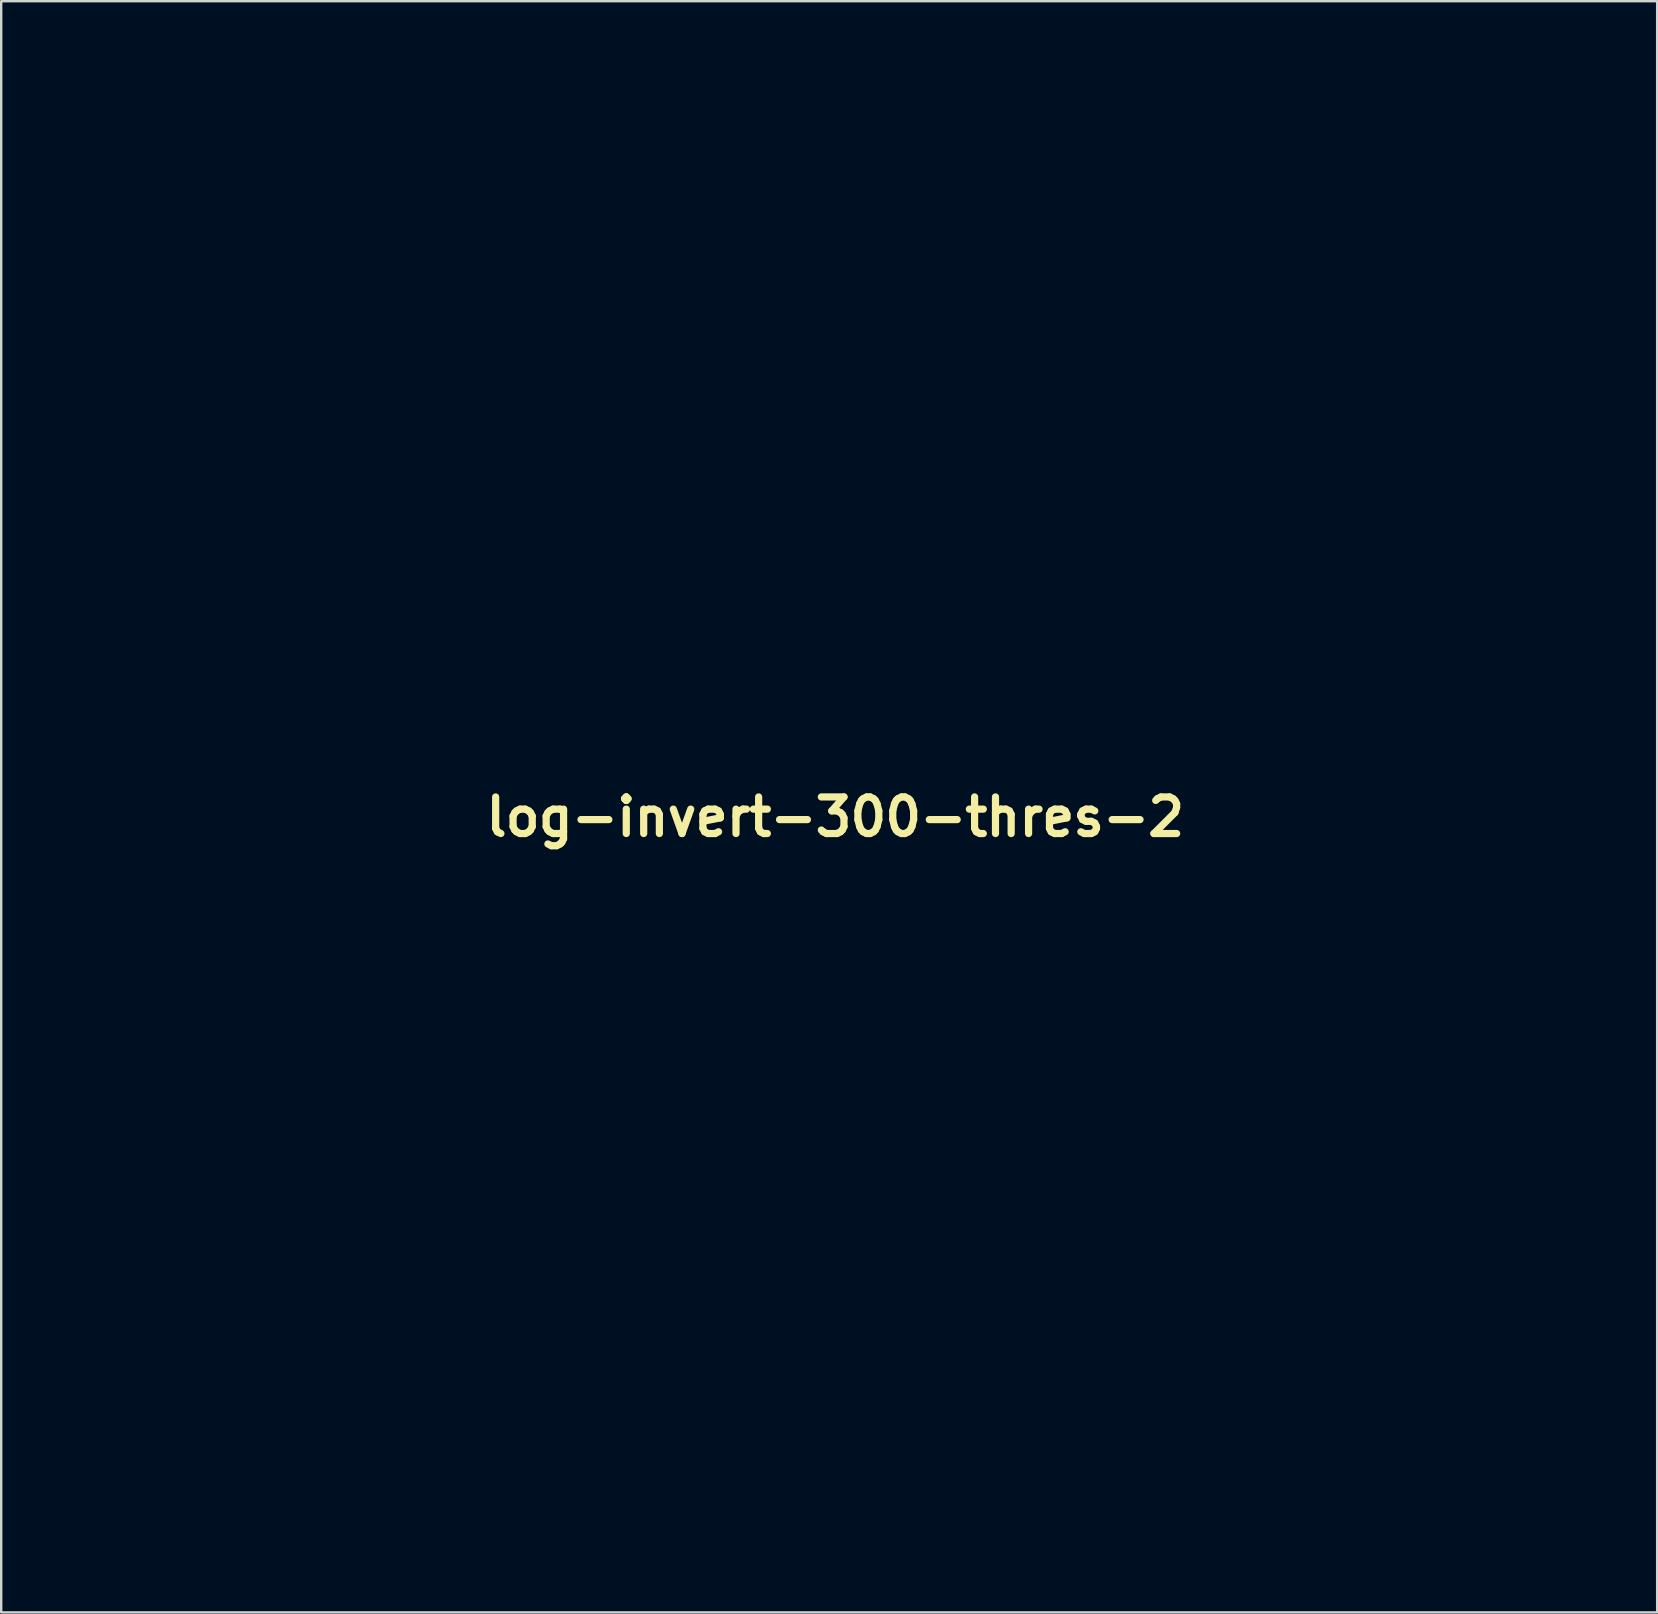
<source format=kicad_pcb>
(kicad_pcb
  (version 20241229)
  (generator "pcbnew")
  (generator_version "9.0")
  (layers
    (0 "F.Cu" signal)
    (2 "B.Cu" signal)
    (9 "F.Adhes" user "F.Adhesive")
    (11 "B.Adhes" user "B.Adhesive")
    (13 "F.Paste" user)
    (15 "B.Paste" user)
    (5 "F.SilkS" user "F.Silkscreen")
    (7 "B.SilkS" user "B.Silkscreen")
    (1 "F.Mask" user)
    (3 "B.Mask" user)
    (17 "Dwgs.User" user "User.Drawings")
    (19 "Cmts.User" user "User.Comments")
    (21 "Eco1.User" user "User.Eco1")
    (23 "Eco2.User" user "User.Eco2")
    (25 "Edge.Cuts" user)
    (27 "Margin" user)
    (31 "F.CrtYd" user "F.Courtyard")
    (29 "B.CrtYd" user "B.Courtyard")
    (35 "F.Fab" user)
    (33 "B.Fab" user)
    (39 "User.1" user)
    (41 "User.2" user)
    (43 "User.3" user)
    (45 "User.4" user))
  (footprint "log-invert-300-thres-2"
    (layer "F.Cu")
    (at 31.755 30.993)
    (property "Reference" "log-invert-300-thres-2" (at 0 0 0) (layer "F.SilkS") (effects (font (size 1.524 1.524) (thickness 0.3))))
    (attr through_hole)
    (fp_poly (pts (xy -20.856 29.27) (xy -20.828 29.379) (xy -20.888 29.521) (xy -20.997 29.549) (xy -21.139 29.489) (xy -21.167 29.379) (xy -21.107 29.238) (xy -20.997 29.21) (xy -20.856 29.27)) (stroke (width 0.01) (type solid)) (fill yes) (layer "F.Mask"))
    (fp_poly (pts (xy -12.915 -19.01) (xy -12.869 -18.881) (xy -12.919 -18.748) (xy -13.081 -18.711) (xy -13.247 -18.751) (xy -13.293 -18.881) (xy -13.243 -19.013) (xy -13.081 -19.05) (xy -12.915 -19.01)) (stroke (width 0.01) (type solid)) (fill yes) (layer "F.Mask"))
    (fp_poly (pts (xy -11.627 -29.15) (xy -11.599 -29.041) (xy -11.659 -28.899) (xy -11.769 -28.871) (xy -11.91 -28.931) (xy -11.938 -29.041) (xy -11.878 -29.182) (xy -11.769 -29.21) (xy -11.627 -29.15)) (stroke (width 0.01) (type solid)) (fill yes) (layer "F.Mask"))
    (fp_poly (pts (xy -11.627 -3.75) (xy -11.599 -3.641) (xy -11.659 -3.499) (xy -11.769 -3.471) (xy -11.91 -3.531) (xy -11.938 -3.641) (xy -11.878 -3.782) (xy -11.769 -3.81) (xy -11.627 -3.75)) (stroke (width 0.01) (type solid)) (fill yes) (layer "F.Mask"))
    (fp_poly (pts (xy -7.648 -18.99) (xy -7.62 -18.881) (xy -7.68 -18.739) (xy -7.789 -18.711) (xy -7.931 -18.771) (xy -7.959 -18.881) (xy -7.899 -19.022) (xy -7.789 -19.05) (xy -7.648 -18.99)) (stroke (width 0.01) (type solid)) (fill yes) (layer "F.Mask"))
    (fp_poly (pts (xy -6.293 -18.99) (xy -6.265 -18.881) (xy -6.325 -18.739) (xy -6.435 -18.711) (xy -6.576 -18.771) (xy -6.604 -18.881) (xy -6.544 -19.022) (xy -6.435 -19.05) (xy -6.293 -18.99)) (stroke (width 0.01) (type solid)) (fill yes) (layer "F.Mask"))
    (fp_poly (pts (xy -4.956 11.47) (xy -4.911 11.599) (xy -4.96 11.732) (xy -5.122 11.769) (xy -5.288 11.729) (xy -5.334 11.599) (xy -5.284 11.467) (xy -5.122 11.43) (xy -4.956 11.47)) (stroke (width 0.01) (type solid)) (fill yes) (layer "F.Mask"))
    (fp_poly (pts (xy -3.668 -18.99) (xy -3.641 -18.881) (xy -3.701 -18.739) (xy -3.81 -18.711) (xy -3.952 -18.771) (xy -3.979 -18.881) (xy -3.919 -19.022) (xy -3.81 -19.05) (xy -3.668 -18.99)) (stroke (width 0.01) (type solid)) (fill yes) (layer "F.Mask"))
    (fp_poly (pts (xy -0.977 -29.17) (xy -0.931 -29.041) (xy -0.981 -28.908) (xy -1.143 -28.871) (xy -1.309 -28.911) (xy -1.355 -29.041) (xy -1.305 -29.173) (xy -1.143 -29.21) (xy -0.977 -29.17)) (stroke (width 0.01) (type solid)) (fill yes) (layer "F.Mask"))
    (fp_poly (pts (xy 1.666 -29.15) (xy 1.693 -29.041) (xy 1.633 -28.899) (xy 1.524 -28.871) (xy 1.382 -28.931) (xy 1.355 -29.041) (xy 1.415 -29.182) (xy 1.524 -29.21) (xy 1.666 -29.15)) (stroke (width 0.01) (type solid)) (fill yes) (layer "F.Mask"))
    (fp_poly (pts (xy 3.002 -6.31) (xy 3.048 -6.181) (xy 2.998 -6.048) (xy 2.836 -6.011) (xy 2.67 -6.051) (xy 2.625 -6.181) (xy 2.674 -6.313) (xy 2.836 -6.35) (xy 3.002 -6.31)) (stroke (width 0.01) (type solid)) (fill yes) (layer "F.Mask"))
    (fp_poly (pts (xy 8.27 19.11) (xy 8.297 19.219) (xy 8.237 19.361) (xy 8.128 19.389) (xy 7.986 19.329) (xy 7.959 19.219) (xy 8.019 19.078) (xy 8.128 19.05) (xy 8.27 19.11)) (stroke (width 0.01) (type solid)) (fill yes) (layer "F.Mask"))
    (fp_poly (pts (xy 9.624 8.95) (xy 9.652 9.059) (xy 9.592 9.201) (xy 9.483 9.229) (xy 9.341 9.169) (xy 9.313 9.059) (xy 9.373 8.918) (xy 9.483 8.89) (xy 9.624 8.95)) (stroke (width 0.01) (type solid)) (fill yes) (layer "F.Mask"))
    (fp_poly (pts (xy 12.249 1.33) (xy 12.277 1.439) (xy 12.217 1.581) (xy 12.107 1.609) (xy 11.966 1.549) (xy 11.938 1.439) (xy 11.998 1.298) (xy 12.107 1.27) (xy 12.249 1.33)) (stroke (width 0.01) (type solid)) (fill yes) (layer "F.Mask"))
    (fp_poly (pts (xy 12.249 26.73) (xy 12.277 26.839) (xy 12.217 26.981) (xy 12.107 27.009) (xy 11.966 26.949) (xy 11.938 26.839) (xy 11.998 26.698) (xy 12.107 26.67) (xy 12.249 26.73)) (stroke (width 0.01) (type solid)) (fill yes) (layer "F.Mask"))
    (fp_poly (pts (xy 17.565 19.09) (xy 17.611 19.219) (xy 17.561 19.352) (xy 17.399 19.389) (xy 17.233 19.349) (xy 17.187 19.219) (xy 17.237 19.087) (xy 17.399 19.05) (xy 17.565 19.09)) (stroke (width 0.01) (type solid)) (fill yes) (layer "F.Mask"))
    (fp_poly (pts (xy -24.931 27.911) (xy -24.894 28.097) (xy -24.892 28.194) (xy -24.913 28.429) (xy -24.982 28.527) (xy -25.019 28.533) (xy -25.107 28.477) (xy -25.144 28.291) (xy -25.146 28.194) (xy -25.125 27.959) (xy -25.056 27.861) (xy -25.019 27.855) (xy -24.931 27.911)) (stroke (width 0.01) (type solid)) (fill yes) (layer "F.Mask"))
    (fp_poly (pts (xy -23.445 28.814) (xy -23.369 28.902) (xy -23.368 28.914) (xy -23.432 29.008) (xy -23.637 29.04) (xy -23.664 29.041) (xy -23.884 29.013) (xy -23.96 28.925) (xy -23.961 28.914) (xy -23.896 28.82) (xy -23.691 28.787) (xy -23.664 28.787) (xy -23.445 28.814)) (stroke (width 0.01) (type solid)) (fill yes) (layer "F.Mask"))
    (fp_poly (pts (xy -22.117 28.808) (xy -22.019 28.877) (xy -22.013 28.914) (xy -22.069 29.002) (xy -22.255 29.038) (xy -22.352 29.041) (xy -22.587 29.02) (xy -22.685 28.95) (xy -22.691 28.914) (xy -22.635 28.825) (xy -22.449 28.789) (xy -22.352 28.787) (xy -22.117 28.808)) (stroke (width 0.01) (type solid)) (fill yes) (layer "F.Mask"))
    (fp_poly (pts (xy -19.466 16.114) (xy -19.389 16.202) (xy -19.389 16.214) (xy -19.453 16.308) (xy -19.658 16.34) (xy -19.685 16.341) (xy -19.904 16.313) (xy -19.981 16.225) (xy -19.981 16.214) (xy -19.917 16.12) (xy -19.712 16.087) (xy -19.685 16.087) (xy -19.466 16.114)) (stroke (width 0.01) (type solid)) (fill yes) (layer "F.Mask"))
    (fp_poly (pts (xy -18.137 16.108) (xy -18.04 16.177) (xy -18.034 16.214) (xy -18.09 16.302) (xy -18.275 16.338) (xy -18.373 16.341) (xy -18.608 16.32) (xy -18.705 16.25) (xy -18.711 16.214) (xy -18.655 16.125) (xy -18.47 16.089) (xy -18.373 16.087) (xy -18.137 16.108)) (stroke (width 0.01) (type solid)) (fill yes) (layer "F.Mask"))
    (fp_poly (pts (xy -16.972 20.291) (xy -16.936 20.477) (xy -16.933 20.574) (xy -16.954 20.809) (xy -17.024 20.907) (xy -17.06 20.913) (xy -17.149 20.857) (xy -17.185 20.671) (xy -17.187 20.574) (xy -17.166 20.339) (xy -17.097 20.241) (xy -17.06 20.235) (xy -16.972 20.291)) (stroke (width 0.01) (type solid)) (fill yes) (layer "F.Mask"))
    (fp_poly (pts (xy -16.841 16.114) (xy -16.765 16.202) (xy -16.764 16.214) (xy -16.828 16.308) (xy -17.033 16.34) (xy -17.06 16.341) (xy -17.28 16.313) (xy -17.356 16.225) (xy -17.357 16.214) (xy -17.292 16.12) (xy -17.087 16.087) (xy -17.06 16.087) (xy -16.841 16.114)) (stroke (width 0.01) (type solid)) (fill yes) (layer "F.Mask"))
    (fp_poly (pts (xy -15.486 16.114) (xy -15.41 16.202) (xy -15.409 16.214) (xy -15.474 16.308) (xy -15.679 16.34) (xy -15.706 16.341) (xy -15.925 16.313) (xy -16.001 16.225) (xy -16.002 16.214) (xy -15.938 16.12) (xy -15.733 16.087) (xy -15.706 16.087) (xy -15.486 16.114)) (stroke (width 0.01) (type solid)) (fill yes) (layer "F.Mask"))
    (fp_poly (pts (xy -15.486 21.194) (xy -15.41 21.282) (xy -15.409 21.294) (xy -15.474 21.388) (xy -15.679 21.42) (xy -15.706 21.421) (xy -15.925 21.393) (xy -16.001 21.305) (xy -16.002 21.294) (xy -15.938 21.2) (xy -15.733 21.167) (xy -15.706 21.167) (xy -15.486 21.194)) (stroke (width 0.01) (type solid)) (fill yes) (layer "F.Mask"))
    (fp_poly (pts (xy -14.26 -26.605) (xy -14.223 -26.435) (xy -14.289 -26.201) (xy -14.312 -26.156) (xy -14.433 -26.019) (xy -14.554 -25.992) (xy -14.624 -26.072) (xy -14.616 -26.183) (xy -14.574 -26.403) (xy -14.564 -26.522) (xy -14.494 -26.647) (xy -14.393 -26.67) (xy -14.26 -26.605)) (stroke (width 0.01) (type solid)) (fill yes) (layer "F.Mask"))
    (fp_poly (pts (xy -14.158 16.108) (xy -14.061 16.177) (xy -14.055 16.214) (xy -14.111 16.302) (xy -14.296 16.338) (xy -14.393 16.341) (xy -14.629 16.32) (xy -14.726 16.25) (xy -14.732 16.214) (xy -14.676 16.125) (xy -14.491 16.089) (xy -14.393 16.087) (xy -14.158 16.108)) (stroke (width 0.01) (type solid)) (fill yes) (layer "F.Mask"))
    (fp_poly (pts (xy -12.993 15.211) (xy -12.956 15.397) (xy -12.954 15.494) (xy -12.975 15.729) (xy -13.044 15.827) (xy -13.081 15.833) (xy -13.169 15.777) (xy -13.206 15.591) (xy -13.208 15.494) (xy -13.187 15.259) (xy -13.118 15.161) (xy -13.081 15.155) (xy -12.993 15.211)) (stroke (width 0.01) (type solid)) (fill yes) (layer "F.Mask"))
    (fp_poly (pts (xy -11.638 22.831) (xy -11.602 23.017) (xy -11.599 23.114) (xy -11.62 23.349) (xy -11.69 23.447) (xy -11.726 23.453) (xy -11.815 23.397) (xy -11.851 23.211) (xy -11.853 23.114) (xy -11.832 22.879) (xy -11.763 22.781) (xy -11.726 22.775) (xy -11.638 22.831)) (stroke (width 0.01) (type solid)) (fill yes) (layer "F.Mask"))
    (fp_poly (pts (xy -11.507 -19.446) (xy -11.431 -19.358) (xy -11.43 -19.346) (xy -11.494 -19.252) (xy -11.699 -19.22) (xy -11.726 -19.219) (xy -11.946 -19.247) (xy -12.022 -19.335) (xy -12.023 -19.346) (xy -11.958 -19.44) (xy -11.753 -19.473) (xy -11.726 -19.473) (xy -11.507 -19.446)) (stroke (width 0.01) (type solid)) (fill yes) (layer "F.Mask"))
    (fp_poly (pts (xy -10.179 -19.452) (xy -10.081 -19.383) (xy -10.075 -19.346) (xy -10.131 -19.258) (xy -10.317 -19.222) (xy -10.414 -19.219) (xy -10.649 -19.24) (xy -10.747 -19.31) (xy -10.753 -19.346) (xy -10.697 -19.435) (xy -10.511 -19.471) (xy -10.414 -19.473) (xy -10.179 -19.452)) (stroke (width 0.01) (type solid)) (fill yes) (layer "F.Mask"))
    (fp_poly (pts (xy -10.179 13.568) (xy -10.081 13.637) (xy -10.075 13.674) (xy -10.131 13.762) (xy -10.317 13.798) (xy -10.414 13.801) (xy -10.649 13.78) (xy -10.747 13.71) (xy -10.753 13.674) (xy -10.697 13.585) (xy -10.511 13.549) (xy -10.414 13.547) (xy -10.179 13.568)) (stroke (width 0.01) (type solid)) (fill yes) (layer "F.Mask"))
    (fp_poly (pts (xy -10.179 23.728) (xy -10.081 23.797) (xy -10.075 23.834) (xy -10.131 23.922) (xy -10.317 23.958) (xy -10.414 23.961) (xy -10.649 23.94) (xy -10.747 23.87) (xy -10.753 23.834) (xy -10.697 23.745) (xy -10.511 23.709) (xy -10.414 23.707) (xy -10.179 23.728)) (stroke (width 0.01) (type solid)) (fill yes) (layer "F.Mask"))
    (fp_poly (pts (xy -9.013 -30.509) (xy -8.977 -30.323) (xy -8.975 -30.226) (xy -8.996 -29.991) (xy -9.065 -29.893) (xy -9.102 -29.887) (xy -9.19 -29.943) (xy -9.226 -30.129) (xy -9.229 -30.226) (xy -9.208 -30.461) (xy -9.138 -30.559) (xy -9.102 -30.565) (xy -9.013 -30.509)) (stroke (width 0.01) (type solid)) (fill yes) (layer "F.Mask"))
    (fp_poly (pts (xy -8.882 -19.446) (xy -8.806 -19.358) (xy -8.805 -19.346) (xy -8.87 -19.252) (xy -9.075 -19.22) (xy -9.102 -19.219) (xy -9.321 -19.247) (xy -9.397 -19.335) (xy -9.398 -19.346) (xy -9.334 -19.44) (xy -9.129 -19.473) (xy -9.102 -19.473) (xy -8.882 -19.446)) (stroke (width 0.01) (type solid)) (fill yes) (layer "F.Mask"))
    (fp_poly (pts (xy -8.882 13.574) (xy -8.806 13.662) (xy -8.805 13.674) (xy -8.87 13.768) (xy -9.075 13.8) (xy -9.102 13.801) (xy -9.321 13.773) (xy -9.397 13.685) (xy -9.398 13.674) (xy -9.334 13.58) (xy -9.129 13.547) (xy -9.102 13.547) (xy -8.882 13.574)) (stroke (width 0.01) (type solid)) (fill yes) (layer "F.Mask"))
    (fp_poly (pts (xy -7.528 -1.666) (xy -7.451 -1.578) (xy -7.451 -1.566) (xy -7.515 -1.472) (xy -7.72 -1.44) (xy -7.747 -1.439) (xy -7.966 -1.467) (xy -8.043 -1.555) (xy -8.043 -1.566) (xy -7.979 -1.66) (xy -7.774 -1.693) (xy -7.747 -1.693) (xy -7.528 -1.666)) (stroke (width 0.01) (type solid)) (fill yes) (layer "F.Mask"))
    (fp_poly (pts (xy -7.528 13.574) (xy -7.451 13.662) (xy -7.451 13.674) (xy -7.515 13.768) (xy -7.72 13.8) (xy -7.747 13.801) (xy -7.966 13.773) (xy -8.043 13.685) (xy -8.043 13.674) (xy -7.979 13.58) (xy -7.774 13.547) (xy -7.747 13.547) (xy -7.528 13.574)) (stroke (width 0.01) (type solid)) (fill yes) (layer "F.Mask"))
    (fp_poly (pts (xy -6.389 12.671) (xy -6.352 12.857) (xy -6.35 12.954) (xy -6.371 13.189) (xy -6.44 13.287) (xy -6.477 13.293) (xy -6.565 13.237) (xy -6.602 13.051) (xy -6.604 12.954) (xy -6.583 12.719) (xy -6.514 12.621) (xy -6.477 12.615) (xy -6.389 12.671)) (stroke (width 0.01) (type solid)) (fill yes) (layer "F.Mask"))
    (fp_poly (pts (xy -6.199 -1.672) (xy -6.102 -1.603) (xy -6.096 -1.566) (xy -6.152 -1.478) (xy -6.337 -1.442) (xy -6.435 -1.439) (xy -6.67 -1.46) (xy -6.767 -1.53) (xy -6.773 -1.566) (xy -6.717 -1.655) (xy -6.532 -1.691) (xy -6.435 -1.693) (xy -6.199 -1.672)) (stroke (width 0.01) (type solid)) (fill yes) (layer "F.Mask"))
    (fp_poly (pts (xy -4.903 -4.206) (xy -4.827 -4.118) (xy -4.826 -4.106) (xy -4.89 -4.012) (xy -5.095 -3.98) (xy -5.122 -3.979) (xy -5.342 -4.007) (xy -5.418 -4.095) (xy -5.419 -4.106) (xy -5.354 -4.2) (xy -5.149 -4.233) (xy -5.122 -4.233) (xy -4.903 -4.206)) (stroke (width 0.01) (type solid)) (fill yes) (layer "F.Mask"))
    (fp_poly (pts (xy -4.903 -1.666) (xy -4.827 -1.578) (xy -4.826 -1.566) (xy -4.89 -1.472) (xy -5.095 -1.44) (xy -5.122 -1.439) (xy -5.342 -1.467) (xy -5.418 -1.555) (xy -5.419 -1.566) (xy -5.354 -1.66) (xy -5.149 -1.693) (xy -5.122 -1.693) (xy -4.903 -1.666)) (stroke (width 0.01) (type solid)) (fill yes) (layer "F.Mask"))
    (fp_poly (pts (xy -3.575 -4.212) (xy -3.477 -4.143) (xy -3.471 -4.106) (xy -3.527 -4.018) (xy -3.713 -3.982) (xy -3.81 -3.979) (xy -4.045 -4) (xy -4.143 -4.07) (xy -4.149 -4.106) (xy -4.093 -4.195) (xy -3.907 -4.231) (xy -3.81 -4.233) (xy -3.575 -4.212)) (stroke (width 0.01) (type solid)) (fill yes) (layer "F.Mask"))
    (fp_poly (pts (xy -3.575 11.028) (xy -3.477 11.097) (xy -3.471 11.134) (xy -3.527 11.222) (xy -3.713 11.258) (xy -3.81 11.261) (xy -4.045 11.24) (xy -4.143 11.17) (xy -4.149 11.134) (xy -4.093 11.045) (xy -3.907 11.009) (xy -3.81 11.007) (xy -3.575 11.028)) (stroke (width 0.01) (type solid)) (fill yes) (layer "F.Mask"))
    (fp_poly (pts (xy -2.22 -19.452) (xy -2.123 -19.383) (xy -2.117 -19.346) (xy -2.173 -19.258) (xy -2.358 -19.222) (xy -2.455 -19.219) (xy -2.691 -19.24) (xy -2.788 -19.31) (xy -2.794 -19.346) (xy -2.738 -19.435) (xy -2.553 -19.471) (xy -2.455 -19.473) (xy -2.22 -19.452)) (stroke (width 0.01) (type solid)) (fill yes) (layer "F.Mask"))
    (fp_poly (pts (xy -2.22 -4.212) (xy -2.123 -4.143) (xy -2.117 -4.106) (xy -2.173 -4.018) (xy -2.358 -3.982) (xy -2.455 -3.979) (xy -2.691 -4) (xy -2.788 -4.07) (xy -2.794 -4.106) (xy -2.738 -4.195) (xy -2.553 -4.231) (xy -2.455 -4.233) (xy -2.22 -4.212)) (stroke (width 0.01) (type solid)) (fill yes) (layer "F.Mask"))
    (fp_poly (pts (xy -2.22 11.028) (xy -2.123 11.097) (xy -2.117 11.134) (xy -2.173 11.222) (xy -2.358 11.258) (xy -2.455 11.261) (xy -2.691 11.24) (xy -2.788 11.17) (xy -2.794 11.134) (xy -2.738 11.045) (xy -2.553 11.009) (xy -2.455 11.007) (xy -2.22 11.028)) (stroke (width 0.01) (type solid)) (fill yes) (layer "F.Mask"))
    (fp_poly (pts (xy -2.22 23.728) (xy -2.123 23.797) (xy -2.117 23.834) (xy -2.173 23.922) (xy -2.358 23.958) (xy -2.455 23.961) (xy -2.691 23.94) (xy -2.788 23.87) (xy -2.794 23.834) (xy -2.738 23.745) (xy -2.553 23.709) (xy -2.455 23.707) (xy -2.22 23.728)) (stroke (width 0.01) (type solid)) (fill yes) (layer "F.Mask"))
    (fp_poly (pts (xy -0.924 -19.446) (xy -0.847 -19.358) (xy -0.847 -19.346) (xy -0.911 -19.252) (xy -1.116 -19.22) (xy -1.143 -19.219) (xy -1.362 -19.247) (xy -1.439 -19.335) (xy -1.439 -19.346) (xy -1.375 -19.44) (xy -1.17 -19.473) (xy -1.143 -19.473) (xy -0.924 -19.446)) (stroke (width 0.01) (type solid)) (fill yes) (layer "F.Mask"))
    (fp_poly (pts (xy -0.924 11.034) (xy -0.847 11.122) (xy -0.847 11.134) (xy -0.911 11.228) (xy -1.116 11.26) (xy -1.143 11.261) (xy -1.362 11.233) (xy -1.439 11.145) (xy -1.439 11.134) (xy -1.375 11.04) (xy -1.17 11.007) (xy -1.143 11.007) (xy -0.924 11.034)) (stroke (width 0.01) (type solid)) (fill yes) (layer "F.Mask"))
    (fp_poly (pts (xy -0.924 23.734) (xy -0.847 23.822) (xy -0.847 23.834) (xy -0.911 23.928) (xy -1.116 23.96) (xy -1.143 23.961) (xy -1.362 23.933) (xy -1.439 23.845) (xy -1.439 23.834) (xy -1.375 23.74) (xy -1.17 23.707) (xy -1.143 23.707) (xy -0.924 23.734)) (stroke (width 0.01) (type solid)) (fill yes) (layer "F.Mask"))
    (fp_poly (pts (xy 0.405 -19.452) (xy 0.502 -19.383) (xy 0.508 -19.346) (xy 0.452 -19.258) (xy 0.267 -19.222) (xy 0.169 -19.219) (xy -0.066 -19.24) (xy -0.163 -19.31) (xy -0.169 -19.346) (xy -0.113 -19.435) (xy 0.072 -19.471) (xy 0.169 -19.473) (xy 0.405 -19.452)) (stroke (width 0.01) (type solid)) (fill yes) (layer "F.Mask"))
    (fp_poly (pts (xy 0.405 23.728) (xy 0.502 23.797) (xy 0.508 23.834) (xy 0.452 23.922) (xy 0.267 23.958) (xy 0.169 23.961) (xy -0.066 23.94) (xy -0.163 23.87) (xy -0.169 23.834) (xy -0.113 23.745) (xy 0.072 23.709) (xy 0.169 23.707) (xy 0.405 23.728)) (stroke (width 0.01) (type solid)) (fill yes) (layer "F.Mask"))
    (fp_poly (pts (xy 1.759 -19.452) (xy 1.857 -19.383) (xy 1.863 -19.346) (xy 1.807 -19.258) (xy 1.621 -19.222) (xy 1.524 -19.219) (xy 1.289 -19.24) (xy 1.191 -19.31) (xy 1.185 -19.346) (xy 1.241 -19.435) (xy 1.427 -19.471) (xy 1.524 -19.473) (xy 1.759 -19.452)) (stroke (width 0.01) (type solid)) (fill yes) (layer "F.Mask"))
    (fp_poly (pts (xy 1.759 23.728) (xy 1.857 23.797) (xy 1.863 23.834) (xy 1.807 23.922) (xy 1.621 23.958) (xy 1.524 23.961) (xy 1.289 23.94) (xy 1.191 23.87) (xy 1.185 23.834) (xy 1.241 23.745) (xy 1.427 23.709) (xy 1.524 23.707) (xy 1.759 23.728)) (stroke (width 0.01) (type solid)) (fill yes) (layer "F.Mask"))
    (fp_poly (pts (xy 3.056 23.734) (xy 3.132 23.822) (xy 3.133 23.834) (xy 3.068 23.928) (xy 2.863 23.96) (xy 2.836 23.961) (xy 2.617 23.933) (xy 2.541 23.845) (xy 2.54 23.834) (xy 2.604 23.74) (xy 2.809 23.707) (xy 2.836 23.707) (xy 3.056 23.734)) (stroke (width 0.01) (type solid)) (fill yes) (layer "F.Mask"))
    (fp_poly (pts (xy 5.549 17.751) (xy 5.586 17.937) (xy 5.588 18.034) (xy 5.567 18.269) (xy 5.498 18.367) (xy 5.461 18.373) (xy 5.373 18.317) (xy 5.336 18.131) (xy 5.334 18.034) (xy 5.355 17.799) (xy 5.424 17.701) (xy 5.461 17.695) (xy 5.549 17.751)) (stroke (width 0.01) (type solid)) (fill yes) (layer "F.Mask"))
    (fp_poly (pts (xy 7.035 18.654) (xy 7.111 18.742) (xy 7.112 18.754) (xy 7.048 18.848) (xy 6.843 18.88) (xy 6.816 18.881) (xy 6.596 18.853) (xy 6.52 18.765) (xy 6.519 18.754) (xy 6.584 18.66) (xy 6.789 18.627) (xy 6.816 18.627) (xy 7.035 18.654)) (stroke (width 0.01) (type solid)) (fill yes) (layer "F.Mask"))
    (fp_poly (pts (xy 9.529 -0.029) (xy 9.565 0.157) (xy 9.567 0.254) (xy 9.546 0.489) (xy 9.477 0.587) (xy 9.44 0.593) (xy 9.352 0.537) (xy 9.316 0.351) (xy 9.313 0.254) (xy 9.334 0.019) (xy 9.404 -0.079) (xy 9.44 -0.085) (xy 9.529 -0.029)) (stroke (width 0.01) (type solid)) (fill yes) (layer "F.Mask"))
    (fp_poly (pts (xy 9.718 26.268) (xy 9.815 26.337) (xy 9.821 26.374) (xy 9.765 26.462) (xy 9.58 26.498) (xy 9.483 26.501) (xy 9.247 26.48) (xy 9.15 26.41) (xy 9.144 26.374) (xy 9.2 26.285) (xy 9.385 26.249) (xy 9.483 26.247) (xy 9.718 26.268)) (stroke (width 0.01) (type solid)) (fill yes) (layer "F.Mask"))
    (fp_poly (pts (xy 11.014 8.494) (xy 11.091 8.582) (xy 11.091 8.594) (xy 11.027 8.688) (xy 10.822 8.72) (xy 10.795 8.721) (xy 10.576 8.693) (xy 10.499 8.605) (xy 10.499 8.594) (xy 10.563 8.5) (xy 10.768 8.467) (xy 10.795 8.467) (xy 11.014 8.494)) (stroke (width 0.01) (type solid)) (fill yes) (layer "F.Mask"))
    (fp_poly (pts (xy 11.014 26.274) (xy 11.091 26.362) (xy 11.091 26.374) (xy 11.027 26.468) (xy 10.822 26.5) (xy 10.795 26.501) (xy 10.576 26.473) (xy 10.499 26.385) (xy 10.499 26.374) (xy 10.563 26.28) (xy 10.768 26.247) (xy 10.795 26.247) (xy 11.014 26.274)) (stroke (width 0.01) (type solid)) (fill yes) (layer "F.Mask"))
    (fp_poly (pts (xy 12.343 8.488) (xy 12.44 8.557) (xy 12.446 8.594) (xy 12.39 8.682) (xy 12.205 8.718) (xy 12.107 8.721) (xy 11.872 8.7) (xy 11.775 8.63) (xy 11.769 8.594) (xy 11.825 8.505) (xy 12.01 8.469) (xy 12.107 8.467) (xy 12.343 8.488)) (stroke (width 0.01) (type solid)) (fill yes) (layer "F.Mask"))
    (fp_poly (pts (xy 13.639 8.494) (xy 13.715 8.582) (xy 13.716 8.594) (xy 13.652 8.688) (xy 13.447 8.72) (xy 13.42 8.721) (xy 13.2 8.693) (xy 13.124 8.605) (xy 13.123 8.594) (xy 13.188 8.5) (xy 13.393 8.467) (xy 13.42 8.467) (xy 13.639 8.494)) (stroke (width 0.01) (type solid)) (fill yes) (layer "F.Mask"))
    (fp_poly (pts (xy 14.994 8.494) (xy 15.07 8.582) (xy 15.071 8.594) (xy 15.006 8.688) (xy 14.801 8.72) (xy 14.774 8.721) (xy 14.555 8.693) (xy 14.479 8.605) (xy 14.478 8.594) (xy 14.542 8.5) (xy 14.747 8.467) (xy 14.774 8.467) (xy 14.994 8.494)) (stroke (width 0.01) (type solid)) (fill yes) (layer "F.Mask"))
    (fp_poly (pts (xy 18.973 18.654) (xy 19.049 18.742) (xy 19.05 18.754) (xy 18.986 18.848) (xy 18.781 18.88) (xy 18.754 18.881) (xy 18.534 18.853) (xy 18.458 18.765) (xy 18.457 18.754) (xy 18.522 18.66) (xy 18.727 18.627) (xy 18.754 18.627) (xy 18.973 18.654)) (stroke (width 0.01) (type solid)) (fill yes) (layer "F.Mask"))
    (fp_poly (pts (xy 20.301 18.648) (xy 20.399 18.717) (xy 20.405 18.754) (xy 20.349 18.842) (xy 20.163 18.878) (xy 20.066 18.881) (xy 19.831 18.86) (xy 19.733 18.79) (xy 19.727 18.754) (xy 19.783 18.665) (xy 19.969 18.629) (xy 20.066 18.627) (xy 20.301 18.648)) (stroke (width 0.01) (type solid)) (fill yes) (layer "F.Mask"))
    (fp_poly (pts (xy 0.28 10.104) (xy 0.329 10.219) (xy 0.339 10.414) (xy 0.305 10.654) (xy 0.214 10.762) (xy 0.083 10.72) (xy 0.056 10.696) (xy 0.018 10.58) (xy 0.000098 10.374) (xy 0 10.358) (xy 0.021 10.159) (xy 0.102 10.082) (xy 0.169 10.075) (xy 0.28 10.104)) (stroke (width 0.01) (type solid)) (fill yes) (layer "F.Mask"))
    (fp_poly (pts (xy 8.239 25.344) (xy 8.288 25.459) (xy 8.297 25.654) (xy 8.264 25.894) (xy 8.173 26.002) (xy 8.041 25.96) (xy 8.015 25.936) (xy 7.976 25.82) (xy 7.959 25.614) (xy 7.959 25.598) (xy 7.98 25.399) (xy 8.061 25.322) (xy 8.128 25.315) (xy 8.239 25.344)) (stroke (width 0.01) (type solid)) (fill yes) (layer "F.Mask"))
    (fp_poly (pts (xy 16.197 7.564) (xy 16.246 7.679) (xy 16.256 7.874) (xy 16.222 8.114) (xy 16.132 8.222) (xy 16 8.18) (xy 15.974 8.156) (xy 15.935 8.04) (xy 15.917 7.834) (xy 15.917 7.818) (xy 15.938 7.619) (xy 16.02 7.542) (xy 16.087 7.535) (xy 16.197 7.564)) (stroke (width 0.01) (type solid)) (fill yes) (layer "F.Mask"))
    (fp_poly (pts (xy -23.287 2.041) (xy -23.058 2.067) (xy -22.984 2.11) (xy -22.987 2.117) (xy -23.091 2.156) (xy -23.319 2.186) (xy -23.628 2.201) (xy -23.712 2.201) (xy -24.045 2.191) (xy -24.28 2.164) (xy -24.382 2.124) (xy -24.384 2.117) (xy -24.304 2.076) (xy -24.085 2.046) (xy -23.756 2.033) (xy -23.659 2.032) (xy -23.287 2.041)) (stroke (width 0.01) (type solid)) (fill yes) (layer "F.Mask"))
    (fp_poly (pts (xy -18.037 19.822) (xy -17.802 19.849) (xy -17.698 19.889) (xy -17.695 19.897) (xy -17.775 19.939) (xy -17.991 19.968) (xy -18.312 19.981) (xy -18.373 19.981) (xy -18.708 19.971) (xy -18.944 19.944) (xy -19.048 19.904) (xy -19.05 19.897) (xy -18.971 19.855) (xy -18.755 19.825) (xy -18.433 19.812) (xy -18.373 19.812) (xy -18.037 19.822)) (stroke (width 0.01) (type solid)) (fill yes) (layer "F.Mask"))
    (fp_poly (pts (xy -15.328 -25.899) (xy -15.099 -25.873) (xy -15.026 -25.83) (xy -15.028 -25.823) (xy -15.132 -25.784) (xy -15.361 -25.754) (xy -15.67 -25.739) (xy -15.753 -25.739) (xy -16.087 -25.749) (xy -16.321 -25.776) (xy -16.423 -25.816) (xy -16.425 -25.823) (xy -16.346 -25.864) (xy -16.127 -25.894) (xy -15.797 -25.907) (xy -15.701 -25.908) (xy -15.328 -25.899)) (stroke (width 0.01) (type solid)) (fill yes) (layer "F.Mask"))
    (fp_poly (pts (xy -15.328 -5.579) (xy -15.099 -5.553) (xy -15.026 -5.51) (xy -15.028 -5.503) (xy -15.132 -5.464) (xy -15.361 -5.434) (xy -15.67 -5.419) (xy -15.753 -5.419) (xy -16.087 -5.429) (xy -16.321 -5.456) (xy -16.423 -5.496) (xy -16.425 -5.503) (xy -16.346 -5.544) (xy -16.127 -5.574) (xy -15.797 -5.587) (xy -15.701 -5.588) (xy -15.328 -5.579)) (stroke (width 0.01) (type solid)) (fill yes) (layer "F.Mask"))
    (fp_poly (pts (xy -14.071 -17.265) (xy -13.887 -17.238) (xy -13.809 -17.185) (xy -13.801 -17.145) (xy -13.836 -17.076) (xy -13.961 -17.037) (xy -14.208 -17.02) (xy -14.393 -17.018) (xy -14.715 -17.025) (xy -14.9 -17.052) (xy -14.977 -17.105) (xy -14.986 -17.145) (xy -14.951 -17.214) (xy -14.826 -17.253) (xy -14.579 -17.27) (xy -14.393 -17.272) (xy -14.071 -17.265)) (stroke (width 0.01) (type solid)) (fill yes) (layer "F.Mask"))
    (fp_poly (pts (xy -14.071 -16.841) (xy -13.887 -16.814) (xy -13.809 -16.761) (xy -13.801 -16.722) (xy -13.836 -16.653) (xy -13.961 -16.613) (xy -14.208 -16.597) (xy -14.393 -16.595) (xy -14.715 -16.602) (xy -14.9 -16.629) (xy -14.977 -16.682) (xy -14.986 -16.722) (xy -14.951 -16.791) (xy -14.826 -16.83) (xy -14.579 -16.847) (xy -14.393 -16.849) (xy -14.071 -16.841)) (stroke (width 0.01) (type solid)) (fill yes) (layer "F.Mask"))
    (fp_poly (pts (xy -12.731 -28.439) (xy -12.482 -28.413) (xy -12.366 -28.374) (xy -12.361 -28.363) (xy -12.441 -28.322) (xy -12.66 -28.293) (xy -12.988 -28.279) (xy -13.081 -28.279) (xy -13.431 -28.288) (xy -13.68 -28.314) (xy -13.796 -28.352) (xy -13.801 -28.363) (xy -13.721 -28.405) (xy -13.502 -28.434) (xy -13.174 -28.447) (xy -13.081 -28.448) (xy -12.731 -28.439)) (stroke (width 0.01) (type solid)) (fill yes) (layer "F.Mask"))
    (fp_poly (pts (xy -12.731 19.821) (xy -12.482 19.847) (xy -12.366 19.886) (xy -12.361 19.897) (xy -12.441 19.938) (xy -12.66 19.967) (xy -12.988 19.981) (xy -13.081 19.981) (xy -13.431 19.972) (xy -13.68 19.946) (xy -13.796 19.908) (xy -13.801 19.897) (xy -13.721 19.855) (xy -13.502 19.826) (xy -13.174 19.813) (xy -13.081 19.812) (xy -12.731 19.821)) (stroke (width 0.01) (type solid)) (fill yes) (layer "F.Mask"))
    (fp_poly (pts (xy -12.731 22.361) (xy -12.482 22.387) (xy -12.366 22.426) (xy -12.361 22.437) (xy -12.441 22.478) (xy -12.66 22.507) (xy -12.988 22.521) (xy -13.081 22.521) (xy -13.431 22.512) (xy -13.68 22.486) (xy -13.796 22.448) (xy -13.801 22.437) (xy -13.721 22.395) (xy -13.502 22.366) (xy -13.174 22.353) (xy -13.081 22.352) (xy -12.731 22.361)) (stroke (width 0.01) (type solid)) (fill yes) (layer "F.Mask"))
    (fp_poly (pts (xy -11.406 -22.049) (xy -11.189 -22.031) (xy -11.093 -22.006) (xy -11.091 -22.003) (xy -11.171 -21.881) (xy -11.401 -21.807) (xy -11.769 -21.785) (xy -11.836 -21.786) (xy -12.133 -21.803) (xy -12.292 -21.838) (xy -12.342 -21.9) (xy -12.341 -21.929) (xy -12.288 -21.998) (xy -12.144 -22.038) (xy -11.876 -22.054) (xy -11.704 -22.056) (xy -11.406 -22.049)) (stroke (width 0.01) (type solid)) (fill yes) (layer "F.Mask"))
    (fp_poly (pts (xy -10.079 -29.669) (xy -9.908 -29.643) (xy -9.843 -29.592) (xy -9.842 -29.549) (xy -9.897 -29.477) (xy -10.049 -29.438) (xy -10.328 -29.422) (xy -10.439 -29.422) (xy -10.749 -29.429) (xy -10.921 -29.454) (xy -10.985 -29.505) (xy -10.986 -29.549) (xy -10.931 -29.62) (xy -10.779 -29.66) (xy -10.5 -29.675) (xy -10.389 -29.676) (xy -10.079 -29.669)) (stroke (width 0.01) (type solid)) (fill yes) (layer "F.Mask"))
    (fp_poly (pts (xy -10.079 -22.049) (xy -9.908 -22.023) (xy -9.843 -21.972) (xy -9.842 -21.929) (xy -9.897 -21.857) (xy -10.049 -21.818) (xy -10.328 -21.802) (xy -10.439 -21.802) (xy -10.749 -21.809) (xy -10.921 -21.834) (xy -10.985 -21.885) (xy -10.986 -21.929) (xy -10.931 -22) (xy -10.779 -22.04) (xy -10.5 -22.055) (xy -10.389 -22.056) (xy -10.079 -22.049)) (stroke (width 0.01) (type solid)) (fill yes) (layer "F.Mask"))
    (fp_poly (pts (xy -8.754 -16.97) (xy -8.569 -16.947) (xy -8.492 -16.901) (xy -8.487 -16.849) (xy -8.54 -16.78) (xy -8.684 -16.74) (xy -8.952 -16.723) (xy -9.126 -16.722) (xy -9.45 -16.728) (xy -9.635 -16.751) (xy -9.711 -16.797) (xy -9.716 -16.849) (xy -9.664 -16.918) (xy -9.519 -16.957) (xy -9.252 -16.974) (xy -9.077 -16.976) (xy -8.754 -16.97)) (stroke (width 0.01) (type solid)) (fill yes) (layer "F.Mask"))
    (fp_poly (pts (xy -7.427 -22.049) (xy -7.209 -22.031) (xy -7.113 -22.006) (xy -7.112 -22.003) (xy -7.191 -21.881) (xy -7.422 -21.807) (xy -7.789 -21.785) (xy -7.857 -21.786) (xy -8.154 -21.803) (xy -8.312 -21.838) (xy -8.363 -21.9) (xy -8.361 -21.929) (xy -8.309 -21.998) (xy -8.164 -22.038) (xy -7.896 -22.054) (xy -7.724 -22.056) (xy -7.427 -22.049)) (stroke (width 0.01) (type solid)) (fill yes) (layer "F.Mask"))
    (fp_poly (pts (xy -6.099 2.042) (xy -5.864 2.069) (xy -5.76 2.109) (xy -5.757 2.117) (xy -5.837 2.159) (xy -6.053 2.188) (xy -6.374 2.201) (xy -6.435 2.201) (xy -6.77 2.191) (xy -7.006 2.164) (xy -7.11 2.124) (xy -7.112 2.117) (xy -7.033 2.075) (xy -6.817 2.045) (xy -6.495 2.032) (xy -6.435 2.032) (xy -6.099 2.042)) (stroke (width 0.01) (type solid)) (fill yes) (layer "F.Mask"))
    (fp_poly (pts (xy -4.772 -23.359) (xy -4.524 -23.333) (xy -4.408 -23.294) (xy -4.403 -23.283) (xy -4.482 -23.242) (xy -4.701 -23.213) (xy -5.03 -23.199) (xy -5.122 -23.199) (xy -5.473 -23.208) (xy -5.721 -23.234) (xy -5.837 -23.272) (xy -5.842 -23.283) (xy -5.762 -23.325) (xy -5.544 -23.354) (xy -5.215 -23.367) (xy -5.122 -23.368) (xy -4.772 -23.359)) (stroke (width 0.01) (type solid)) (fill yes) (layer "F.Mask"))
    (fp_poly (pts (xy -4.772 -18.279) (xy -4.524 -18.253) (xy -4.408 -18.214) (xy -4.403 -18.203) (xy -4.482 -18.162) (xy -4.701 -18.133) (xy -5.03 -18.119) (xy -5.122 -18.119) (xy -5.473 -18.128) (xy -5.721 -18.154) (xy -5.837 -18.192) (xy -5.842 -18.203) (xy -5.762 -18.245) (xy -5.544 -18.274) (xy -5.215 -18.287) (xy -5.122 -18.288) (xy -4.772 -18.279)) (stroke (width 0.01) (type solid)) (fill yes) (layer "F.Mask"))
    (fp_poly (pts (xy -4.772 -10.659) (xy -4.524 -10.633) (xy -4.408 -10.594) (xy -4.403 -10.583) (xy -4.482 -10.542) (xy -4.701 -10.513) (xy -5.03 -10.499) (xy -5.122 -10.499) (xy -5.473 -10.508) (xy -5.721 -10.534) (xy -5.837 -10.572) (xy -5.842 -10.583) (xy -5.762 -10.625) (xy -5.544 -10.654) (xy -5.215 -10.667) (xy -5.122 -10.668) (xy -4.772 -10.659)) (stroke (width 0.01) (type solid)) (fill yes) (layer "F.Mask"))
    (fp_poly (pts (xy -4.772 17.281) (xy -4.524 17.307) (xy -4.408 17.346) (xy -4.403 17.357) (xy -4.482 17.398) (xy -4.701 17.427) (xy -5.03 17.441) (xy -5.122 17.441) (xy -5.473 17.432) (xy -5.721 17.406) (xy -5.837 17.368) (xy -5.842 17.357) (xy -5.762 17.315) (xy -5.544 17.286) (xy -5.215 17.273) (xy -5.122 17.272) (xy -4.772 17.281)) (stroke (width 0.01) (type solid)) (fill yes) (layer "F.Mask"))
    (fp_poly (pts (xy -2.121 -22.049) (xy -1.949 -22.023) (xy -1.884 -21.972) (xy -1.883 -21.929) (xy -1.938 -21.857) (xy -2.09 -21.818) (xy -2.37 -21.802) (xy -2.48 -21.802) (xy -2.79 -21.809) (xy -2.962 -21.834) (xy -3.027 -21.885) (xy -3.028 -21.929) (xy -2.972 -22) (xy -2.821 -22.04) (xy -2.541 -22.055) (xy -2.431 -22.056) (xy -2.121 -22.049)) (stroke (width 0.01) (type solid)) (fill yes) (layer "F.Mask"))
    (fp_poly (pts (xy 0.504 -29.669) (xy 0.676 -29.643) (xy 0.741 -29.592) (xy 0.742 -29.549) (xy 0.686 -29.477) (xy 0.535 -29.438) (xy 0.255 -29.422) (xy 0.145 -29.422) (xy -0.165 -29.429) (xy -0.337 -29.454) (xy -0.402 -29.505) (xy -0.403 -29.549) (xy -0.348 -29.62) (xy -0.196 -29.66) (xy 0.084 -29.675) (xy 0.194 -29.676) (xy 0.504 -29.669)) (stroke (width 0.01) (type solid)) (fill yes) (layer "F.Mask"))
    (fp_poly (pts (xy 0.504 -16.969) (xy 0.676 -16.943) (xy 0.741 -16.892) (xy 0.742 -16.849) (xy 0.686 -16.777) (xy 0.535 -16.738) (xy 0.255 -16.722) (xy 0.145 -16.722) (xy -0.165 -16.729) (xy -0.337 -16.754) (xy -0.402 -16.805) (xy -0.403 -16.849) (xy -0.348 -16.92) (xy -0.196 -16.96) (xy 0.084 -16.975) (xy 0.194 -16.976) (xy 0.504 -16.969)) (stroke (width 0.01) (type solid)) (fill yes) (layer "F.Mask"))
    (fp_poly (pts (xy 0.505 -5.578) (xy 0.74 -5.551) (xy 0.844 -5.511) (xy 0.847 -5.503) (xy 0.767 -5.461) (xy 0.551 -5.432) (xy 0.23 -5.419) (xy 0.169 -5.419) (xy -0.166 -5.429) (xy -0.402 -5.456) (xy -0.506 -5.496) (xy -0.508 -5.503) (xy -0.429 -5.545) (xy -0.213 -5.575) (xy 0.109 -5.588) (xy 0.169 -5.588) (xy 0.505 -5.578)) (stroke (width 0.01) (type solid)) (fill yes) (layer "F.Mask"))
    (fp_poly (pts (xy 0.505 4.582) (xy 0.74 4.609) (xy 0.844 4.649) (xy 0.847 4.657) (xy 0.767 4.699) (xy 0.551 4.728) (xy 0.23 4.741) (xy 0.169 4.741) (xy -0.166 4.731) (xy -0.402 4.704) (xy -0.506 4.664) (xy -0.508 4.657) (xy -0.429 4.615) (xy -0.213 4.585) (xy 0.109 4.572) (xy 0.169 4.572) (xy 0.505 4.582)) (stroke (width 0.01) (type solid)) (fill yes) (layer "F.Mask"))
    (fp_poly (pts (xy 11.115 0.811) (xy 11.333 0.829) (xy 11.429 0.854) (xy 11.43 0.857) (xy 11.351 0.979) (xy 11.12 1.053) (xy 10.753 1.075) (xy 10.685 1.074) (xy 10.388 1.057) (xy 10.23 1.022) (xy 10.179 0.96) (xy 10.181 0.931) (xy 10.233 0.862) (xy 10.378 0.822) (xy 10.646 0.806) (xy 10.818 0.804) (xy 11.115 0.811)) (stroke (width 0.01) (type solid)) (fill yes) (layer "F.Mask"))
    (fp_poly (pts (xy 15.152 4.581) (xy 15.381 4.607) (xy 15.454 4.65) (xy 15.452 4.657) (xy 15.348 4.696) (xy 15.119 4.726) (xy 14.81 4.741) (xy 14.727 4.741) (xy 14.393 4.731) (xy 14.159 4.704) (xy 14.057 4.664) (xy 14.055 4.657) (xy 14.134 4.616) (xy 14.353 4.586) (xy 14.683 4.573) (xy 14.779 4.572) (xy 15.152 4.581)) (stroke (width 0.01) (type solid)) (fill yes) (layer "F.Mask"))
    (fp_poly (pts (xy 20.401 17.282) (xy 20.637 17.309) (xy 20.741 17.349) (xy 20.743 17.357) (xy 20.664 17.399) (xy 20.448 17.428) (xy 20.127 17.441) (xy 20.066 17.441) (xy 19.731 17.431) (xy 19.495 17.404) (xy 19.391 17.364) (xy 19.389 17.357) (xy 19.468 17.315) (xy 19.684 17.285) (xy 20.005 17.272) (xy 20.066 17.272) (xy 20.401 17.282)) (stroke (width 0.01) (type solid)) (fill yes) (layer "F.Mask"))
    (fp_poly (pts (xy -29.818 12.643) (xy -29.803 12.667) (xy -29.835 12.76) (xy -29.924 12.975) (xy -30.055 13.277) (xy -30.198 13.598) (xy -30.393 14.015) (xy -30.543 14.288) (xy -30.659 14.437) (xy -30.745 14.478) (xy -30.833 14.468) (xy -30.852 14.409) (xy -30.802 14.261) (xy -30.74 14.118) (xy -30.502 13.579) (xy -30.317 13.18) (xy -30.177 12.901) (xy -30.071 12.726) (xy -29.99 12.637) (xy -29.933 12.615) (xy -29.818 12.643)) (stroke (width 0.01) (type solid)) (fill yes) (layer "F.Mask"))
    (fp_poly (pts (xy -29.313 25.364) (xy -29.196 25.518) (xy -29.047 25.796) (xy -28.871 26.175) (xy -28.715 26.527) (xy -28.584 26.823) (xy -28.494 27.028) (xy -28.462 27.104) (xy -28.507 27.164) (xy -28.589 27.176) (xy -28.684 27.129) (xy -28.8 26.975) (xy -28.95 26.697) (xy -29.125 26.319) (xy -29.282 25.966) (xy -29.412 25.67) (xy -29.502 25.465) (xy -29.535 25.389) (xy -29.49 25.329) (xy -29.408 25.317) (xy -29.313 25.364)) (stroke (width 0.01) (type solid)) (fill yes) (layer "F.Mask"))
    (fp_poly (pts (xy -28.473 10.108) (xy -28.462 10.149) (xy -28.506 10.252) (xy -28.604 10.475) (xy -28.74 10.783) (xy -28.871 11.079) (xy -29.061 11.487) (xy -29.208 11.753) (xy -29.322 11.897) (xy -29.408 11.936) (xy -29.523 11.906) (xy -29.535 11.864) (xy -29.49 11.761) (xy -29.393 11.538) (xy -29.256 11.23) (xy -29.125 10.935) (xy -28.935 10.527) (xy -28.789 10.26) (xy -28.675 10.116) (xy -28.589 10.077) (xy -28.473 10.108)) (stroke (width 0.01) (type solid)) (fill yes) (layer "F.Mask"))
    (fp_poly (pts (xy -27.2 7.556) (xy -27.192 7.634) (xy -27.24 7.793) (xy -27.348 8.056) (xy -27.525 8.445) (xy -27.535 8.467) (xy -27.745 8.9) (xy -27.906 9.189) (xy -28.028 9.35) (xy -28.118 9.398) (xy -28.172 9.377) (xy -28.18 9.299) (xy -28.132 9.14) (xy -28.024 8.878) (xy -27.847 8.488) (xy -27.837 8.467) (xy -27.627 8.034) (xy -27.466 7.744) (xy -27.344 7.583) (xy -27.254 7.535) (xy -27.2 7.556)) (stroke (width 0.01) (type solid)) (fill yes) (layer "F.Mask"))
    (fp_poly (pts (xy -26.469 27.437) (xy -26.055 27.452) (xy -25.781 27.476) (xy -25.659 27.508) (xy -25.654 27.517) (xy -25.736 27.55) (xy -25.975 27.576) (xy -26.356 27.593) (xy -26.866 27.601) (xy -27.009 27.601) (xy -27.548 27.596) (xy -27.962 27.581) (xy -28.237 27.557) (xy -28.358 27.526) (xy -28.363 27.517) (xy -28.281 27.483) (xy -28.043 27.457) (xy -27.662 27.44) (xy -27.152 27.432) (xy -27.009 27.432) (xy -26.469 27.437)) (stroke (width 0.01) (type solid)) (fill yes) (layer "F.Mask"))
    (fp_poly (pts (xy -25.839 5.023) (xy -25.823 5.047) (xy -25.856 5.14) (xy -25.945 5.355) (xy -26.076 5.657) (xy -26.218 5.978) (xy -26.414 6.395) (xy -26.564 6.668) (xy -26.68 6.817) (xy -26.766 6.858) (xy -26.854 6.848) (xy -26.873 6.789) (xy -26.822 6.641) (xy -26.761 6.498) (xy -26.522 5.959) (xy -26.338 5.56) (xy -26.197 5.281) (xy -26.092 5.106) (xy -26.011 5.017) (xy -25.954 4.995) (xy -25.839 5.023)) (stroke (width 0.01) (type solid)) (fill yes) (layer "F.Mask"))
    (fp_poly (pts (xy -24.494 2.488) (xy -24.483 2.529) (xy -24.527 2.632) (xy -24.625 2.855) (xy -24.761 3.163) (xy -24.892 3.459) (xy -25.082 3.867) (xy -25.228 4.133) (xy -25.342 4.277) (xy -25.428 4.316) (xy -25.544 4.286) (xy -25.555 4.244) (xy -25.511 4.141) (xy -25.413 3.918) (xy -25.277 3.61) (xy -25.146 3.315) (xy -24.956 2.907) (xy -24.81 2.64) (xy -24.696 2.496) (xy -24.61 2.457) (xy -24.494 2.488)) (stroke (width 0.01) (type solid)) (fill yes) (layer "F.Mask"))
    (fp_poly (pts (xy -21.859 -0.057) (xy -21.844 -0.033) (xy -21.877 0.06) (xy -21.966 0.275) (xy -22.097 0.577) (xy -22.239 0.898) (xy -22.434 1.315) (xy -22.585 1.588) (xy -22.701 1.737) (xy -22.786 1.778) (xy -22.874 1.768) (xy -22.893 1.709) (xy -22.843 1.561) (xy -22.781 1.418) (xy -22.543 0.879) (xy -22.358 0.48) (xy -22.218 0.201) (xy -22.112 0.026) (xy -22.032 -0.063) (xy -21.975 -0.085) (xy -21.859 -0.057)) (stroke (width 0.01) (type solid)) (fill yes) (layer "F.Mask"))
    (fp_poly (pts (xy -21.354 15.204) (xy -21.238 15.358) (xy -21.088 15.636) (xy -20.913 16.015) (xy -20.756 16.367) (xy -20.626 16.663) (xy -20.536 16.868) (xy -20.503 16.944) (xy -20.548 17.004) (xy -20.63 17.016) (xy -20.725 16.969) (xy -20.842 16.815) (xy -20.991 16.537) (xy -21.167 16.159) (xy -21.323 15.806) (xy -21.454 15.51) (xy -21.544 15.305) (xy -21.576 15.229) (xy -21.531 15.169) (xy -21.449 15.157) (xy -21.354 15.204)) (stroke (width 0.01) (type solid)) (fill yes) (layer "F.Mask"))
    (fp_poly (pts (xy -20.066 17.747) (xy -19.942 17.912) (xy -19.78 18.206) (xy -19.577 18.627) (xy -19.396 19.023) (xy -19.285 19.291) (xy -19.235 19.454) (xy -19.239 19.535) (xy -19.292 19.558) (xy -19.295 19.558) (xy -19.389 19.506) (xy -19.513 19.341) (xy -19.675 19.047) (xy -19.878 18.627) (xy -20.058 18.231) (xy -20.17 17.963) (xy -20.22 17.8) (xy -20.215 17.718) (xy -20.163 17.695) (xy -20.159 17.695) (xy -20.066 17.747)) (stroke (width 0.01) (type solid)) (fill yes) (layer "F.Mask"))
    (fp_poly (pts (xy -17.88 -22.917) (xy -17.865 -22.893) (xy -17.897 -22.8) (xy -17.986 -22.585) (xy -18.117 -22.283) (xy -18.26 -21.962) (xy -18.455 -21.545) (xy -18.605 -21.272) (xy -18.721 -21.123) (xy -18.807 -21.082) (xy -18.895 -21.092) (xy -18.914 -21.151) (xy -18.864 -21.299) (xy -18.802 -21.442) (xy -18.564 -21.981) (xy -18.379 -22.38) (xy -18.239 -22.659) (xy -18.133 -22.834) (xy -18.052 -22.923) (xy -17.995 -22.945) (xy -17.88 -22.917)) (stroke (width 0.01) (type solid)) (fill yes) (layer "F.Mask"))
    (fp_poly (pts (xy -17.88 -17.837) (xy -17.865 -17.813) (xy -17.897 -17.72) (xy -17.986 -17.505) (xy -18.117 -17.203) (xy -18.26 -16.882) (xy -18.455 -16.465) (xy -18.605 -16.192) (xy -18.721 -16.043) (xy -18.807 -16.002) (xy -18.895 -16.012) (xy -18.914 -16.071) (xy -18.864 -16.219) (xy -18.802 -16.362) (xy -18.564 -16.901) (xy -18.379 -17.3) (xy -18.239 -17.579) (xy -18.133 -17.754) (xy -18.052 -17.843) (xy -17.995 -17.865) (xy -17.88 -17.837)) (stroke (width 0.01) (type solid)) (fill yes) (layer "F.Mask"))
    (fp_poly (pts (xy -17.88 -10.217) (xy -17.865 -10.193) (xy -17.897 -10.1) (xy -17.986 -9.885) (xy -18.117 -9.583) (xy -18.26 -9.262) (xy -18.455 -8.845) (xy -18.605 -8.572) (xy -18.721 -8.423) (xy -18.807 -8.382) (xy -18.895 -8.392) (xy -18.914 -8.451) (xy -18.864 -8.599) (xy -18.802 -8.742) (xy -18.564 -9.281) (xy -18.379 -9.68) (xy -18.239 -9.959) (xy -18.133 -10.134) (xy -18.052 -10.223) (xy -17.995 -10.245) (xy -17.88 -10.217)) (stroke (width 0.01) (type solid)) (fill yes) (layer "F.Mask"))
    (fp_poly (pts (xy -16.58 -25.474) (xy -16.561 -25.416) (xy -16.612 -25.268) (xy -16.673 -25.125) (xy -16.912 -24.586) (xy -17.096 -24.186) (xy -17.237 -23.908) (xy -17.342 -23.733) (xy -17.423 -23.644) (xy -17.48 -23.622) (xy -17.595 -23.649) (xy -17.611 -23.673) (xy -17.578 -23.767) (xy -17.489 -23.981) (xy -17.358 -24.284) (xy -17.216 -24.605) (xy -17.02 -25.021) (xy -16.87 -25.295) (xy -16.754 -25.444) (xy -16.668 -25.485) (xy -16.58 -25.474)) (stroke (width 0.01) (type solid)) (fill yes) (layer "F.Mask"))
    (fp_poly (pts (xy -16.086 -15.273) (xy -15.963 -15.108) (xy -15.8 -14.814) (xy -15.597 -14.393) (xy -15.417 -13.997) (xy -15.305 -13.729) (xy -15.255 -13.566) (xy -15.26 -13.485) (xy -15.312 -13.462) (xy -15.316 -13.462) (xy -15.41 -13.514) (xy -15.533 -13.679) (xy -15.696 -13.973) (xy -15.899 -14.393) (xy -16.079 -14.789) (xy -16.191 -15.057) (xy -16.241 -15.22) (xy -16.236 -15.302) (xy -16.184 -15.325) (xy -16.18 -15.325) (xy -16.086 -15.273)) (stroke (width 0.01) (type solid)) (fill yes) (layer "F.Mask"))
    (fp_poly (pts (xy -15.262 -17.844) (xy -15.254 -17.766) (xy -15.302 -17.607) (xy -15.41 -17.344) (xy -15.587 -16.955) (xy -15.597 -16.933) (xy -15.807 -16.5) (xy -15.968 -16.211) (xy -16.09 -16.05) (xy -16.18 -16.002) (xy -16.234 -16.023) (xy -16.242 -16.101) (xy -16.194 -16.26) (xy -16.086 -16.522) (xy -15.909 -16.912) (xy -15.899 -16.933) (xy -15.689 -17.366) (xy -15.528 -17.656) (xy -15.406 -17.817) (xy -15.316 -17.865) (xy -15.262 -17.844)) (stroke (width 0.01) (type solid)) (fill yes) (layer "F.Mask"))
    (fp_poly (pts (xy -13.901 -7.677) (xy -13.885 -7.653) (xy -13.918 -7.56) (xy -14.007 -7.345) (xy -14.138 -7.043) (xy -14.28 -6.722) (xy -14.476 -6.305) (xy -14.626 -6.032) (xy -14.742 -5.883) (xy -14.828 -5.842) (xy -14.916 -5.852) (xy -14.935 -5.911) (xy -14.884 -6.059) (xy -14.823 -6.202) (xy -14.584 -6.741) (xy -14.4 -7.14) (xy -14.259 -7.419) (xy -14.154 -7.594) (xy -14.073 -7.683) (xy -14.016 -7.705) (xy -13.901 -7.677)) (stroke (width 0.01) (type solid)) (fill yes) (layer "F.Mask"))
    (fp_poly (pts (xy -13.434 -15.296) (xy -13.351 -15.196) (xy -13.241 -15.009) (xy -13.096 -14.716) (xy -12.905 -14.3) (xy -12.694 -13.822) (xy -12.603 -13.603) (xy -12.582 -13.498) (xy -12.629 -13.465) (xy -12.689 -13.462) (xy -12.783 -13.511) (xy -12.902 -13.669) (xy -13.055 -13.954) (xy -13.236 -14.342) (xy -13.393 -14.696) (xy -13.521 -14.991) (xy -13.605 -15.195) (xy -13.631 -15.273) (xy -13.562 -15.319) (xy -13.501 -15.325) (xy -13.434 -15.296)) (stroke (width 0.01) (type solid)) (fill yes) (layer "F.Mask"))
    (fp_poly (pts (xy -13.434 -7.676) (xy -13.351 -7.576) (xy -13.241 -7.389) (xy -13.096 -7.096) (xy -12.905 -6.68) (xy -12.694 -6.202) (xy -12.603 -5.983) (xy -12.582 -5.878) (xy -12.629 -5.845) (xy -12.689 -5.842) (xy -12.783 -5.891) (xy -12.902 -6.049) (xy -13.055 -6.334) (xy -13.236 -6.722) (xy -13.393 -7.076) (xy -13.521 -7.371) (xy -13.605 -7.575) (xy -13.631 -7.653) (xy -13.562 -7.699) (xy -13.501 -7.705) (xy -13.434 -7.676)) (stroke (width 0.01) (type solid)) (fill yes) (layer "F.Mask"))
    (fp_poly (pts (xy -13.434 -0.056) (xy -13.351 0.044) (xy -13.241 0.231) (xy -13.096 0.524) (xy -12.905 0.94) (xy -12.694 1.418) (xy -12.603 1.637) (xy -12.582 1.742) (xy -12.629 1.775) (xy -12.689 1.778) (xy -12.783 1.729) (xy -12.902 1.571) (xy -13.055 1.286) (xy -13.236 0.898) (xy -13.393 0.544) (xy -13.521 0.249) (xy -13.605 0.045) (xy -13.631 -0.033) (xy -13.562 -0.079) (xy -13.501 -0.085) (xy -13.434 -0.056)) (stroke (width 0.01) (type solid)) (fill yes) (layer "F.Mask"))
    (fp_poly (pts (xy -12.601 -22.934) (xy -12.582 -22.876) (xy -12.632 -22.728) (xy -12.694 -22.585) (xy -12.932 -22.046) (xy -13.117 -21.646) (xy -13.257 -21.368) (xy -13.363 -21.193) (xy -13.444 -21.104) (xy -13.501 -21.082) (xy -13.616 -21.109) (xy -13.631 -21.133) (xy -13.599 -21.227) (xy -13.51 -21.441) (xy -13.379 -21.744) (xy -13.236 -22.065) (xy -13.041 -22.481) (xy -12.891 -22.755) (xy -12.775 -22.904) (xy -12.689 -22.945) (xy -12.601 -22.934)) (stroke (width 0.01) (type solid)) (fill yes) (layer "F.Mask"))
    (fp_poly (pts (xy -12.601 -5.154) (xy -12.582 -5.096) (xy -12.632 -4.948) (xy -12.694 -4.805) (xy -12.932 -4.266) (xy -13.117 -3.866) (xy -13.257 -3.588) (xy -13.363 -3.413) (xy -13.444 -3.324) (xy -13.501 -3.302) (xy -13.616 -3.329) (xy -13.631 -3.353) (xy -13.599 -3.447) (xy -13.51 -3.661) (xy -13.379 -3.964) (xy -13.236 -4.285) (xy -13.041 -4.701) (xy -12.891 -4.975) (xy -12.775 -5.124) (xy -12.689 -5.165) (xy -12.601 -5.154)) (stroke (width 0.01) (type solid)) (fill yes) (layer "F.Mask"))
    (fp_poly (pts (xy -12.601 -2.614) (xy -12.582 -2.556) (xy -12.632 -2.408) (xy -12.694 -2.265) (xy -12.932 -1.726) (xy -13.117 -1.326) (xy -13.257 -1.048) (xy -13.363 -0.873) (xy -13.444 -0.784) (xy -13.501 -0.762) (xy -13.616 -0.789) (xy -13.631 -0.813) (xy -13.599 -0.907) (xy -13.51 -1.121) (xy -13.379 -1.424) (xy -13.236 -1.745) (xy -13.041 -2.161) (xy -12.891 -2.435) (xy -12.775 -2.584) (xy -12.689 -2.625) (xy -12.601 -2.614)) (stroke (width 0.01) (type solid)) (fill yes) (layer "F.Mask"))
    (fp_poly (pts (xy -12.107 -7.653) (xy -11.983 -7.488) (xy -11.821 -7.194) (xy -11.618 -6.773) (xy -11.438 -6.377) (xy -11.326 -6.109) (xy -11.276 -5.946) (xy -11.281 -5.865) (xy -11.333 -5.842) (xy -11.337 -5.842) (xy -11.43 -5.894) (xy -11.554 -6.059) (xy -11.716 -6.353) (xy -11.919 -6.773) (xy -12.1 -7.169) (xy -12.211 -7.437) (xy -12.261 -7.6) (xy -12.257 -7.682) (xy -12.204 -7.705) (xy -12.201 -7.705) (xy -12.107 -7.653)) (stroke (width 0.01) (type solid)) (fill yes) (layer "F.Mask"))
    (fp_poly (pts (xy -12.107 2.507) (xy -11.983 2.672) (xy -11.821 2.966) (xy -11.618 3.387) (xy -11.438 3.783) (xy -11.326 4.051) (xy -11.276 4.214) (xy -11.281 4.295) (xy -11.333 4.318) (xy -11.337 4.318) (xy -11.43 4.266) (xy -11.554 4.101) (xy -11.716 3.807) (xy -11.919 3.387) (xy -12.1 2.991) (xy -12.211 2.723) (xy -12.261 2.56) (xy -12.257 2.478) (xy -12.204 2.455) (xy -12.201 2.455) (xy -12.107 2.507)) (stroke (width 0.01) (type solid)) (fill yes) (layer "F.Mask"))
    (fp_poly (pts (xy -11.282 -25.464) (xy -11.275 -25.386) (xy -11.322 -25.227) (xy -11.431 -24.964) (xy -11.608 -24.575) (xy -11.618 -24.553) (xy -11.827 -24.12) (xy -11.988 -23.831) (xy -12.111 -23.67) (xy -12.201 -23.622) (xy -12.255 -23.643) (xy -12.262 -23.721) (xy -12.215 -23.88) (xy -12.106 -24.142) (xy -11.929 -24.532) (xy -11.919 -24.553) (xy -11.71 -24.986) (xy -11.549 -25.276) (xy -11.427 -25.437) (xy -11.337 -25.485) (xy -11.282 -25.464)) (stroke (width 0.01) (type solid)) (fill yes) (layer "F.Mask"))
    (fp_poly (pts (xy -11.282 17.716) (xy -11.275 17.794) (xy -11.322 17.953) (xy -11.431 18.216) (xy -11.608 18.605) (xy -11.618 18.627) (xy -11.827 19.06) (xy -11.988 19.349) (xy -12.111 19.51) (xy -12.201 19.558) (xy -12.255 19.537) (xy -12.262 19.459) (xy -12.215 19.3) (xy -12.106 19.038) (xy -11.929 18.648) (xy -11.919 18.627) (xy -11.71 18.194) (xy -11.549 17.904) (xy -11.427 17.743) (xy -11.337 17.695) (xy -11.282 17.716)) (stroke (width 0.01) (type solid)) (fill yes) (layer "F.Mask"))
    (fp_poly (pts (xy -10.771 -5.116) (xy -10.654 -4.962) (xy -10.505 -4.684) (xy -10.329 -4.305) (xy -10.173 -3.953) (xy -10.042 -3.657) (xy -9.952 -3.452) (xy -9.92 -3.376) (xy -9.965 -3.316) (xy -10.047 -3.304) (xy -10.142 -3.351) (xy -10.258 -3.505) (xy -10.408 -3.783) (xy -10.583 -4.161) (xy -10.74 -4.514) (xy -10.87 -4.81) (xy -10.96 -5.015) (xy -10.993 -5.091) (xy -10.948 -5.151) (xy -10.866 -5.163) (xy -10.771 -5.116)) (stroke (width 0.01) (type solid)) (fill yes) (layer "F.Mask"))
    (fp_poly (pts (xy -9.931 7.568) (xy -9.92 7.609) (xy -9.964 7.712) (xy -10.062 7.935) (xy -10.198 8.243) (xy -10.329 8.539) (xy -10.519 8.947) (xy -10.666 9.213) (xy -10.78 9.357) (xy -10.866 9.396) (xy -10.981 9.366) (xy -10.993 9.324) (xy -10.948 9.221) (xy -10.851 8.998) (xy -10.714 8.69) (xy -10.583 8.395) (xy -10.393 7.987) (xy -10.247 7.72) (xy -10.133 7.576) (xy -10.047 7.537) (xy -9.931 7.568)) (stroke (width 0.01) (type solid)) (fill yes) (layer "F.Mask"))
    (fp_poly (pts (xy -9.455 -2.596) (xy -9.372 -2.496) (xy -9.262 -2.309) (xy -9.117 -2.016) (xy -8.926 -1.6) (xy -8.715 -1.122) (xy -8.624 -0.903) (xy -8.602 -0.798) (xy -8.65 -0.765) (xy -8.71 -0.762) (xy -8.804 -0.811) (xy -8.922 -0.969) (xy -9.076 -1.254) (xy -9.257 -1.642) (xy -9.414 -1.996) (xy -9.541 -2.291) (xy -9.625 -2.495) (xy -9.652 -2.573) (xy -9.583 -2.619) (xy -9.521 -2.625) (xy -9.455 -2.596)) (stroke (width 0.01) (type solid)) (fill yes) (layer "F.Mask"))
    (fp_poly (pts (xy -8.622 -22.934) (xy -8.603 -22.876) (xy -8.653 -22.728) (xy -8.715 -22.585) (xy -8.953 -22.046) (xy -9.138 -21.646) (xy -9.278 -21.368) (xy -9.384 -21.193) (xy -9.464 -21.104) (xy -9.521 -21.082) (xy -9.637 -21.109) (xy -9.652 -21.133) (xy -9.619 -21.227) (xy -9.53 -21.441) (xy -9.399 -21.744) (xy -9.257 -22.065) (xy -9.062 -22.481) (xy -8.911 -22.755) (xy -8.795 -22.904) (xy -8.71 -22.945) (xy -8.622 -22.934)) (stroke (width 0.01) (type solid)) (fill yes) (layer "F.Mask"))
    (fp_poly (pts (xy -8.622 2.466) (xy -8.603 2.524) (xy -8.653 2.672) (xy -8.715 2.815) (xy -8.953 3.354) (xy -9.138 3.754) (xy -9.278 4.032) (xy -9.384 4.207) (xy -9.464 4.296) (xy -9.521 4.318) (xy -9.637 4.291) (xy -9.652 4.267) (xy -9.619 4.173) (xy -9.53 3.959) (xy -9.399 3.656) (xy -9.257 3.335) (xy -9.062 2.919) (xy -8.911 2.645) (xy -8.795 2.496) (xy -8.71 2.455) (xy -8.622 2.466)) (stroke (width 0.01) (type solid)) (fill yes) (layer "F.Mask"))
    (fp_poly (pts (xy -8.128 -0.033) (xy -8.004 0.132) (xy -7.842 0.426) (xy -7.639 0.847) (xy -7.458 1.243) (xy -7.347 1.511) (xy -7.297 1.674) (xy -7.301 1.755) (xy -7.354 1.778) (xy -7.357 1.778) (xy -7.451 1.726) (xy -7.575 1.561) (xy -7.737 1.267) (xy -7.94 0.847) (xy -8.12 0.451) (xy -8.232 0.183) (xy -8.282 0.02) (xy -8.277 -0.062) (xy -8.225 -0.085) (xy -8.221 -0.085) (xy -8.128 -0.033)) (stroke (width 0.01) (type solid)) (fill yes) (layer "F.Mask"))
    (fp_poly (pts (xy -7.303 -15.304) (xy -7.296 -15.226) (xy -7.343 -15.067) (xy -7.452 -14.804) (xy -7.629 -14.415) (xy -7.639 -14.393) (xy -7.848 -13.96) (xy -8.009 -13.671) (xy -8.131 -13.51) (xy -8.221 -13.462) (xy -8.276 -13.483) (xy -8.283 -13.561) (xy -8.236 -13.72) (xy -8.127 -13.982) (xy -7.95 -14.372) (xy -7.94 -14.393) (xy -7.731 -14.826) (xy -7.57 -15.116) (xy -7.447 -15.277) (xy -7.357 -15.325) (xy -7.303 -15.304)) (stroke (width 0.01) (type solid)) (fill yes) (layer "F.Mask"))
    (fp_poly (pts (xy -7.303 -10.224) (xy -7.296 -10.146) (xy -7.343 -9.987) (xy -7.452 -9.724) (xy -7.629 -9.335) (xy -7.639 -9.313) (xy -7.848 -8.88) (xy -8.009 -8.591) (xy -8.131 -8.43) (xy -8.221 -8.382) (xy -8.276 -8.403) (xy -8.283 -8.481) (xy -8.236 -8.64) (xy -8.127 -8.902) (xy -7.95 -9.292) (xy -7.94 -9.313) (xy -7.731 -9.746) (xy -7.57 -10.036) (xy -7.447 -10.197) (xy -7.357 -10.245) (xy -7.303 -10.224)) (stroke (width 0.01) (type solid)) (fill yes) (layer "F.Mask"))
    (fp_poly (pts (xy -6.791 -12.736) (xy -6.675 -12.582) (xy -6.525 -12.304) (xy -6.35 -11.925) (xy -6.194 -11.573) (xy -6.063 -11.277) (xy -5.973 -11.072) (xy -5.941 -10.996) (xy -5.985 -10.936) (xy -6.068 -10.924) (xy -6.163 -10.971) (xy -6.279 -11.125) (xy -6.429 -11.403) (xy -6.604 -11.781) (xy -6.76 -12.134) (xy -6.891 -12.43) (xy -6.981 -12.635) (xy -7.013 -12.711) (xy -6.969 -12.771) (xy -6.886 -12.783) (xy -6.791 -12.736)) (stroke (width 0.01) (type solid)) (fill yes) (layer "F.Mask"))
    (fp_poly (pts (xy -5.952 -22.912) (xy -5.941 -22.871) (xy -5.985 -22.768) (xy -6.083 -22.545) (xy -6.219 -22.237) (xy -6.35 -21.941) (xy -6.54 -21.533) (xy -6.686 -21.267) (xy -6.8 -21.123) (xy -6.886 -21.084) (xy -7.002 -21.114) (xy -7.013 -21.156) (xy -6.969 -21.259) (xy -6.871 -21.482) (xy -6.735 -21.79) (xy -6.604 -22.085) (xy -6.414 -22.493) (xy -6.268 -22.76) (xy -6.154 -22.904) (xy -6.068 -22.943) (xy -5.952 -22.912)) (stroke (width 0.01) (type solid)) (fill yes) (layer "F.Mask"))
    (fp_poly (pts (xy -5.952 -17.832) (xy -5.941 -17.791) (xy -5.985 -17.688) (xy -6.083 -17.465) (xy -6.219 -17.157) (xy -6.35 -16.861) (xy -6.54 -16.453) (xy -6.686 -16.187) (xy -6.8 -16.043) (xy -6.886 -16.004) (xy -7.002 -16.034) (xy -7.013 -16.076) (xy -6.969 -16.179) (xy -6.871 -16.402) (xy -6.735 -16.71) (xy -6.604 -17.005) (xy -6.414 -17.413) (xy -6.268 -17.68) (xy -6.154 -17.824) (xy -6.068 -17.863) (xy -5.952 -17.832)) (stroke (width 0.01) (type solid)) (fill yes) (layer "F.Mask"))
    (fp_poly (pts (xy -5.952 15.188) (xy -5.941 15.229) (xy -5.985 15.332) (xy -6.083 15.555) (xy -6.219 15.863) (xy -6.35 16.159) (xy -6.54 16.567) (xy -6.686 16.833) (xy -6.8 16.977) (xy -6.886 17.016) (xy -7.002 16.986) (xy -7.013 16.944) (xy -6.969 16.841) (xy -6.871 16.618) (xy -6.735 16.31) (xy -6.604 16.015) (xy -6.414 15.607) (xy -6.268 15.34) (xy -6.154 15.196) (xy -6.068 15.157) (xy -5.952 15.188)) (stroke (width 0.01) (type solid)) (fill yes) (layer "F.Mask"))
    (fp_poly (pts (xy -5.476 2.484) (xy -5.392 2.584) (xy -5.283 2.771) (xy -5.137 3.064) (xy -4.946 3.48) (xy -4.735 3.958) (xy -4.644 4.177) (xy -4.623 4.282) (xy -4.671 4.315) (xy -4.73 4.318) (xy -4.824 4.269) (xy -4.943 4.111) (xy -5.097 3.826) (xy -5.278 3.438) (xy -5.435 3.084) (xy -5.562 2.789) (xy -5.646 2.585) (xy -5.673 2.507) (xy -5.603 2.461) (xy -5.542 2.455) (xy -5.476 2.484)) (stroke (width 0.01) (type solid)) (fill yes) (layer "F.Mask"))
    (fp_poly (pts (xy -4.642 -0.074) (xy -4.623 -0.016) (xy -4.674 0.132) (xy -4.735 0.275) (xy -4.974 0.814) (xy -5.158 1.214) (xy -5.299 1.492) (xy -5.404 1.667) (xy -5.485 1.756) (xy -5.542 1.778) (xy -5.657 1.751) (xy -5.673 1.727) (xy -5.64 1.633) (xy -5.551 1.419) (xy -5.42 1.116) (xy -5.278 0.795) (xy -5.082 0.379) (xy -4.932 0.105) (xy -4.816 -0.044) (xy -4.73 -0.085) (xy -4.642 -0.074)) (stroke (width 0.01) (type solid)) (fill yes) (layer "F.Mask"))
    (fp_poly (pts (xy -3.317 -22.917) (xy -3.302 -22.893) (xy -3.335 -22.8) (xy -3.424 -22.585) (xy -3.555 -22.283) (xy -3.697 -21.962) (xy -3.892 -21.545) (xy -4.043 -21.272) (xy -4.159 -21.123) (xy -4.244 -21.082) (xy -4.332 -21.092) (xy -4.351 -21.151) (xy -4.301 -21.299) (xy -4.239 -21.442) (xy -4.001 -21.981) (xy -3.816 -22.38) (xy -3.676 -22.659) (xy -3.57 -22.834) (xy -3.49 -22.923) (xy -3.433 -22.945) (xy -3.317 -22.917)) (stroke (width 0.01) (type solid)) (fill yes) (layer "F.Mask"))
    (fp_poly (pts (xy -3.317 -2.597) (xy -3.302 -2.573) (xy -3.335 -2.48) (xy -3.424 -2.265) (xy -3.555 -1.963) (xy -3.697 -1.642) (xy -3.892 -1.225) (xy -4.043 -0.952) (xy -4.159 -0.803) (xy -4.244 -0.762) (xy -4.332 -0.772) (xy -4.351 -0.831) (xy -4.301 -0.979) (xy -4.239 -1.122) (xy -4.001 -1.661) (xy -3.816 -2.06) (xy -3.676 -2.339) (xy -3.57 -2.514) (xy -3.49 -2.603) (xy -3.433 -2.625) (xy -3.317 -2.597)) (stroke (width 0.01) (type solid)) (fill yes) (layer "F.Mask"))
    (fp_poly (pts (xy -3.317 2.483) (xy -3.302 2.507) (xy -3.335 2.6) (xy -3.424 2.815) (xy -3.555 3.117) (xy -3.697 3.438) (xy -3.892 3.855) (xy -4.043 4.128) (xy -4.159 4.277) (xy -4.244 4.318) (xy -4.332 4.308) (xy -4.351 4.249) (xy -4.301 4.101) (xy -4.239 3.958) (xy -4.001 3.419) (xy -3.816 3.02) (xy -3.676 2.741) (xy -3.57 2.566) (xy -3.49 2.477) (xy -3.433 2.455) (xy -3.317 2.483)) (stroke (width 0.01) (type solid)) (fill yes) (layer "F.Mask"))
    (fp_poly (pts (xy -2.812 -30.516) (xy -2.696 -30.362) (xy -2.546 -30.084) (xy -2.371 -29.705) (xy -2.214 -29.353) (xy -2.084 -29.057) (xy -1.994 -28.852) (xy -1.961 -28.776) (xy -2.006 -28.716) (xy -2.088 -28.704) (xy -2.183 -28.751) (xy -2.3 -28.905) (xy -2.449 -29.183) (xy -2.625 -29.561) (xy -2.781 -29.914) (xy -2.912 -30.21) (xy -3.002 -30.415) (xy -3.034 -30.491) (xy -2.989 -30.551) (xy -2.907 -30.563) (xy -2.812 -30.516)) (stroke (width 0.01) (type solid)) (fill yes) (layer "F.Mask"))
    (fp_poly (pts (xy -2.812 -15.276) (xy -2.696 -15.122) (xy -2.546 -14.844) (xy -2.371 -14.465) (xy -2.214 -14.113) (xy -2.084 -13.817) (xy -1.994 -13.612) (xy -1.961 -13.536) (xy -2.006 -13.476) (xy -2.088 -13.464) (xy -2.183 -13.511) (xy -2.3 -13.665) (xy -2.449 -13.943) (xy -2.625 -14.321) (xy -2.781 -14.674) (xy -2.912 -14.97) (xy -3.002 -15.175) (xy -3.034 -15.251) (xy -2.989 -15.311) (xy -2.907 -15.323) (xy -2.812 -15.276)) (stroke (width 0.01) (type solid)) (fill yes) (layer "F.Mask"))
    (fp_poly (pts (xy -2.812 -12.736) (xy -2.696 -12.582) (xy -2.546 -12.304) (xy -2.371 -11.925) (xy -2.214 -11.573) (xy -2.084 -11.277) (xy -1.994 -11.072) (xy -1.961 -10.996) (xy -2.006 -10.936) (xy -2.088 -10.924) (xy -2.183 -10.971) (xy -2.3 -11.125) (xy -2.449 -11.403) (xy -2.625 -11.781) (xy -2.781 -12.134) (xy -2.912 -12.43) (xy -3.002 -12.635) (xy -3.034 -12.711) (xy -2.989 -12.771) (xy -2.907 -12.783) (xy -2.812 -12.736)) (stroke (width 0.01) (type solid)) (fill yes) (layer "F.Mask"))
    (fp_poly (pts (xy -1.973 -0.052) (xy -1.961 -0.011) (xy -2.006 0.092) (xy -2.103 0.315) (xy -2.24 0.623) (xy -2.371 0.919) (xy -2.561 1.327) (xy -2.707 1.593) (xy -2.821 1.737) (xy -2.907 1.776) (xy -3.023 1.746) (xy -3.034 1.704) (xy -2.99 1.601) (xy -2.892 1.378) (xy -2.756 1.07) (xy -2.625 0.775) (xy -2.435 0.367) (xy -2.288 0.1) (xy -2.174 -0.044) (xy -2.088 -0.083) (xy -1.973 -0.052)) (stroke (width 0.01) (type solid)) (fill yes) (layer "F.Mask"))
    (fp_poly (pts (xy -1.496 -27.996) (xy -1.413 -27.896) (xy -1.303 -27.709) (xy -1.158 -27.416) (xy -0.967 -27) (xy -0.756 -26.522) (xy -0.665 -26.303) (xy -0.644 -26.198) (xy -0.691 -26.165) (xy -0.751 -26.162) (xy -0.845 -26.211) (xy -0.964 -26.369) (xy -1.117 -26.654) (xy -1.298 -27.042) (xy -1.455 -27.396) (xy -1.583 -27.691) (xy -1.667 -27.895) (xy -1.693 -27.973) (xy -1.624 -28.019) (xy -1.563 -28.025) (xy -1.496 -27.996)) (stroke (width 0.01) (type solid)) (fill yes) (layer "F.Mask"))
    (fp_poly (pts (xy -1.496 -22.916) (xy -1.413 -22.816) (xy -1.303 -22.629) (xy -1.158 -22.336) (xy -0.967 -21.92) (xy -0.756 -21.442) (xy -0.665 -21.223) (xy -0.644 -21.118) (xy -0.691 -21.085) (xy -0.751 -21.082) (xy -0.845 -21.131) (xy -0.964 -21.289) (xy -1.117 -21.574) (xy -1.298 -21.962) (xy -1.455 -22.316) (xy -1.583 -22.611) (xy -1.667 -22.815) (xy -1.693 -22.893) (xy -1.624 -22.939) (xy -1.563 -22.945) (xy -1.496 -22.916)) (stroke (width 0.01) (type solid)) (fill yes) (layer "F.Mask"))
    (fp_poly (pts (xy -1.496 7.564) (xy -1.413 7.664) (xy -1.303 7.851) (xy -1.158 8.144) (xy -0.967 8.56) (xy -0.756 9.038) (xy -0.665 9.257) (xy -0.644 9.362) (xy -0.691 9.395) (xy -0.751 9.398) (xy -0.845 9.349) (xy -0.964 9.191) (xy -1.117 8.906) (xy -1.298 8.518) (xy -1.455 8.164) (xy -1.583 7.869) (xy -1.667 7.665) (xy -1.693 7.587) (xy -1.624 7.541) (xy -1.563 7.535) (xy -1.496 7.564)) (stroke (width 0.01) (type solid)) (fill yes) (layer "F.Mask"))
    (fp_poly (pts (xy -0.663 -5.154) (xy -0.644 -5.096) (xy -0.694 -4.948) (xy -0.756 -4.805) (xy -0.994 -4.266) (xy -1.179 -3.866) (xy -1.319 -3.588) (xy -1.425 -3.413) (xy -1.506 -3.324) (xy -1.563 -3.302) (xy -1.678 -3.329) (xy -1.693 -3.353) (xy -1.661 -3.447) (xy -1.572 -3.661) (xy -1.441 -3.964) (xy -1.298 -4.285) (xy -1.103 -4.701) (xy -0.953 -4.975) (xy -0.837 -5.124) (xy -0.751 -5.165) (xy -0.663 -5.154)) (stroke (width 0.01) (type solid)) (fill yes) (layer "F.Mask"))
    (fp_poly (pts (xy 1.167 -22.896) (xy 1.284 -22.742) (xy 1.433 -22.464) (xy 1.609 -22.085) (xy 1.765 -21.733) (xy 1.896 -21.437) (xy 1.986 -21.232) (xy 2.018 -21.156) (xy 1.973 -21.096) (xy 1.891 -21.084) (xy 1.796 -21.131) (xy 1.68 -21.285) (xy 1.53 -21.563) (xy 1.355 -21.941) (xy 1.198 -22.294) (xy 1.068 -22.59) (xy 0.978 -22.795) (xy 0.945 -22.871) (xy 0.99 -22.931) (xy 1.072 -22.943) (xy 1.167 -22.896)) (stroke (width 0.01) (type solid)) (fill yes) (layer "F.Mask"))
    (fp_poly (pts (xy 2.007 -7.672) (xy 2.018 -7.631) (xy 1.974 -7.528) (xy 1.876 -7.305) (xy 1.74 -6.997) (xy 1.609 -6.701) (xy 1.419 -6.293) (xy 1.272 -6.027) (xy 1.158 -5.883) (xy 1.072 -5.844) (xy 0.957 -5.874) (xy 0.945 -5.916) (xy 0.99 -6.019) (xy 1.087 -6.242) (xy 1.224 -6.55) (xy 1.355 -6.845) (xy 1.545 -7.253) (xy 1.691 -7.52) (xy 1.805 -7.664) (xy 1.891 -7.703) (xy 2.007 -7.672)) (stroke (width 0.01) (type solid)) (fill yes) (layer "F.Mask"))
    (fp_poly (pts (xy 2.007 2.488) (xy 2.018 2.529) (xy 1.974 2.632) (xy 1.876 2.855) (xy 1.74 3.163) (xy 1.609 3.459) (xy 1.419 3.867) (xy 1.272 4.133) (xy 1.158 4.277) (xy 1.072 4.316) (xy 0.957 4.286) (xy 0.945 4.244) (xy 0.99 4.141) (xy 1.087 3.918) (xy 1.224 3.61) (xy 1.355 3.315) (xy 1.545 2.907) (xy 1.691 2.64) (xy 1.805 2.496) (xy 1.891 2.457) (xy 2.007 2.488)) (stroke (width 0.01) (type solid)) (fill yes) (layer "F.Mask"))
    (fp_poly (pts (xy 2.483 -27.996) (xy 2.566 -27.896) (xy 2.676 -27.709) (xy 2.821 -27.416) (xy 3.012 -27) (xy 3.223 -26.522) (xy 3.314 -26.303) (xy 3.336 -26.198) (xy 3.288 -26.165) (xy 3.228 -26.162) (xy 3.134 -26.211) (xy 3.016 -26.369) (xy 2.862 -26.654) (xy 2.681 -27.042) (xy 2.524 -27.396) (xy 2.397 -27.691) (xy 2.313 -27.895) (xy 2.286 -27.973) (xy 2.355 -28.019) (xy 2.417 -28.025) (xy 2.483 -27.996)) (stroke (width 0.01) (type solid)) (fill yes) (layer "F.Mask"))
    (fp_poly (pts (xy 2.483 -5.136) (xy 2.566 -5.036) (xy 2.676 -4.849) (xy 2.821 -4.556) (xy 3.012 -4.14) (xy 3.223 -3.662) (xy 3.314 -3.443) (xy 3.336 -3.338) (xy 3.288 -3.305) (xy 3.228 -3.302) (xy 3.134 -3.351) (xy 3.016 -3.509) (xy 2.862 -3.794) (xy 2.681 -4.182) (xy 2.524 -4.536) (xy 2.397 -4.831) (xy 2.313 -5.035) (xy 2.286 -5.113) (xy 2.355 -5.159) (xy 2.417 -5.165) (xy 2.483 -5.136)) (stroke (width 0.01) (type solid)) (fill yes) (layer "F.Mask"))
    (fp_poly (pts (xy 2.483 17.724) (xy 2.566 17.824) (xy 2.676 18.011) (xy 2.821 18.304) (xy 3.012 18.72) (xy 3.223 19.198) (xy 3.314 19.417) (xy 3.336 19.522) (xy 3.288 19.555) (xy 3.228 19.558) (xy 3.134 19.509) (xy 3.016 19.351) (xy 2.862 19.066) (xy 2.681 18.678) (xy 2.524 18.324) (xy 2.397 18.029) (xy 2.313 17.825) (xy 2.286 17.747) (xy 2.355 17.701) (xy 2.417 17.695) (xy 2.483 17.724)) (stroke (width 0.01) (type solid)) (fill yes) (layer "F.Mask"))
    (fp_poly (pts (xy 3.316 -0.074) (xy 3.335 -0.016) (xy 3.285 0.132) (xy 3.223 0.275) (xy 2.985 0.814) (xy 2.8 1.214) (xy 2.66 1.492) (xy 2.554 1.667) (xy 2.474 1.756) (xy 2.417 1.778) (xy 2.301 1.751) (xy 2.286 1.727) (xy 2.319 1.633) (xy 2.408 1.419) (xy 2.539 1.116) (xy 2.681 0.795) (xy 2.876 0.379) (xy 3.027 0.105) (xy 3.143 -0.044) (xy 3.228 -0.085) (xy 3.316 -0.074)) (stroke (width 0.01) (type solid)) (fill yes) (layer "F.Mask"))
    (fp_poly (pts (xy 4.641 27.883) (xy 4.657 27.907) (xy 4.624 28) (xy 4.535 28.215) (xy 4.404 28.517) (xy 4.262 28.838) (xy 4.066 29.255) (xy 3.916 29.528) (xy 3.8 29.677) (xy 3.714 29.718) (xy 3.626 29.708) (xy 3.607 29.649) (xy 3.658 29.501) (xy 3.719 29.358) (xy 3.958 28.819) (xy 4.142 28.42) (xy 4.283 28.141) (xy 4.388 27.966) (xy 4.469 27.877) (xy 4.526 27.855) (xy 4.641 27.883)) (stroke (width 0.01) (type solid)) (fill yes) (layer "F.Mask"))
    (fp_poly (pts (xy 5.147 -22.896) (xy 5.263 -22.742) (xy 5.413 -22.464) (xy 5.588 -22.085) (xy 5.744 -21.733) (xy 5.875 -21.437) (xy 5.965 -21.232) (xy 5.997 -21.156) (xy 5.953 -21.096) (xy 5.87 -21.084) (xy 5.775 -21.131) (xy 5.659 -21.285) (xy 5.509 -21.563) (xy 5.334 -21.941) (xy 5.178 -22.294) (xy 5.047 -22.59) (xy 4.957 -22.795) (xy 4.925 -22.871) (xy 4.969 -22.931) (xy 5.052 -22.943) (xy 5.147 -22.896)) (stroke (width 0.01) (type solid)) (fill yes) (layer "F.Mask"))
    (fp_poly (pts (xy 5.986 25.348) (xy 5.997 25.389) (xy 5.953 25.492) (xy 5.855 25.715) (xy 5.719 26.023) (xy 5.588 26.319) (xy 5.398 26.727) (xy 5.252 26.993) (xy 5.138 27.137) (xy 5.052 27.176) (xy 4.936 27.146) (xy 4.925 27.104) (xy 4.969 27.001) (xy 5.067 26.778) (xy 5.203 26.47) (xy 5.334 26.175) (xy 5.524 25.767) (xy 5.67 25.5) (xy 5.784 25.356) (xy 5.87 25.317) (xy 5.986 25.348)) (stroke (width 0.01) (type solid)) (fill yes) (layer "F.Mask"))
    (fp_poly (pts (xy 6.435 -12.733) (xy 6.559 -12.568) (xy 6.721 -12.274) (xy 6.924 -11.853) (xy 7.104 -11.457) (xy 7.216 -11.189) (xy 7.266 -11.026) (xy 7.261 -10.945) (xy 7.209 -10.922) (xy 7.205 -10.922) (xy 7.112 -10.974) (xy 6.988 -11.139) (xy 6.826 -11.433) (xy 6.623 -11.853) (xy 6.442 -12.249) (xy 6.331 -12.517) (xy 6.281 -12.68) (xy 6.285 -12.762) (xy 6.338 -12.785) (xy 6.341 -12.785) (xy 6.435 -12.733)) (stroke (width 0.01) (type solid)) (fill yes) (layer "F.Mask"))
    (fp_poly (pts (xy 6.747 24.897) (xy 7.156 24.912) (xy 7.407 24.936) (xy 7.495 24.97) (xy 7.493 24.977) (xy 7.39 25.009) (xy 7.14 25.035) (xy 6.764 25.053) (xy 6.284 25.061) (xy 6.133 25.061) (xy 5.606 25.056) (xy 5.203 25.041) (xy 4.94 25.016) (xy 4.829 24.983) (xy 4.826 24.977) (xy 4.908 24.943) (xy 5.147 24.917) (xy 5.528 24.9) (xy 6.038 24.892) (xy 6.186 24.892) (xy 6.747 24.897)) (stroke (width 0.01) (type solid)) (fill yes) (layer "F.Mask"))
    (fp_poly (pts (xy 7.26 -17.844) (xy 7.267 -17.766) (xy 7.22 -17.607) (xy 7.111 -17.344) (xy 6.934 -16.955) (xy 6.924 -16.933) (xy 6.715 -16.5) (xy 6.554 -16.211) (xy 6.431 -16.05) (xy 6.341 -16.002) (xy 6.287 -16.023) (xy 6.28 -16.101) (xy 6.327 -16.26) (xy 6.436 -16.522) (xy 6.613 -16.912) (xy 6.623 -16.933) (xy 6.832 -17.366) (xy 6.993 -17.656) (xy 7.115 -17.817) (xy 7.205 -17.865) (xy 7.26 -17.844)) (stroke (width 0.01) (type solid)) (fill yes) (layer "F.Mask"))
    (fp_poly (pts (xy 8.621 -5.137) (xy 8.636 -5.113) (xy 8.603 -5.02) (xy 8.514 -4.805) (xy 8.383 -4.503) (xy 8.241 -4.182) (xy 8.046 -3.765) (xy 7.895 -3.492) (xy 7.779 -3.343) (xy 7.694 -3.302) (xy 7.606 -3.312) (xy 7.587 -3.371) (xy 7.637 -3.519) (xy 7.699 -3.662) (xy 7.937 -4.201) (xy 8.122 -4.6) (xy 8.262 -4.879) (xy 8.368 -5.054) (xy 8.448 -5.143) (xy 8.505 -5.165) (xy 8.621 -5.137)) (stroke (width 0.01) (type solid)) (fill yes) (layer "F.Mask"))
    (fp_poly (pts (xy 13.066 2.484) (xy 13.15 2.584) (xy 13.259 2.771) (xy 13.405 3.064) (xy 13.596 3.48) (xy 13.807 3.958) (xy 13.898 4.177) (xy 13.919 4.282) (xy 13.871 4.315) (xy 13.812 4.318) (xy 13.718 4.269) (xy 13.599 4.111) (xy 13.445 3.826) (xy 13.264 3.438) (xy 13.107 3.084) (xy 12.98 2.789) (xy 12.896 2.585) (xy 12.869 2.507) (xy 12.939 2.461) (xy 13 2.455) (xy 13.066 2.484)) (stroke (width 0.01) (type solid)) (fill yes) (layer "F.Mask"))
    (fp_poly (pts (xy 15.854 -17.834) (xy 15.893 -17.722) (xy 15.912 -17.5) (xy 15.917 -17.145) (xy 15.917 -16.425) (xy 16.298 -16.425) (xy 16.549 -16.409) (xy 16.664 -16.352) (xy 16.679 -16.298) (xy 16.64 -16.225) (xy 16.502 -16.185) (xy 16.233 -16.172) (xy 16.171 -16.171) (xy 15.663 -16.171) (xy 15.663 -17.018) (xy 15.668 -17.413) (xy 15.683 -17.666) (xy 15.714 -17.806) (xy 15.764 -17.861) (xy 15.79 -17.865) (xy 15.854 -17.834)) (stroke (width 0.01) (type solid)) (fill yes) (layer "F.Mask"))
    (fp_poly (pts (xy 17.046 12.644) (xy 17.129 12.744) (xy 17.239 12.931) (xy 17.384 13.224) (xy 17.575 13.64) (xy 17.786 14.118) (xy 17.877 14.337) (xy 17.898 14.442) (xy 17.851 14.475) (xy 17.791 14.478) (xy 17.697 14.429) (xy 17.578 14.271) (xy 17.425 13.986) (xy 17.244 13.598) (xy 17.087 13.244) (xy 16.959 12.949) (xy 16.875 12.745) (xy 16.849 12.667) (xy 16.918 12.621) (xy 16.979 12.615) (xy 17.046 12.644)) (stroke (width 0.01) (type solid)) (fill yes) (layer "F.Mask"))
    (fp_poly (pts (xy 18.373 7.587) (xy 18.497 7.752) (xy 18.659 8.046) (xy 18.862 8.467) (xy 19.042 8.863) (xy 19.154 9.131) (xy 19.204 9.294) (xy 19.199 9.375) (xy 19.147 9.398) (xy 19.143 9.398) (xy 19.05 9.346) (xy 18.926 9.181) (xy 18.764 8.887) (xy 18.561 8.467) (xy 18.38 8.071) (xy 18.269 7.803) (xy 18.219 7.64) (xy 18.223 7.558) (xy 18.276 7.535) (xy 18.279 7.535) (xy 18.373 7.587)) (stroke (width 0.01) (type solid)) (fill yes) (layer "F.Mask"))
    (fp_poly (pts (xy 18.373 15.207) (xy 18.497 15.372) (xy 18.659 15.666) (xy 18.862 16.087) (xy 19.042 16.483) (xy 19.154 16.751) (xy 19.204 16.914) (xy 19.199 16.995) (xy 19.147 17.018) (xy 19.143 17.018) (xy 19.05 16.966) (xy 18.926 16.801) (xy 18.764 16.507) (xy 18.561 16.087) (xy 18.38 15.691) (xy 18.269 15.423) (xy 18.219 15.26) (xy 18.223 15.178) (xy 18.276 15.155) (xy 18.279 15.155) (xy 18.373 15.207)) (stroke (width 0.01) (type solid)) (fill yes) (layer "F.Mask"))
    (fp_poly (pts (xy 21.025 12.644) (xy 21.108 12.744) (xy 21.218 12.931) (xy 21.363 13.224) (xy 21.554 13.64) (xy 21.765 14.118) (xy 21.856 14.337) (xy 21.878 14.442) (xy 21.83 14.475) (xy 21.77 14.478) (xy 21.676 14.429) (xy 21.558 14.271) (xy 21.404 13.986) (xy 21.223 13.598) (xy 21.066 13.244) (xy 20.939 12.949) (xy 20.855 12.745) (xy 20.828 12.667) (xy 20.897 12.621) (xy 20.959 12.615) (xy 21.025 12.644)) (stroke (width 0.01) (type solid)) (fill yes) (layer "F.Mask"))
    (fp_poly (pts (xy 21.025 20.264) (xy 21.108 20.364) (xy 21.218 20.551) (xy 21.363 20.844) (xy 21.554 21.26) (xy 21.765 21.738) (xy 21.856 21.957) (xy 21.878 22.062) (xy 21.83 22.095) (xy 21.77 22.098) (xy 21.676 22.049) (xy 21.558 21.891) (xy 21.404 21.606) (xy 21.223 21.218) (xy 21.066 20.864) (xy 20.939 20.569) (xy 20.855 20.365) (xy 20.828 20.287) (xy 20.897 20.241) (xy 20.959 20.235) (xy 21.025 20.264)) (stroke (width 0.01) (type solid)) (fill yes) (layer "F.Mask"))
    (fp_poly (pts (xy 21.858 17.706) (xy 21.877 17.764) (xy 21.827 17.912) (xy 21.765 18.055) (xy 21.527 18.594) (xy 21.342 18.994) (xy 21.202 19.272) (xy 21.096 19.447) (xy 21.016 19.536) (xy 20.959 19.558) (xy 20.843 19.531) (xy 20.828 19.507) (xy 20.861 19.413) (xy 20.95 19.199) (xy 21.081 18.896) (xy 21.223 18.575) (xy 21.418 18.159) (xy 21.569 17.885) (xy 21.685 17.736) (xy 21.77 17.695) (xy 21.858 17.706)) (stroke (width 0.01) (type solid)) (fill yes) (layer "F.Mask"))
    (fp_poly (pts (xy 22.352 22.827) (xy 22.476 22.992) (xy 22.638 23.286) (xy 22.841 23.707) (xy 23.022 24.103) (xy 23.133 24.371) (xy 23.183 24.534) (xy 23.179 24.615) (xy 23.126 24.638) (xy 23.123 24.638) (xy 23.029 24.586) (xy 22.905 24.421) (xy 22.743 24.127) (xy 22.54 23.707) (xy 22.36 23.311) (xy 22.248 23.043) (xy 22.198 22.88) (xy 22.203 22.798) (xy 22.255 22.775) (xy 22.259 22.775) (xy 22.352 22.827)) (stroke (width 0.01) (type solid)) (fill yes) (layer "F.Mask"))
    (fp_poly (pts (xy 23.177 25.336) (xy 23.184 25.414) (xy 23.137 25.573) (xy 23.028 25.836) (xy 22.851 26.225) (xy 22.841 26.247) (xy 22.632 26.68) (xy 22.471 26.969) (xy 22.349 27.13) (xy 22.259 27.178) (xy 22.204 27.157) (xy 22.197 27.079) (xy 22.244 26.92) (xy 22.353 26.658) (xy 22.53 26.268) (xy 22.54 26.247) (xy 22.749 25.814) (xy 22.91 25.524) (xy 23.033 25.363) (xy 23.123 25.315) (xy 23.177 25.336)) (stroke (width 0.01) (type solid)) (fill yes) (layer "F.Mask"))
    (fp_poly (pts (xy -30.745 22.775) (xy -30.651 22.824) (xy -30.532 22.983) (xy -30.379 23.268) (xy -30.198 23.655) (xy -30.041 24.009) (xy -29.913 24.305) (xy -29.829 24.509) (xy -29.803 24.587) (xy -29.872 24.632) (xy -29.933 24.638) (xy -30.039 24.562) (xy -30.18 24.351) (xy -30.323 24.067) (xy -30.538 23.593) (xy -30.691 23.252) (xy -30.788 23.022) (xy -30.837 22.881) (xy -30.845 22.807) (xy -30.819 22.779) (xy -30.766 22.775) (xy -30.745 22.775)) (stroke (width 0.01) (type solid)) (fill yes) (layer "F.Mask"))
    (fp_poly (pts (xy -18.807 -12.785) (xy -18.713 -12.736) (xy -18.594 -12.577) (xy -18.441 -12.292) (xy -18.26 -11.905) (xy -18.103 -11.551) (xy -17.975 -11.255) (xy -17.891 -11.051) (xy -17.865 -10.973) (xy -17.934 -10.928) (xy -17.995 -10.922) (xy -18.101 -10.998) (xy -18.242 -11.209) (xy -18.385 -11.493) (xy -18.6 -11.967) (xy -18.753 -12.308) (xy -18.85 -12.538) (xy -18.899 -12.679) (xy -18.907 -12.753) (xy -18.881 -12.781) (xy -18.828 -12.785) (xy -18.807 -12.785)) (stroke (width 0.01) (type solid)) (fill yes) (layer "F.Mask"))
    (fp_poly (pts (xy -18.807 -5.165) (xy -18.713 -5.116) (xy -18.594 -4.957) (xy -18.441 -4.672) (xy -18.26 -4.285) (xy -18.103 -3.931) (xy -17.975 -3.635) (xy -17.891 -3.431) (xy -17.865 -3.353) (xy -17.934 -3.308) (xy -17.995 -3.302) (xy -18.101 -3.378) (xy -18.242 -3.589) (xy -18.385 -3.873) (xy -18.6 -4.347) (xy -18.753 -4.688) (xy -18.85 -4.918) (xy -18.899 -5.059) (xy -18.907 -5.133) (xy -18.881 -5.161) (xy -18.828 -5.165) (xy -18.807 -5.165)) (stroke (width 0.01) (type solid)) (fill yes) (layer "F.Mask"))
    (fp_poly (pts (xy -14.828 -12.785) (xy -14.734 -12.736) (xy -14.615 -12.577) (xy -14.461 -12.292) (xy -14.28 -11.905) (xy -14.123 -11.551) (xy -13.996 -11.255) (xy -13.912 -11.051) (xy -13.885 -10.973) (xy -13.955 -10.928) (xy -14.016 -10.922) (xy -14.121 -10.998) (xy -14.263 -11.209) (xy -14.406 -11.493) (xy -14.621 -11.967) (xy -14.773 -12.308) (xy -14.87 -12.538) (xy -14.919 -12.679) (xy -14.927 -12.753) (xy -14.901 -12.781) (xy -14.848 -12.785) (xy -14.828 -12.785)) (stroke (width 0.01) (type solid)) (fill yes) (layer "F.Mask"))
    (fp_poly (pts (xy -4.244 -17.865) (xy -4.15 -17.816) (xy -4.032 -17.657) (xy -3.878 -17.372) (xy -3.697 -16.985) (xy -3.54 -16.631) (xy -3.413 -16.335) (xy -3.329 -16.131) (xy -3.302 -16.053) (xy -3.371 -16.008) (xy -3.433 -16.002) (xy -3.538 -16.078) (xy -3.679 -16.289) (xy -3.823 -16.573) (xy -4.037 -17.047) (xy -4.19 -17.388) (xy -4.287 -17.618) (xy -4.336 -17.759) (xy -4.344 -17.833) (xy -4.318 -17.861) (xy -4.265 -17.865) (xy -4.244 -17.865)) (stroke (width 0.01) (type solid)) (fill yes) (layer "F.Mask"))
    (fp_poly (pts (xy -0.265 15.155) (xy -0.171 15.204) (xy -0.052 15.363) (xy 0.101 15.648) (xy 0.282 16.035) (xy 0.439 16.389) (xy 0.567 16.685) (xy 0.651 16.889) (xy 0.677 16.967) (xy 0.608 17.012) (xy 0.547 17.018) (xy 0.441 16.942) (xy 0.3 16.731) (xy 0.157 16.447) (xy -0.058 15.973) (xy -0.211 15.632) (xy -0.308 15.402) (xy -0.357 15.261) (xy -0.365 15.187) (xy -0.339 15.159) (xy -0.286 15.155) (xy -0.265 15.155)) (stroke (width 0.01) (type solid)) (fill yes) (layer "F.Mask"))
    (fp_poly (pts (xy 3.714 -25.485) (xy 3.808 -25.436) (xy 3.927 -25.277) (xy 4.081 -24.992) (xy 4.262 -24.605) (xy 4.419 -24.251) (xy 4.546 -23.955) (xy 4.63 -23.751) (xy 4.657 -23.673) (xy 4.587 -23.628) (xy 4.526 -23.622) (xy 4.421 -23.698) (xy 4.279 -23.909) (xy 4.136 -24.194) (xy 3.921 -24.667) (xy 3.769 -25.008) (xy 3.672 -25.238) (xy 3.623 -25.379) (xy 3.615 -25.453) (xy 3.641 -25.481) (xy 3.694 -25.485) (xy 3.714 -25.485)) (stroke (width 0.01) (type solid)) (fill yes) (layer "F.Mask"))
    (fp_poly (pts (xy 3.714 -2.625) (xy 3.808 -2.576) (xy 3.927 -2.417) (xy 4.081 -2.132) (xy 4.262 -1.745) (xy 4.419 -1.391) (xy 4.546 -1.095) (xy 4.63 -0.891) (xy 4.657 -0.813) (xy 4.587 -0.768) (xy 4.526 -0.762) (xy 4.421 -0.838) (xy 4.279 -1.049) (xy 4.136 -1.333) (xy 3.921 -1.807) (xy 3.769 -2.148) (xy 3.672 -2.378) (xy 3.623 -2.519) (xy 3.615 -2.593) (xy 3.641 -2.621) (xy 3.694 -2.625) (xy 3.714 -2.625)) (stroke (width 0.01) (type solid)) (fill yes) (layer "F.Mask"))
    (fp_poly (pts (xy 3.714 20.235) (xy 3.808 20.284) (xy 3.927 20.443) (xy 4.081 20.728) (xy 4.262 21.115) (xy 4.419 21.469) (xy 4.546 21.765) (xy 4.63 21.969) (xy 4.657 22.047) (xy 4.587 22.092) (xy 4.526 22.098) (xy 4.421 22.022) (xy 4.279 21.811) (xy 4.136 21.526) (xy 3.921 21.053) (xy 3.769 20.712) (xy 3.672 20.482) (xy 3.623 20.341) (xy 3.615 20.267) (xy 3.641 20.239) (xy 3.694 20.235) (xy 3.714 20.235)) (stroke (width 0.01) (type solid)) (fill yes) (layer "F.Mask"))
    (fp_poly (pts (xy 7.694 -10.245) (xy 7.788 -10.196) (xy 7.906 -10.037) (xy 8.06 -9.752) (xy 8.241 -9.365) (xy 8.398 -9.011) (xy 8.525 -8.715) (xy 8.609 -8.511) (xy 8.636 -8.433) (xy 8.567 -8.388) (xy 8.505 -8.382) (xy 8.4 -8.458) (xy 8.259 -8.669) (xy 8.115 -8.954) (xy 7.901 -9.427) (xy 7.748 -9.768) (xy 7.651 -9.998) (xy 7.602 -10.139) (xy 7.594 -10.213) (xy 7.62 -10.241) (xy 7.673 -10.245) (xy 7.694 -10.245)) (stroke (width 0.01) (type solid)) (fill yes) (layer "F.Mask"))
    (fp_poly (pts (xy 15.652 4.995) (xy 15.746 5.044) (xy 15.865 5.203) (xy 16.019 5.488) (xy 16.2 5.875) (xy 16.357 6.229) (xy 16.484 6.525) (xy 16.568 6.729) (xy 16.595 6.807) (xy 16.525 6.852) (xy 16.464 6.858) (xy 16.359 6.782) (xy 16.217 6.571) (xy 16.074 6.287) (xy 15.859 5.813) (xy 15.707 5.472) (xy 15.61 5.242) (xy 15.561 5.101) (xy 15.553 5.027) (xy 15.579 4.999) (xy 15.632 4.995) (xy 15.652 4.995)) (stroke (width 0.01) (type solid)) (fill yes) (layer "F.Mask"))
    (fp_poly (pts (xy 19.632 10.075) (xy 19.726 10.124) (xy 19.844 10.283) (xy 19.998 10.568) (xy 20.179 10.955) (xy 20.336 11.309) (xy 20.463 11.605) (xy 20.547 11.809) (xy 20.574 11.887) (xy 20.505 11.932) (xy 20.443 11.938) (xy 20.338 11.862) (xy 20.197 11.651) (xy 20.053 11.367) (xy 19.839 10.893) (xy 19.686 10.552) (xy 19.589 10.322) (xy 19.54 10.181) (xy 19.532 10.107) (xy 19.558 10.079) (xy 19.611 10.075) (xy 19.632 10.075)) (stroke (width 0.01) (type solid)) (fill yes) (layer "F.Mask"))
    (fp_poly (pts (xy 23.789 -12.771) (xy 23.839 -12.709) (xy 23.865 -12.565) (xy 23.875 -12.306) (xy 23.876 -12.065) (xy 23.876 -11.345) (xy 24.257 -11.345) (xy 24.508 -11.329) (xy 24.623 -11.272) (xy 24.638 -11.218) (xy 24.601 -11.147) (xy 24.47 -11.108) (xy 24.213 -11.092) (xy 24.088 -11.091) (xy 23.537 -11.091) (xy 23.537 -11.938) (xy 23.54 -12.323) (xy 23.551 -12.57) (xy 23.577 -12.709) (xy 23.624 -12.77) (xy 23.698 -12.785) (xy 23.707 -12.785) (xy 23.789 -12.771)) (stroke (width 0.01) (type solid)) (fill yes) (layer "F.Mask"))
    (fp_poly (pts (xy 25.144 -12.771) (xy 25.194 -12.709) (xy 25.22 -12.565) (xy 25.23 -12.306) (xy 25.231 -12.065) (xy 25.231 -11.345) (xy 25.612 -11.345) (xy 25.863 -11.329) (xy 25.977 -11.272) (xy 25.993 -11.218) (xy 25.956 -11.147) (xy 25.825 -11.108) (xy 25.567 -11.092) (xy 25.442 -11.091) (xy 24.892 -11.091) (xy 24.892 -11.938) (xy 24.894 -12.323) (xy 24.905 -12.57) (xy 24.931 -12.709) (xy 24.978 -12.77) (xy 25.052 -12.785) (xy 25.061 -12.785) (xy 25.144 -12.771)) (stroke (width 0.01) (type solid)) (fill yes) (layer "F.Mask"))
    (fp_poly (pts (xy -31.571 15.179) (xy -31.535 15.268) (xy -31.512 15.446) (xy -31.5 15.738) (xy -31.496 16.169) (xy -31.496 16.298) (xy -31.499 16.767) (xy -31.509 17.09) (xy -31.528 17.294) (xy -31.561 17.402) (xy -31.609 17.44) (xy -31.623 17.441) (xy -31.675 17.417) (xy -31.711 17.328) (xy -31.734 17.15) (xy -31.746 16.858) (xy -31.75 16.428) (xy -31.75 16.298) (xy -31.747 15.83) (xy -31.737 15.506) (xy -31.718 15.303) (xy -31.685 15.194) (xy -31.637 15.157) (xy -31.623 15.155) (xy -31.571 15.179)) (stroke (width 0.01) (type solid)) (fill yes) (layer "F.Mask"))
    (fp_poly (pts (xy -31.571 17.719) (xy -31.535 17.808) (xy -31.512 17.986) (xy -31.5 18.278) (xy -31.496 18.709) (xy -31.496 18.838) (xy -31.499 19.307) (xy -31.509 19.63) (xy -31.528 19.834) (xy -31.561 19.942) (xy -31.609 19.98) (xy -31.623 19.981) (xy -31.675 19.957) (xy -31.711 19.868) (xy -31.734 19.69) (xy -31.746 19.398) (xy -31.75 18.968) (xy -31.75 18.838) (xy -31.747 18.37) (xy -31.737 18.046) (xy -31.718 17.843) (xy -31.685 17.734) (xy -31.637 17.697) (xy -31.623 17.695) (xy -31.571 17.719)) (stroke (width 0.01) (type solid)) (fill yes) (layer "F.Mask"))
    (fp_poly (pts (xy -31.571 20.259) (xy -31.535 20.348) (xy -31.512 20.526) (xy -31.5 20.818) (xy -31.496 21.249) (xy -31.496 21.378) (xy -31.499 21.847) (xy -31.509 22.17) (xy -31.528 22.374) (xy -31.561 22.482) (xy -31.609 22.52) (xy -31.623 22.521) (xy -31.675 22.497) (xy -31.711 22.408) (xy -31.734 22.23) (xy -31.746 21.938) (xy -31.75 21.508) (xy -31.75 21.378) (xy -31.747 20.91) (xy -31.737 20.586) (xy -31.718 20.383) (xy -31.685 20.274) (xy -31.637 20.237) (xy -31.623 20.235) (xy -31.571 20.259)) (stroke (width 0.01) (type solid)) (fill yes) (layer "F.Mask"))
    (fp_poly (pts (xy -19.633 -15.301) (xy -19.597 -15.212) (xy -19.574 -15.034) (xy -19.562 -14.742) (xy -19.558 -14.311) (xy -19.558 -14.182) (xy -19.561 -13.713) (xy -19.571 -13.39) (xy -19.59 -13.186) (xy -19.623 -13.078) (xy -19.671 -13.04) (xy -19.685 -13.039) (xy -19.737 -13.063) (xy -19.773 -13.152) (xy -19.796 -13.33) (xy -19.808 -13.622) (xy -19.812 -14.052) (xy -19.812 -14.182) (xy -19.809 -14.65) (xy -19.799 -14.974) (xy -19.78 -15.177) (xy -19.747 -15.286) (xy -19.699 -15.323) (xy -19.685 -15.325) (xy -19.633 -15.301)) (stroke (width 0.01) (type solid)) (fill yes) (layer "F.Mask"))
    (fp_poly (pts (xy -19.633 -7.681) (xy -19.597 -7.592) (xy -19.574 -7.414) (xy -19.562 -7.122) (xy -19.558 -6.691) (xy -19.558 -6.562) (xy -19.561 -6.093) (xy -19.571 -5.77) (xy -19.59 -5.566) (xy -19.623 -5.458) (xy -19.671 -5.42) (xy -19.685 -5.419) (xy -19.737 -5.443) (xy -19.773 -5.532) (xy -19.796 -5.71) (xy -19.808 -6.002) (xy -19.812 -6.432) (xy -19.812 -6.562) (xy -19.809 -7.03) (xy -19.799 -7.354) (xy -19.78 -7.557) (xy -19.747 -7.666) (xy -19.699 -7.703) (xy -19.685 -7.705) (xy -19.633 -7.681)) (stroke (width 0.01) (type solid)) (fill yes) (layer "F.Mask"))
    (fp_poly (pts (xy -18.278 -20.381) (xy -18.242 -20.292) (xy -18.22 -20.114) (xy -18.208 -19.822) (xy -18.203 -19.391) (xy -18.203 -19.262) (xy -18.206 -18.793) (xy -18.216 -18.47) (xy -18.236 -18.266) (xy -18.268 -18.158) (xy -18.316 -18.12) (xy -18.33 -18.119) (xy -18.382 -18.143) (xy -18.418 -18.232) (xy -18.441 -18.41) (xy -18.453 -18.702) (xy -18.457 -19.132) (xy -18.457 -19.262) (xy -18.455 -19.73) (xy -18.445 -20.054) (xy -18.425 -20.257) (xy -18.393 -20.366) (xy -18.345 -20.403) (xy -18.33 -20.405) (xy -18.278 -20.381)) (stroke (width 0.01) (type solid)) (fill yes) (layer "F.Mask"))
    (fp_poly (pts (xy -15.051 -3.045) (xy -14.491 -3.034) (xy -14.077 -3.018) (xy -13.817 -2.995) (xy -13.717 -2.966) (xy -13.716 -2.963) (xy -13.799 -2.934) (xy -14.044 -2.911) (xy -14.443 -2.894) (xy -14.988 -2.883) (xy -15.672 -2.879) (xy -15.748 -2.879) (xy -16.445 -2.882) (xy -17.005 -2.892) (xy -17.419 -2.909) (xy -17.679 -2.932) (xy -17.779 -2.96) (xy -17.78 -2.963) (xy -17.697 -2.992) (xy -17.452 -3.016) (xy -17.053 -3.033) (xy -16.508 -3.044) (xy -15.824 -3.048) (xy -15.748 -3.048) (xy -15.051 -3.045)) (stroke (width 0.01) (type solid)) (fill yes) (layer "F.Mask"))
    (fp_poly (pts (xy -14.299 -20.381) (xy -14.263 -20.292) (xy -14.24 -20.114) (xy -14.228 -19.822) (xy -14.224 -19.391) (xy -14.224 -19.262) (xy -14.227 -18.793) (xy -14.237 -18.47) (xy -14.256 -18.266) (xy -14.289 -18.158) (xy -14.337 -18.12) (xy -14.351 -18.119) (xy -14.403 -18.143) (xy -14.439 -18.232) (xy -14.462 -18.41) (xy -14.474 -18.702) (xy -14.478 -19.132) (xy -14.478 -19.262) (xy -14.475 -19.73) (xy -14.465 -20.054) (xy -14.446 -20.257) (xy -14.413 -20.366) (xy -14.365 -20.403) (xy -14.351 -20.405) (xy -14.299 -20.381)) (stroke (width 0.01) (type solid)) (fill yes) (layer "F.Mask"))
    (fp_poly (pts (xy -14.299 -15.301) (xy -14.263 -15.212) (xy -14.24 -15.034) (xy -14.228 -14.742) (xy -14.224 -14.311) (xy -14.224 -14.182) (xy -14.227 -13.713) (xy -14.237 -13.39) (xy -14.256 -13.186) (xy -14.289 -13.078) (xy -14.337 -13.04) (xy -14.351 -13.039) (xy -14.403 -13.063) (xy -14.439 -13.152) (xy -14.462 -13.33) (xy -14.474 -13.622) (xy -14.478 -14.052) (xy -14.478 -14.182) (xy -14.475 -14.65) (xy -14.465 -14.974) (xy -14.446 -15.177) (xy -14.413 -15.286) (xy -14.365 -15.323) (xy -14.351 -15.325) (xy -14.299 -15.301)) (stroke (width 0.01) (type solid)) (fill yes) (layer "F.Mask"))
    (fp_poly (pts (xy -14.299 20.259) (xy -14.263 20.348) (xy -14.24 20.526) (xy -14.228 20.818) (xy -14.224 21.249) (xy -14.224 21.378) (xy -14.227 21.847) (xy -14.237 22.17) (xy -14.256 22.374) (xy -14.289 22.482) (xy -14.337 22.52) (xy -14.351 22.521) (xy -14.403 22.497) (xy -14.439 22.408) (xy -14.462 22.23) (xy -14.474 21.938) (xy -14.478 21.508) (xy -14.478 21.378) (xy -14.475 20.91) (xy -14.465 20.586) (xy -14.446 20.383) (xy -14.413 20.274) (xy -14.365 20.237) (xy -14.351 20.235) (xy -14.299 20.259)) (stroke (width 0.01) (type solid)) (fill yes) (layer "F.Mask"))
    (fp_poly (pts (xy -13.029 -17.841) (xy -12.993 -17.752) (xy -12.97 -17.574) (xy -12.958 -17.282) (xy -12.954 -16.851) (xy -12.954 -16.722) (xy -12.957 -16.253) (xy -12.967 -15.93) (xy -12.986 -15.726) (xy -13.019 -15.618) (xy -13.067 -15.58) (xy -13.081 -15.579) (xy -13.133 -15.603) (xy -13.169 -15.692) (xy -13.192 -15.87) (xy -13.204 -16.162) (xy -13.208 -16.592) (xy -13.208 -16.722) (xy -13.205 -17.19) (xy -13.195 -17.514) (xy -13.176 -17.717) (xy -13.143 -17.826) (xy -13.095 -17.863) (xy -13.081 -17.865) (xy -13.029 -17.841)) (stroke (width 0.01) (type solid)) (fill yes) (layer "F.Mask"))
    (fp_poly (pts (xy -13.029 -10.221) (xy -12.993 -10.132) (xy -12.97 -9.954) (xy -12.958 -9.662) (xy -12.954 -9.231) (xy -12.954 -9.102) (xy -12.957 -8.633) (xy -12.967 -8.31) (xy -12.986 -8.106) (xy -13.019 -7.998) (xy -13.067 -7.96) (xy -13.081 -7.959) (xy -13.133 -7.983) (xy -13.169 -8.072) (xy -13.192 -8.25) (xy -13.204 -8.542) (xy -13.208 -8.972) (xy -13.208 -9.102) (xy -13.205 -9.57) (xy -13.195 -9.894) (xy -13.176 -10.097) (xy -13.143 -10.206) (xy -13.095 -10.243) (xy -13.081 -10.245) (xy -13.029 -10.221)) (stroke (width 0.01) (type solid)) (fill yes) (layer "F.Mask"))
    (fp_poly (pts (xy -11.674 10.099) (xy -11.638 10.188) (xy -11.616 10.366) (xy -11.604 10.658) (xy -11.599 11.089) (xy -11.599 11.218) (xy -11.602 11.687) (xy -11.612 12.01) (xy -11.632 12.214) (xy -11.664 12.322) (xy -11.712 12.36) (xy -11.726 12.361) (xy -11.778 12.337) (xy -11.814 12.248) (xy -11.837 12.07) (xy -11.849 11.778) (xy -11.853 11.348) (xy -11.853 11.218) (xy -11.851 10.75) (xy -11.841 10.426) (xy -11.821 10.223) (xy -11.789 10.114) (xy -11.741 10.077) (xy -11.726 10.075) (xy -11.674 10.099)) (stroke (width 0.01) (type solid)) (fill yes) (layer "F.Mask"))
    (fp_poly (pts (xy -11.674 12.639) (xy -11.638 12.728) (xy -11.616 12.906) (xy -11.604 13.198) (xy -11.599 13.629) (xy -11.599 13.758) (xy -11.602 14.227) (xy -11.612 14.55) (xy -11.632 14.754) (xy -11.664 14.862) (xy -11.712 14.9) (xy -11.726 14.901) (xy -11.778 14.877) (xy -11.814 14.788) (xy -11.837 14.61) (xy -11.849 14.318) (xy -11.853 13.888) (xy -11.853 13.758) (xy -11.851 13.29) (xy -11.841 12.966) (xy -11.821 12.763) (xy -11.789 12.654) (xy -11.741 12.617) (xy -11.726 12.615) (xy -11.674 12.639)) (stroke (width 0.01) (type solid)) (fill yes) (layer "F.Mask"))
    (fp_poly (pts (xy -10.404 -2.601) (xy -10.368 -2.512) (xy -10.346 -2.334) (xy -10.334 -2.042) (xy -10.329 -1.611) (xy -10.329 -1.482) (xy -10.332 -1.013) (xy -10.342 -0.69) (xy -10.362 -0.486) (xy -10.394 -0.378) (xy -10.442 -0.34) (xy -10.456 -0.339) (xy -10.508 -0.363) (xy -10.544 -0.452) (xy -10.567 -0.63) (xy -10.579 -0.922) (xy -10.583 -1.352) (xy -10.583 -1.482) (xy -10.581 -1.95) (xy -10.571 -2.274) (xy -10.551 -2.477) (xy -10.519 -2.586) (xy -10.471 -2.623) (xy -10.456 -2.625) (xy -10.404 -2.601)) (stroke (width 0.01) (type solid)) (fill yes) (layer "F.Mask"))
    (fp_poly (pts (xy -10.404 -0.061) (xy -10.368 0.028) (xy -10.346 0.206) (xy -10.334 0.498) (xy -10.329 0.929) (xy -10.329 1.058) (xy -10.332 1.527) (xy -10.342 1.85) (xy -10.362 2.054) (xy -10.394 2.162) (xy -10.442 2.2) (xy -10.456 2.201) (xy -10.508 2.177) (xy -10.544 2.088) (xy -10.567 1.91) (xy -10.579 1.618) (xy -10.583 1.188) (xy -10.583 1.058) (xy -10.581 0.59) (xy -10.571 0.266) (xy -10.551 0.063) (xy -10.519 -0.046) (xy -10.471 -0.083) (xy -10.456 -0.085) (xy -10.404 -0.061)) (stroke (width 0.01) (type solid)) (fill yes) (layer "F.Mask"))
    (fp_poly (pts (xy -10.404 2.479) (xy -10.368 2.568) (xy -10.346 2.746) (xy -10.334 3.038) (xy -10.329 3.469) (xy -10.329 3.598) (xy -10.332 4.067) (xy -10.342 4.39) (xy -10.362 4.594) (xy -10.394 4.702) (xy -10.442 4.74) (xy -10.456 4.741) (xy -10.508 4.717) (xy -10.544 4.628) (xy -10.567 4.45) (xy -10.579 4.158) (xy -10.583 3.728) (xy -10.583 3.598) (xy -10.581 3.13) (xy -10.571 2.806) (xy -10.551 2.603) (xy -10.519 2.494) (xy -10.471 2.457) (xy -10.456 2.455) (xy -10.404 2.479)) (stroke (width 0.01) (type solid)) (fill yes) (layer "F.Mask"))
    (fp_poly (pts (xy -10.404 5.019) (xy -10.368 5.108) (xy -10.346 5.286) (xy -10.334 5.578) (xy -10.329 6.009) (xy -10.329 6.138) (xy -10.332 6.607) (xy -10.342 6.93) (xy -10.362 7.134) (xy -10.394 7.242) (xy -10.442 7.28) (xy -10.456 7.281) (xy -10.508 7.257) (xy -10.544 7.168) (xy -10.567 6.99) (xy -10.579 6.698) (xy -10.583 6.268) (xy -10.583 6.138) (xy -10.581 5.67) (xy -10.571 5.346) (xy -10.551 5.143) (xy -10.519 5.034) (xy -10.471 4.997) (xy -10.456 4.995) (xy -10.404 5.019)) (stroke (width 0.01) (type solid)) (fill yes) (layer "F.Mask"))
    (fp_poly (pts (xy -9.717 -13.205) (xy -9.157 -13.194) (xy -8.743 -13.178) (xy -8.483 -13.155) (xy -8.383 -13.126) (xy -8.382 -13.123) (xy -8.465 -13.094) (xy -8.71 -13.071) (xy -9.109 -13.054) (xy -9.654 -13.043) (xy -10.338 -13.039) (xy -10.414 -13.039) (xy -11.111 -13.042) (xy -11.671 -13.052) (xy -12.085 -13.069) (xy -12.345 -13.092) (xy -12.445 -13.12) (xy -12.446 -13.123) (xy -12.363 -13.152) (xy -12.118 -13.176) (xy -11.719 -13.193) (xy -11.174 -13.204) (xy -10.49 -13.208) (xy -10.414 -13.208) (xy -9.717 -13.205)) (stroke (width 0.01) (type solid)) (fill yes) (layer "F.Mask"))
    (fp_poly (pts (xy -8.337 17.275) (xy -7.777 17.286) (xy -7.376 17.302) (xy -7.14 17.326) (xy -7.069 17.355) (xy -7.07 17.357) (xy -7.171 17.385) (xy -7.43 17.408) (xy -7.832 17.426) (xy -8.366 17.437) (xy -9.019 17.441) (xy -9.107 17.441) (xy -9.794 17.438) (xy -10.344 17.427) (xy -10.749 17.41) (xy -11 17.387) (xy -11.091 17.358) (xy -11.091 17.357) (xy -11.008 17.328) (xy -10.763 17.304) (xy -10.364 17.287) (xy -9.819 17.276) (xy -9.135 17.272) (xy -9.054 17.272) (xy -8.337 17.275)) (stroke (width 0.01) (type solid)) (fill yes) (layer "F.Mask"))
    (fp_poly (pts (xy -6.425 -15.301) (xy -6.389 -15.212) (xy -6.366 -15.034) (xy -6.354 -14.742) (xy -6.35 -14.311) (xy -6.35 -14.182) (xy -6.353 -13.713) (xy -6.363 -13.39) (xy -6.382 -13.186) (xy -6.415 -13.078) (xy -6.463 -13.04) (xy -6.477 -13.039) (xy -6.529 -13.063) (xy -6.565 -13.152) (xy -6.588 -13.33) (xy -6.6 -13.622) (xy -6.604 -14.052) (xy -6.604 -14.182) (xy -6.601 -14.65) (xy -6.591 -14.974) (xy -6.572 -15.177) (xy -6.539 -15.286) (xy -6.491 -15.323) (xy -6.477 -15.325) (xy -6.425 -15.301)) (stroke (width 0.01) (type solid)) (fill yes) (layer "F.Mask"))
    (fp_poly (pts (xy -6.425 2.479) (xy -6.389 2.568) (xy -6.366 2.746) (xy -6.354 3.038) (xy -6.35 3.469) (xy -6.35 3.598) (xy -6.353 4.067) (xy -6.363 4.39) (xy -6.382 4.594) (xy -6.415 4.702) (xy -6.463 4.74) (xy -6.477 4.741) (xy -6.529 4.717) (xy -6.565 4.628) (xy -6.588 4.45) (xy -6.6 4.158) (xy -6.604 3.728) (xy -6.604 3.598) (xy -6.601 3.13) (xy -6.591 2.806) (xy -6.572 2.603) (xy -6.539 2.494) (xy -6.491 2.457) (xy -6.477 2.455) (xy -6.425 2.479)) (stroke (width 0.01) (type solid)) (fill yes) (layer "F.Mask"))
    (fp_poly (pts (xy -6.425 5.019) (xy -6.389 5.108) (xy -6.366 5.286) (xy -6.354 5.578) (xy -6.35 6.009) (xy -6.35 6.138) (xy -6.353 6.607) (xy -6.363 6.93) (xy -6.382 7.134) (xy -6.415 7.242) (xy -6.463 7.28) (xy -6.477 7.281) (xy -6.529 7.257) (xy -6.565 7.168) (xy -6.588 6.99) (xy -6.6 6.698) (xy -6.604 6.268) (xy -6.604 6.138) (xy -6.601 5.67) (xy -6.591 5.346) (xy -6.572 5.143) (xy -6.539 5.034) (xy -6.491 4.997) (xy -6.477 4.995) (xy -6.425 5.019)) (stroke (width 0.01) (type solid)) (fill yes) (layer "F.Mask"))
    (fp_poly (pts (xy -6.425 7.559) (xy -6.389 7.648) (xy -6.366 7.826) (xy -6.354 8.118) (xy -6.35 8.549) (xy -6.35 8.678) (xy -6.353 9.147) (xy -6.363 9.47) (xy -6.382 9.674) (xy -6.415 9.782) (xy -6.463 9.82) (xy -6.477 9.821) (xy -6.529 9.797) (xy -6.565 9.708) (xy -6.588 9.53) (xy -6.6 9.238) (xy -6.604 8.808) (xy -6.604 8.678) (xy -6.601 8.21) (xy -6.591 7.886) (xy -6.572 7.683) (xy -6.539 7.574) (xy -6.491 7.537) (xy -6.477 7.535) (xy -6.425 7.559)) (stroke (width 0.01) (type solid)) (fill yes) (layer "F.Mask"))
    (fp_poly (pts (xy -6.425 10.099) (xy -6.389 10.188) (xy -6.366 10.366) (xy -6.354 10.658) (xy -6.35 11.089) (xy -6.35 11.218) (xy -6.353 11.687) (xy -6.363 12.01) (xy -6.382 12.214) (xy -6.415 12.322) (xy -6.463 12.36) (xy -6.477 12.361) (xy -6.529 12.337) (xy -6.565 12.248) (xy -6.588 12.07) (xy -6.6 11.778) (xy -6.604 11.348) (xy -6.604 11.218) (xy -6.601 10.75) (xy -6.591 10.426) (xy -6.572 10.223) (xy -6.539 10.114) (xy -6.491 10.077) (xy -6.477 10.075) (xy -6.425 10.099)) (stroke (width 0.01) (type solid)) (fill yes) (layer "F.Mask"))
    (fp_poly (pts (xy -5.07 25.339) (xy -5.034 25.428) (xy -5.012 25.606) (xy -5 25.898) (xy -4.995 26.329) (xy -4.995 26.458) (xy -4.998 26.927) (xy -5.008 27.25) (xy -5.028 27.454) (xy -5.06 27.562) (xy -5.108 27.6) (xy -5.122 27.601) (xy -5.174 27.577) (xy -5.21 27.488) (xy -5.233 27.31) (xy -5.245 27.018) (xy -5.249 26.588) (xy -5.249 26.458) (xy -5.247 25.99) (xy -5.237 25.666) (xy -5.217 25.463) (xy -5.185 25.354) (xy -5.137 25.317) (xy -5.122 25.315) (xy -5.07 25.339)) (stroke (width 0.01) (type solid)) (fill yes) (layer "F.Mask"))
    (fp_poly (pts (xy -5.07 27.879) (xy -5.034 27.968) (xy -5.012 28.146) (xy -5 28.438) (xy -4.995 28.869) (xy -4.995 28.998) (xy -4.998 29.467) (xy -5.008 29.79) (xy -5.028 29.994) (xy -5.06 30.102) (xy -5.108 30.14) (xy -5.122 30.141) (xy -5.174 30.117) (xy -5.21 30.028) (xy -5.233 29.85) (xy -5.245 29.558) (xy -5.249 29.128) (xy -5.249 28.998) (xy -5.247 28.53) (xy -5.237 28.206) (xy -5.217 28.003) (xy -5.185 27.894) (xy -5.137 27.857) (xy -5.122 27.855) (xy -5.07 27.879)) (stroke (width 0.01) (type solid)) (fill yes) (layer "F.Mask"))
    (fp_poly (pts (xy -4.978 -30.985) (xy -4.3 -30.977) (xy -3.772 -30.965) (xy -3.399 -30.947) (xy -3.185 -30.924) (xy -3.133 -30.903) (xy -3.216 -30.877) (xy -3.464 -30.856) (xy -3.871 -30.839) (xy -4.431 -30.827) (xy -5.14 -30.82) (xy -5.8 -30.819) (xy -6.621 -30.821) (xy -7.299 -30.829) (xy -7.827 -30.842) (xy -8.201 -30.86) (xy -8.414 -30.882) (xy -8.467 -30.903) (xy -8.383 -30.929) (xy -8.135 -30.951) (xy -7.728 -30.968) (xy -7.168 -30.98) (xy -6.46 -30.986) (xy -5.8 -30.988) (xy -4.978 -30.985)) (stroke (width 0.01) (type solid)) (fill yes) (layer "F.Mask"))
    (fp_poly (pts (xy -4.434 -8.124) (xy -3.883 -8.114) (xy -3.477 -8.097) (xy -3.225 -8.074) (xy -3.133 -8.045) (xy -3.133 -8.043) (xy -3.216 -8.014) (xy -3.461 -7.991) (xy -3.859 -7.973) (xy -4.403 -7.963) (xy -5.084 -7.959) (xy -5.122 -7.959) (xy -5.811 -7.962) (xy -6.362 -7.973) (xy -6.767 -7.99) (xy -7.02 -8.013) (xy -7.112 -8.042) (xy -7.112 -8.043) (xy -7.029 -8.073) (xy -6.784 -8.096) (xy -6.386 -8.113) (xy -5.842 -8.124) (xy -5.161 -8.128) (xy -5.122 -8.128) (xy -4.434 -8.124)) (stroke (width 0.01) (type solid)) (fill yes) (layer "F.Mask"))
    (fp_poly (pts (xy -2.303 14.735) (xy -1.618 14.742) (xy -1.083 14.755) (xy -0.702 14.773) (xy -0.481 14.795) (xy -0.423 14.817) (xy -0.507 14.843) (xy -0.755 14.864) (xy -1.162 14.881) (xy -1.723 14.893) (xy -2.433 14.9) (xy -3.133 14.901) (xy -3.962 14.899) (xy -4.647 14.891) (xy -5.183 14.878) (xy -5.563 14.861) (xy -5.784 14.839) (xy -5.842 14.817) (xy -5.758 14.791) (xy -5.51 14.769) (xy -5.103 14.753) (xy -4.542 14.741) (xy -3.833 14.734) (xy -3.133 14.732) (xy -2.303 14.735)) (stroke (width 0.01) (type solid)) (fill yes) (layer "F.Mask"))
    (fp_poly (pts (xy -1.091 -2.601) (xy -1.055 -2.512) (xy -1.032 -2.334) (xy -1.02 -2.042) (xy -1.016 -1.611) (xy -1.016 -1.482) (xy -1.019 -1.013) (xy -1.029 -0.69) (xy -1.048 -0.486) (xy -1.081 -0.378) (xy -1.129 -0.34) (xy -1.143 -0.339) (xy -1.195 -0.363) (xy -1.231 -0.452) (xy -1.254 -0.63) (xy -1.266 -0.922) (xy -1.27 -1.352) (xy -1.27 -1.482) (xy -1.267 -1.95) (xy -1.257 -2.274) (xy -1.238 -2.477) (xy -1.205 -2.586) (xy -1.157 -2.623) (xy -1.143 -2.625) (xy -1.091 -2.601)) (stroke (width 0.01) (type solid)) (fill yes) (layer "F.Mask"))
    (fp_poly (pts (xy -1.091 -0.061) (xy -1.055 0.028) (xy -1.032 0.206) (xy -1.02 0.498) (xy -1.016 0.929) (xy -1.016 1.058) (xy -1.019 1.527) (xy -1.029 1.85) (xy -1.048 2.054) (xy -1.081 2.162) (xy -1.129 2.2) (xy -1.143 2.201) (xy -1.195 2.177) (xy -1.231 2.088) (xy -1.254 1.91) (xy -1.266 1.618) (xy -1.27 1.188) (xy -1.27 1.058) (xy -1.267 0.59) (xy -1.257 0.266) (xy -1.238 0.063) (xy -1.205 -0.046) (xy -1.157 -0.083) (xy -1.143 -0.085) (xy -1.091 -0.061)) (stroke (width 0.01) (type solid)) (fill yes) (layer "F.Mask"))
    (fp_poly (pts (xy -1.091 2.479) (xy -1.055 2.568) (xy -1.032 2.746) (xy -1.02 3.038) (xy -1.016 3.469) (xy -1.016 3.598) (xy -1.019 4.067) (xy -1.029 4.39) (xy -1.048 4.594) (xy -1.081 4.702) (xy -1.129 4.74) (xy -1.143 4.741) (xy -1.195 4.717) (xy -1.231 4.628) (xy -1.254 4.45) (xy -1.266 4.158) (xy -1.27 3.728) (xy -1.27 3.598) (xy -1.267 3.13) (xy -1.257 2.806) (xy -1.238 2.603) (xy -1.205 2.494) (xy -1.157 2.457) (xy -1.143 2.455) (xy -1.091 2.479)) (stroke (width 0.01) (type solid)) (fill yes) (layer "F.Mask"))
    (fp_poly (pts (xy -1.091 5.019) (xy -1.055 5.108) (xy -1.032 5.286) (xy -1.02 5.578) (xy -1.016 6.009) (xy -1.016 6.138) (xy -1.019 6.607) (xy -1.029 6.93) (xy -1.048 7.134) (xy -1.081 7.242) (xy -1.129 7.28) (xy -1.143 7.281) (xy -1.195 7.257) (xy -1.231 7.168) (xy -1.254 6.99) (xy -1.266 6.698) (xy -1.27 6.268) (xy -1.27 6.138) (xy -1.267 5.67) (xy -1.257 5.346) (xy -1.238 5.143) (xy -1.205 5.034) (xy -1.157 4.997) (xy -1.143 4.995) (xy -1.091 5.019)) (stroke (width 0.01) (type solid)) (fill yes) (layer "F.Mask"))
    (fp_poly (pts (xy 0.867 -13.205) (xy 1.426 -13.194) (xy 1.84 -13.178) (xy 2.101 -13.155) (xy 2.2 -13.126) (xy 2.201 -13.123) (xy 2.118 -13.094) (xy 1.873 -13.071) (xy 1.474 -13.054) (xy 0.929 -13.043) (xy 0.245 -13.039) (xy 0.169 -13.039) (xy -0.528 -13.042) (xy -1.087 -13.052) (xy -1.501 -13.069) (xy -1.762 -13.092) (xy -1.862 -13.12) (xy -1.863 -13.123) (xy -1.779 -13.152) (xy -1.534 -13.176) (xy -1.136 -13.193) (xy -0.59 -13.204) (xy 0.093 -13.208) (xy 0.169 -13.208) (xy 0.867 -13.205)) (stroke (width 0.01) (type solid)) (fill yes) (layer "F.Mask"))
    (fp_poly (pts (xy 2.888 -20.381) (xy 2.924 -20.292) (xy 2.947 -20.114) (xy 2.959 -19.822) (xy 2.963 -19.391) (xy 2.963 -19.262) (xy 2.961 -18.793) (xy 2.951 -18.47) (xy 2.931 -18.266) (xy 2.899 -18.158) (xy 2.851 -18.12) (xy 2.836 -18.119) (xy 2.784 -18.143) (xy 2.748 -18.232) (xy 2.726 -18.41) (xy 2.714 -18.702) (xy 2.709 -19.132) (xy 2.709 -19.262) (xy 2.712 -19.73) (xy 2.722 -20.054) (xy 2.742 -20.257) (xy 2.774 -20.366) (xy 2.822 -20.403) (xy 2.836 -20.405) (xy 2.888 -20.381)) (stroke (width 0.01) (type solid)) (fill yes) (layer "F.Mask"))
    (fp_poly (pts (xy 2.888 -17.841) (xy 2.924 -17.752) (xy 2.947 -17.574) (xy 2.959 -17.282) (xy 2.963 -16.851) (xy 2.963 -16.722) (xy 2.961 -16.253) (xy 2.951 -15.93) (xy 2.931 -15.726) (xy 2.899 -15.618) (xy 2.851 -15.58) (xy 2.836 -15.579) (xy 2.784 -15.603) (xy 2.748 -15.692) (xy 2.726 -15.87) (xy 2.714 -16.162) (xy 2.709 -16.592) (xy 2.709 -16.722) (xy 2.712 -17.19) (xy 2.722 -17.514) (xy 2.742 -17.717) (xy 2.774 -17.826) (xy 2.822 -17.863) (xy 2.836 -17.865) (xy 2.888 -17.841)) (stroke (width 0.01) (type solid)) (fill yes) (layer "F.Mask"))
    (fp_poly (pts (xy 2.888 -15.301) (xy 2.924 -15.212) (xy 2.947 -15.034) (xy 2.959 -14.742) (xy 2.963 -14.311) (xy 2.963 -14.182) (xy 2.961 -13.713) (xy 2.951 -13.39) (xy 2.931 -13.186) (xy 2.899 -13.078) (xy 2.851 -13.04) (xy 2.836 -13.039) (xy 2.784 -13.063) (xy 2.748 -13.152) (xy 2.726 -13.33) (xy 2.714 -13.622) (xy 2.709 -14.052) (xy 2.709 -14.182) (xy 2.712 -14.65) (xy 2.722 -14.974) (xy 2.742 -15.177) (xy 2.774 -15.286) (xy 2.822 -15.323) (xy 2.836 -15.325) (xy 2.888 -15.301)) (stroke (width 0.01) (type solid)) (fill yes) (layer "F.Mask"))
    (fp_poly (pts (xy 2.888 -12.761) (xy 2.924 -12.672) (xy 2.947 -12.494) (xy 2.959 -12.202) (xy 2.963 -11.771) (xy 2.963 -11.642) (xy 2.961 -11.173) (xy 2.951 -10.85) (xy 2.931 -10.646) (xy 2.899 -10.538) (xy 2.851 -10.5) (xy 2.836 -10.499) (xy 2.784 -10.523) (xy 2.748 -10.612) (xy 2.726 -10.79) (xy 2.714 -11.082) (xy 2.709 -11.512) (xy 2.709 -11.642) (xy 2.712 -12.11) (xy 2.722 -12.434) (xy 2.742 -12.637) (xy 2.774 -12.746) (xy 2.822 -12.783) (xy 2.836 -12.785) (xy 2.888 -12.761)) (stroke (width 0.01) (type solid)) (fill yes) (layer "F.Mask"))
    (fp_poly (pts (xy 2.888 -10.221) (xy 2.924 -10.132) (xy 2.947 -9.954) (xy 2.959 -9.662) (xy 2.963 -9.231) (xy 2.963 -9.102) (xy 2.961 -8.633) (xy 2.951 -8.31) (xy 2.931 -8.106) (xy 2.899 -7.998) (xy 2.851 -7.96) (xy 2.836 -7.959) (xy 2.784 -7.983) (xy 2.748 -8.072) (xy 2.726 -8.25) (xy 2.714 -8.542) (xy 2.709 -8.972) (xy 2.709 -9.102) (xy 2.712 -9.57) (xy 2.722 -9.894) (xy 2.742 -10.097) (xy 2.774 -10.206) (xy 2.822 -10.243) (xy 2.836 -10.245) (xy 2.888 -10.221)) (stroke (width 0.01) (type solid)) (fill yes) (layer "F.Mask"))
    (fp_poly (pts (xy 3.525 17.276) (xy 4.076 17.286) (xy 4.481 17.303) (xy 4.734 17.326) (xy 4.826 17.355) (xy 4.826 17.357) (xy 4.743 17.386) (xy 4.498 17.409) (xy 4.1 17.427) (xy 3.556 17.437) (xy 2.875 17.441) (xy 2.836 17.441) (xy 2.148 17.438) (xy 1.597 17.427) (xy 1.191 17.41) (xy 0.939 17.387) (xy 0.847 17.358) (xy 0.847 17.357) (xy 0.93 17.327) (xy 1.175 17.304) (xy 1.573 17.287) (xy 2.117 17.276) (xy 2.798 17.272) (xy 2.836 17.272) (xy 3.525 17.276)) (stroke (width 0.01) (type solid)) (fill yes) (layer "F.Mask"))
    (fp_poly (pts (xy 4.243 22.799) (xy 4.279 22.888) (xy 4.302 23.066) (xy 4.314 23.358) (xy 4.318 23.789) (xy 4.318 23.918) (xy 4.315 24.387) (xy 4.305 24.71) (xy 4.286 24.914) (xy 4.253 25.022) (xy 4.205 25.06) (xy 4.191 25.061) (xy 4.139 25.037) (xy 4.103 24.948) (xy 4.08 24.77) (xy 4.068 24.478) (xy 4.064 24.048) (xy 4.064 23.918) (xy 4.067 23.45) (xy 4.077 23.126) (xy 4.096 22.923) (xy 4.129 22.814) (xy 4.177 22.777) (xy 4.191 22.775) (xy 4.243 22.799)) (stroke (width 0.01) (type solid)) (fill yes) (layer "F.Mask"))
    (fp_poly (pts (xy 6.226 -3.045) (xy 6.786 -3.034) (xy 7.186 -3.018) (xy 7.423 -2.994) (xy 7.494 -2.965) (xy 7.493 -2.963) (xy 7.391 -2.935) (xy 7.133 -2.912) (xy 6.731 -2.894) (xy 6.197 -2.883) (xy 5.544 -2.879) (xy 5.456 -2.879) (xy 4.769 -2.882) (xy 4.219 -2.893) (xy 3.814 -2.91) (xy 3.562 -2.933) (xy 3.472 -2.962) (xy 3.471 -2.963) (xy 3.555 -2.992) (xy 3.8 -3.016) (xy 4.199 -3.033) (xy 4.744 -3.044) (xy 5.428 -3.048) (xy 5.508 -3.048) (xy 6.226 -3.045)) (stroke (width 0.01) (type solid)) (fill yes) (layer "F.Mask"))
    (fp_poly (pts (xy 6.868 -20.381) (xy 6.904 -20.292) (xy 6.926 -20.114) (xy 6.938 -19.822) (xy 6.943 -19.391) (xy 6.943 -19.262) (xy 6.94 -18.793) (xy 6.93 -18.47) (xy 6.91 -18.266) (xy 6.878 -18.158) (xy 6.83 -18.12) (xy 6.816 -18.119) (xy 6.764 -18.143) (xy 6.728 -18.232) (xy 6.705 -18.41) (xy 6.693 -18.702) (xy 6.689 -19.132) (xy 6.689 -19.262) (xy 6.691 -19.73) (xy 6.701 -20.054) (xy 6.721 -20.257) (xy 6.753 -20.366) (xy 6.801 -20.403) (xy 6.816 -20.405) (xy 6.868 -20.381)) (stroke (width 0.01) (type solid)) (fill yes) (layer "F.Mask"))
    (fp_poly (pts (xy 6.868 -15.301) (xy 6.904 -15.212) (xy 6.926 -15.034) (xy 6.938 -14.742) (xy 6.943 -14.311) (xy 6.943 -14.182) (xy 6.94 -13.713) (xy 6.93 -13.39) (xy 6.91 -13.186) (xy 6.878 -13.078) (xy 6.83 -13.04) (xy 6.816 -13.039) (xy 6.764 -13.063) (xy 6.728 -13.152) (xy 6.705 -13.33) (xy 6.693 -13.622) (xy 6.689 -14.052) (xy 6.689 -14.182) (xy 6.691 -14.65) (xy 6.701 -14.974) (xy 6.721 -15.177) (xy 6.753 -15.286) (xy 6.801 -15.323) (xy 6.816 -15.325) (xy 6.868 -15.301)) (stroke (width 0.01) (type solid)) (fill yes) (layer "F.Mask"))
    (fp_poly (pts (xy 7.504 -0.504) (xy 8.055 -0.494) (xy 8.461 -0.477) (xy 8.713 -0.454) (xy 8.805 -0.425) (xy 8.805 -0.423) (xy 8.722 -0.394) (xy 8.477 -0.371) (xy 8.079 -0.353) (xy 7.535 -0.343) (xy 6.854 -0.339) (xy 6.816 -0.339) (xy 6.127 -0.342) (xy 5.576 -0.353) (xy 5.171 -0.37) (xy 4.918 -0.393) (xy 4.826 -0.422) (xy 4.826 -0.423) (xy 4.909 -0.453) (xy 5.154 -0.476) (xy 5.552 -0.493) (xy 6.096 -0.504) (xy 6.777 -0.508) (xy 6.816 -0.508) (xy 7.504 -0.504)) (stroke (width 0.01) (type solid)) (fill yes) (layer "F.Mask"))
    (fp_poly (pts (xy 8.222 -7.681) (xy 8.258 -7.592) (xy 8.281 -7.414) (xy 8.293 -7.122) (xy 8.297 -6.691) (xy 8.297 -6.562) (xy 8.295 -6.093) (xy 8.285 -5.77) (xy 8.265 -5.566) (xy 8.233 -5.458) (xy 8.185 -5.42) (xy 8.17 -5.419) (xy 8.118 -5.443) (xy 8.082 -5.532) (xy 8.06 -5.71) (xy 8.048 -6.002) (xy 8.043 -6.432) (xy 8.043 -6.562) (xy 8.046 -7.03) (xy 8.056 -7.354) (xy 8.076 -7.557) (xy 8.108 -7.666) (xy 8.156 -7.703) (xy 8.17 -7.705) (xy 8.222 -7.681)) (stroke (width 0.01) (type solid)) (fill yes) (layer "F.Mask"))
    (fp_poly (pts (xy 17.451 7.559) (xy 17.487 7.648) (xy 17.51 7.826) (xy 17.522 8.118) (xy 17.526 8.549) (xy 17.526 8.678) (xy 17.523 9.147) (xy 17.513 9.47) (xy 17.494 9.674) (xy 17.461 9.782) (xy 17.413 9.82) (xy 17.399 9.821) (xy 17.347 9.797) (xy 17.311 9.708) (xy 17.288 9.53) (xy 17.276 9.238) (xy 17.272 8.808) (xy 17.272 8.678) (xy 17.275 8.21) (xy 17.285 7.886) (xy 17.304 7.683) (xy 17.337 7.574) (xy 17.385 7.537) (xy 17.399 7.535) (xy 17.451 7.559)) (stroke (width 0.01) (type solid)) (fill yes) (layer "F.Mask"))
    (fp_poly (pts (xy 17.451 10.099) (xy 17.487 10.188) (xy 17.51 10.366) (xy 17.522 10.658) (xy 17.526 11.089) (xy 17.526 11.218) (xy 17.523 11.687) (xy 17.513 12.01) (xy 17.494 12.214) (xy 17.461 12.322) (xy 17.413 12.36) (xy 17.399 12.361) (xy 17.347 12.337) (xy 17.311 12.248) (xy 17.288 12.07) (xy 17.276 11.778) (xy 17.272 11.348) (xy 17.272 11.218) (xy 17.275 10.75) (xy 17.285 10.426) (xy 17.304 10.223) (xy 17.337 10.114) (xy 17.385 10.077) (xy 17.399 10.075) (xy 17.451 10.099)) (stroke (width 0.01) (type solid)) (fill yes) (layer "F.Mask"))
    (fp_poly (pts (xy 17.734 -12.778) (xy 17.931 -12.754) (xy 18.019 -12.706) (xy 18.034 -12.658) (xy 17.958 -12.557) (xy 17.78 -12.531) (xy 17.526 -12.531) (xy 17.526 -11.811) (xy 17.521 -11.451) (xy 17.501 -11.231) (xy 17.462 -11.121) (xy 17.399 -11.091) (xy 17.336 -11.122) (xy 17.297 -11.234) (xy 17.277 -11.456) (xy 17.272 -11.811) (xy 17.272 -12.531) (xy 17.018 -12.531) (xy 16.816 -12.569) (xy 16.764 -12.658) (xy 16.797 -12.725) (xy 16.917 -12.764) (xy 17.155 -12.782) (xy 17.399 -12.785) (xy 17.734 -12.778)) (stroke (width 0.01) (type solid)) (fill yes) (layer "F.Mask"))
    (fp_poly (pts (xy 21.43 15.179) (xy 21.466 15.268) (xy 21.489 15.446) (xy 21.501 15.738) (xy 21.505 16.169) (xy 21.505 16.298) (xy 21.503 16.767) (xy 21.493 17.09) (xy 21.473 17.294) (xy 21.441 17.402) (xy 21.393 17.44) (xy 21.378 17.441) (xy 21.326 17.417) (xy 21.29 17.328) (xy 21.268 17.15) (xy 21.256 16.858) (xy 21.251 16.428) (xy 21.251 16.298) (xy 21.254 15.83) (xy 21.264 15.506) (xy 21.284 15.303) (xy 21.316 15.194) (xy 21.364 15.157) (xy 21.378 15.155) (xy 21.43 15.179)) (stroke (width 0.01) (type solid)) (fill yes) (layer "F.Mask"))
    (fp_poly (pts (xy 21.713 -12.778) (xy 21.91 -12.754) (xy 21.999 -12.706) (xy 22.013 -12.658) (xy 21.938 -12.557) (xy 21.759 -12.531) (xy 21.505 -12.531) (xy 21.505 -11.811) (xy 21.5 -11.451) (xy 21.48 -11.231) (xy 21.441 -11.121) (xy 21.378 -11.091) (xy 21.315 -11.122) (xy 21.276 -11.234) (xy 21.257 -11.456) (xy 21.251 -11.811) (xy 21.251 -12.531) (xy 20.997 -12.531) (xy 20.796 -12.569) (xy 20.743 -12.658) (xy 20.777 -12.725) (xy 20.897 -12.764) (xy 21.135 -12.782) (xy 21.378 -12.785) (xy 21.713 -12.778)) (stroke (width 0.01) (type solid)) (fill yes) (layer "F.Mask"))
    (fp_poly (pts (xy -5.538 24.894) (xy -4.748 24.9) (xy -4.11 24.911) (xy -3.629 24.925) (xy -3.307 24.944) (xy -3.149 24.966) (xy -3.133 24.977) (xy -3.217 25) (xy -3.466 25.02) (xy -3.877 25.037) (xy -4.446 25.049) (xy -5.17 25.057) (xy -6.043 25.061) (xy -6.477 25.061) (xy -7.416 25.059) (xy -8.206 25.053) (xy -8.844 25.042) (xy -9.325 25.028) (xy -9.647 25.01) (xy -9.805 24.988) (xy -9.821 24.977) (xy -9.737 24.953) (xy -9.488 24.933) (xy -9.077 24.917) (xy -8.508 24.905) (xy -7.784 24.896) (xy -6.911 24.892) (xy -6.477 24.892) (xy -5.538 24.894)) (stroke (width 0.01) (type solid)) (fill yes) (layer "F.Mask"))
    (fp_poly (pts (xy 14.006 -17.852) (xy 14.04 -17.793) (xy 13.994 -17.659) (xy 13.864 -17.422) (xy 13.801 -17.314) (xy 13.602 -16.881) (xy 13.548 -16.531) (xy 13.528 -16.287) (xy 13.465 -16.181) (xy 13.42 -16.171) (xy 13.333 -16.225) (xy 13.295 -16.403) (xy 13.291 -16.531) (xy 13.213 -16.958) (xy 13.037 -17.349) (xy 12.889 -17.62) (xy 12.814 -17.774) (xy 12.806 -17.845) (xy 12.859 -17.864) (xy 12.937 -17.865) (xy 13.081 -17.786) (xy 13.232 -17.568) (xy 13.259 -17.516) (xy 13.427 -17.168) (xy 13.585 -17.516) (xy 13.735 -17.768) (xy 13.885 -17.864) (xy 13.898 -17.865) (xy 14.006 -17.852)) (stroke (width 0.01) (type solid)) (fill yes) (layer "F.Mask"))
    (fp_poly (pts (xy 24.409 -15.317) (xy 24.618 -15.293) (xy 24.701 -15.249) (xy 24.702 -15.219) (xy 24.601 -15.131) (xy 24.441 -15.086) (xy 24.331 -15.067) (xy 24.264 -15.019) (xy 24.23 -14.906) (xy 24.217 -14.694) (xy 24.215 -14.348) (xy 24.215 -14.345) (xy 24.211 -13.997) (xy 24.197 -13.785) (xy 24.162 -13.675) (xy 24.1 -13.636) (xy 24.045 -13.631) (xy 23.963 -13.645) (xy 23.913 -13.707) (xy 23.887 -13.851) (xy 23.877 -14.11) (xy 23.876 -14.351) (xy 23.876 -15.071) (xy 23.622 -15.071) (xy 23.42 -15.109) (xy 23.368 -15.198) (xy 23.4 -15.263) (xy 23.515 -15.302) (xy 23.743 -15.32) (xy 24.052 -15.325) (xy 24.409 -15.317)) (stroke (width 0.01) (type solid)) (fill yes) (layer "F.Mask"))
    (fp_poly (pts (xy 28.61 -12.77) (xy 28.619 -12.702) (xy 28.554 -12.549) (xy 28.442 -12.34) (xy 28.256 -11.912) (xy 28.196 -11.506) (xy 28.196 -11.493) (xy 28.185 -11.247) (xy 28.142 -11.128) (xy 28.051 -11.092) (xy 28.025 -11.091) (xy 27.919 -11.116) (xy 27.869 -11.219) (xy 27.855 -11.444) (xy 27.855 -11.474) (xy 27.805 -11.838) (xy 27.642 -12.231) (xy 27.593 -12.32) (xy 27.455 -12.572) (xy 27.395 -12.711) (xy 27.409 -12.771) (xy 27.489 -12.785) (xy 27.507 -12.785) (xy 27.685 -12.701) (xy 27.84 -12.477) (xy 27.997 -12.17) (xy 28.187 -12.477) (xy 28.342 -12.673) (xy 28.495 -12.778) (xy 28.532 -12.785) (xy 28.61 -12.77)) (stroke (width 0.01) (type solid)) (fill yes) (layer "F.Mask"))
    (fp_poly (pts (xy 21.353 28.306) (xy 21.608 28.329) (xy 21.77 28.399) (xy 21.863 28.546) (xy 21.906 28.803) (xy 21.92 29.146) (xy 21.916 29.392) (xy 21.878 29.512) (xy 21.79 29.548) (xy 21.759 29.549) (xy 21.665 29.53) (xy 21.614 29.45) (xy 21.593 29.268) (xy 21.59 29.035) (xy 21.586 28.752) (xy 21.563 28.601) (xy 21.506 28.545) (xy 21.403 28.548) (xy 21.399 28.548) (xy 21.29 28.583) (xy 21.228 28.675) (xy 21.196 28.868) (xy 21.184 29.062) (xy 21.155 29.358) (xy 21.103 29.512) (xy 21.035 29.549) (xy 20.97 29.512) (xy 20.932 29.381) (xy 20.915 29.127) (xy 20.913 28.92) (xy 20.913 28.292) (xy 21.353 28.306)) (stroke (width 0.01) (type solid)) (fill yes) (layer "F.Mask"))
    (fp_poly (pts (xy -16.657 -0.506) (xy -15.771 -0.501) (xy -15.039 -0.492) (xy -14.465 -0.48) (xy -14.051 -0.464) (xy -13.8 -0.445) (xy -13.716 -0.423) (xy -13.716 -0.423) (xy -13.8 -0.401) (xy -14.051 -0.382) (xy -14.465 -0.367) (xy -15.039 -0.355) (xy -15.771 -0.346) (xy -16.657 -0.34) (xy -17.695 -0.339) (xy -17.695 -0.339) (xy -18.733 -0.34) (xy -19.62 -0.346) (xy -20.351 -0.355) (xy -20.926 -0.367) (xy -21.34 -0.382) (xy -21.59 -0.401) (xy -21.675 -0.423) (xy -21.675 -0.423) (xy -21.591 -0.445) (xy -21.34 -0.464) (xy -20.926 -0.48) (xy -20.352 -0.492) (xy -19.62 -0.501) (xy -18.734 -0.506) (xy -17.696 -0.508) (xy -17.695 -0.508) (xy -16.657 -0.506)) (stroke (width 0.01) (type solid)) (fill yes) (layer "F.Mask"))
    (fp_poly (pts (xy 0.579 29.974) (xy 1.471 29.979) (xy 2.209 29.988) (xy 2.789 30) (xy 3.209 30.015) (xy 3.466 30.034) (xy 3.556 30.056) (xy 3.556 30.057) (xy 3.472 30.079) (xy 3.221 30.097) (xy 2.807 30.113) (xy 2.233 30.125) (xy 1.5 30.134) (xy 0.614 30.139) (xy -0.425 30.141) (xy -0.466 30.141) (xy -1.51 30.14) (xy -2.402 30.134) (xy -3.14 30.126) (xy -3.721 30.113) (xy -4.14 30.098) (xy -4.397 30.079) (xy -4.487 30.058) (xy -4.487 30.057) (xy -4.403 30.035) (xy -4.153 30.016) (xy -3.739 30) (xy -3.164 29.988) (xy -2.432 29.979) (xy -1.545 29.974) (xy -0.506 29.972) (xy -0.466 29.972) (xy 0.579 29.974)) (stroke (width 0.01) (type solid)) (fill yes) (layer "F.Mask"))
    (fp_poly (pts (xy 5.864 9.654) (xy 6.75 9.659) (xy 7.482 9.668) (xy 8.056 9.68) (xy 8.47 9.696) (xy 8.721 9.715) (xy 8.805 9.737) (xy 8.805 9.737) (xy 8.721 9.759) (xy 8.471 9.778) (xy 8.057 9.793) (xy 7.482 9.805) (xy 6.751 9.814) (xy 5.864 9.82) (xy 4.827 9.821) (xy 4.826 9.821) (xy 3.788 9.82) (xy 2.902 9.814) (xy 2.17 9.805) (xy 1.596 9.793) (xy 1.182 9.778) (xy 0.931 9.759) (xy 0.847 9.737) (xy 0.847 9.737) (xy 0.931 9.715) (xy 1.181 9.696) (xy 1.595 9.68) (xy 2.17 9.668) (xy 2.901 9.659) (xy 3.788 9.654) (xy 4.825 9.652) (xy 4.826 9.652) (xy 5.864 9.654)) (stroke (width 0.01) (type solid)) (fill yes) (layer "F.Mask"))
    (fp_poly (pts (xy 13.823 19.814) (xy 14.709 19.819) (xy 15.441 19.828) (xy 16.015 19.84) (xy 16.429 19.856) (xy 16.68 19.875) (xy 16.764 19.897) (xy 16.764 19.897) (xy 16.68 19.919) (xy 16.429 19.938) (xy 16.015 19.953) (xy 15.441 19.965) (xy 14.709 19.974) (xy 13.823 19.98) (xy 12.785 19.981) (xy 12.785 19.981) (xy 11.747 19.98) (xy 10.86 19.974) (xy 10.129 19.965) (xy 9.554 19.953) (xy 9.14 19.938) (xy 8.89 19.919) (xy 8.805 19.897) (xy 8.805 19.897) (xy 8.889 19.875) (xy 9.14 19.856) (xy 9.554 19.84) (xy 10.128 19.828) (xy 10.86 19.819) (xy 11.746 19.814) (xy 12.784 19.812) (xy 12.785 19.812) (xy 13.823 19.814)) (stroke (width 0.01) (type solid)) (fill yes) (layer "F.Mask"))
    (fp_poly (pts (xy 18.54 27.434) (xy 19.527 27.438) (xy 20.357 27.446) (xy 21.029 27.456) (xy 21.54 27.469) (xy 21.887 27.485) (xy 22.069 27.504) (xy 22.098 27.517) (xy 22.014 27.537) (xy 21.762 27.555) (xy 21.347 27.57) (xy 20.768 27.582) (xy 20.03 27.591) (xy 19.134 27.598) (xy 18.083 27.601) (xy 17.399 27.601) (xy 16.258 27.6) (xy 15.271 27.595) (xy 14.441 27.588) (xy 13.769 27.577) (xy 13.258 27.564) (xy 12.911 27.548) (xy 12.729 27.529) (xy 12.7 27.517) (xy 12.784 27.496) (xy 13.036 27.478) (xy 13.451 27.463) (xy 14.03 27.451) (xy 14.768 27.442) (xy 15.664 27.436) (xy 16.715 27.433) (xy 17.399 27.432) (xy 18.54 27.434)) (stroke (width 0.01) (type solid)) (fill yes) (layer "F.Mask"))
    (fp_poly (pts (xy 20.353 28.325) (xy 20.531 28.478) (xy 20.609 28.755) (xy 20.616 28.914) (xy 20.575 29.249) (xy 20.441 29.452) (xy 20.198 29.541) (xy 20.059 29.549) (xy 19.8 29.516) (xy 19.658 29.406) (xy 19.646 29.385) (xy 19.586 29.189) (xy 19.558 28.934) (xy 19.558 28.914) (xy 19.568 28.815) (xy 19.827 28.815) (xy 19.829 29.105) (xy 19.922 29.256) (xy 20.087 29.279) (xy 20.212 29.235) (xy 20.267 29.117) (xy 20.278 28.914) (xy 20.266 28.695) (xy 20.212 28.598) (xy 20.084 28.575) (xy 20.066 28.575) (xy 19.905 28.611) (xy 19.836 28.751) (xy 19.827 28.815) (xy 19.568 28.815) (xy 19.591 28.578) (xy 19.703 28.378) (xy 19.912 28.289) (xy 20.059 28.279) (xy 20.353 28.325)) (stroke (width 0.01) (type solid)) (fill yes) (layer "F.Mask"))
    (fp_poly (pts (xy 17.666 -17.809) (xy 17.84 -17.635) (xy 17.931 -17.328) (xy 17.949 -17.018) (xy 17.913 -16.608) (xy 17.8 -16.34) (xy 17.601 -16.2) (xy 17.399 -16.171) (xy 17.129 -16.226) (xy 16.98 -16.36) (xy 16.892 -16.587) (xy 16.85 -16.925) (xy 16.849 -17.017) (xy 17.124 -17.017) (xy 17.143 -16.818) (xy 17.207 -16.616) (xy 17.227 -16.552) (xy 17.326 -16.44) (xy 17.472 -16.452) (xy 17.604 -16.583) (xy 17.608 -16.589) (xy 17.685 -16.832) (xy 17.691 -17.097) (xy 17.638 -17.343) (xy 17.539 -17.525) (xy 17.404 -17.6) (xy 17.337 -17.589) (xy 17.237 -17.475) (xy 17.16 -17.261) (xy 17.124 -17.017) (xy 16.849 -17.017) (xy 16.849 -17.018) (xy 16.885 -17.428) (xy 16.998 -17.696) (xy 17.197 -17.836) (xy 17.399 -17.865) (xy 17.666 -17.809)) (stroke (width 0.01) (type solid)) (fill yes) (layer "F.Mask"))
    (fp_poly (pts (xy 18.505 27.905) (xy 18.542 28.067) (xy 18.571 28.221) (xy 18.694 28.275) (xy 18.783 28.279) (xy 19.055 28.352) (xy 19.235 28.555) (xy 19.304 28.864) (xy 19.304 28.88) (xy 19.255 29.22) (xy 19.099 29.434) (xy 18.822 29.536) (xy 18.622 29.549) (xy 18.203 29.549) (xy 18.203 28.842) (xy 18.548 28.842) (xy 18.549 29.081) (xy 18.575 29.175) (xy 18.686 29.284) (xy 18.839 29.279) (xy 18.967 29.171) (xy 18.995 29.102) (xy 19.019 28.831) (xy 18.953 28.634) (xy 18.814 28.548) (xy 18.764 28.549) (xy 18.626 28.644) (xy 18.548 28.842) (xy 18.203 28.842) (xy 18.203 28.702) (xy 18.206 28.317) (xy 18.217 28.07) (xy 18.243 27.931) (xy 18.29 27.87) (xy 18.364 27.855) (xy 18.373 27.855) (xy 18.505 27.905)) (stroke (width 0.01) (type solid)) (fill yes) (layer "F.Mask"))
    (fp_poly (pts (xy 29.604 -12.729) (xy 29.778 -12.555) (xy 29.869 -12.248) (xy 29.887 -11.938) (xy 29.851 -11.528) (xy 29.738 -11.26) (xy 29.539 -11.12) (xy 29.337 -11.091) (xy 29.067 -11.146) (xy 28.918 -11.28) (xy 28.83 -11.507) (xy 28.788 -11.845) (xy 28.787 -11.937) (xy 29.062 -11.937) (xy 29.081 -11.738) (xy 29.145 -11.536) (xy 29.165 -11.472) (xy 29.264 -11.36) (xy 29.41 -11.372) (xy 29.542 -11.503) (xy 29.546 -11.509) (xy 29.623 -11.752) (xy 29.629 -12.017) (xy 29.576 -12.263) (xy 29.477 -12.445) (xy 29.341 -12.52) (xy 29.275 -12.509) (xy 29.175 -12.395) (xy 29.098 -12.181) (xy 29.062 -11.937) (xy 28.787 -11.937) (xy 28.787 -11.938) (xy 28.823 -12.348) (xy 28.936 -12.616) (xy 29.135 -12.756) (xy 29.337 -12.785) (xy 29.604 -12.729)) (stroke (width 0.01) (type solid)) (fill yes) (layer "F.Mask"))
    (fp_poly (pts (xy 29.627 -15.307) (xy 29.807 -15.235) (xy 29.871 -15.139) (xy 29.859 -15.049) (xy 29.754 -15.011) (xy 29.538 -15.012) (xy 29.308 -15.012) (xy 29.188 -14.96) (xy 29.119 -14.824) (xy 29.097 -14.753) (xy 29.053 -14.426) (xy 29.109 -14.148) (xy 29.253 -13.959) (xy 29.403 -13.901) (xy 29.571 -13.905) (xy 29.629 -14.001) (xy 29.633 -14.091) (xy 29.59 -14.266) (xy 29.506 -14.309) (xy 29.394 -14.376) (xy 29.379 -14.436) (xy 29.454 -14.536) (xy 29.638 -14.563) (xy 29.896 -14.563) (xy 29.845 -13.674) (xy 29.49 -13.648) (xy 29.208 -13.657) (xy 29.014 -13.748) (xy 28.961 -13.796) (xy 28.836 -14.022) (xy 28.778 -14.338) (xy 28.788 -14.68) (xy 28.865 -14.984) (xy 28.963 -15.144) (xy 29.149 -15.261) (xy 29.389 -15.316) (xy 29.627 -15.307)) (stroke (width 0.01) (type solid)) (fill yes) (layer "F.Mask"))
    (fp_poly (pts (xy 16.335 -15.287) (xy 16.515 -15.221) (xy 16.576 -15.148) (xy 16.558 -15.062) (xy 16.435 -15.024) (xy 16.241 -15.021) (xy 15.965 -14.995) (xy 15.844 -14.915) (xy 15.879 -14.8) (xy 16.073 -14.669) (xy 16.202 -14.614) (xy 16.502 -14.444) (xy 16.645 -14.227) (xy 16.626 -13.973) (xy 16.554 -13.834) (xy 16.425 -13.698) (xy 16.236 -13.64) (xy 16.056 -13.631) (xy 15.82 -13.643) (xy 15.661 -13.674) (xy 15.635 -13.688) (xy 15.57 -13.816) (xy 15.659 -13.902) (xy 15.889 -13.935) (xy 15.938 -13.935) (xy 16.168 -13.942) (xy 16.273 -13.99) (xy 16.298 -14.097) (xy 16.218 -14.261) (xy 16.044 -14.351) (xy 15.83 -14.433) (xy 15.684 -14.504) (xy 15.605 -14.641) (xy 15.582 -14.86) (xy 15.615 -15.084) (xy 15.699 -15.235) (xy 15.865 -15.3) (xy 16.097 -15.316) (xy 16.335 -15.287)) (stroke (width 0.01) (type solid)) (fill yes) (layer "F.Mask"))
    (fp_poly (pts (xy 23.07 -15.315) (xy 23.229 -15.28) (xy 23.282 -15.213) (xy 23.283 -15.198) (xy 23.233 -15.114) (xy 23.064 -15.076) (xy 22.902 -15.071) (xy 22.667 -15.062) (xy 22.556 -15.019) (xy 22.523 -14.916) (xy 22.521 -14.859) (xy 22.54 -14.723) (xy 22.627 -14.662) (xy 22.831 -14.647) (xy 22.86 -14.647) (xy 23.095 -14.626) (xy 23.193 -14.557) (xy 23.199 -14.52) (xy 23.143 -14.432) (xy 22.957 -14.396) (xy 22.86 -14.393) (xy 22.643 -14.383) (xy 22.546 -14.329) (xy 22.522 -14.194) (xy 22.521 -14.139) (xy 22.532 -13.983) (xy 22.596 -13.909) (xy 22.759 -13.887) (xy 22.902 -13.885) (xy 23.153 -13.869) (xy 23.268 -13.812) (xy 23.283 -13.758) (xy 23.244 -13.685) (xy 23.106 -13.645) (xy 22.837 -13.632) (xy 22.775 -13.631) (xy 22.267 -13.631) (xy 22.267 -15.325) (xy 22.775 -15.325) (xy 23.07 -15.315)) (stroke (width 0.01) (type solid)) (fill yes) (layer "F.Mask"))
    (fp_poly (pts (xy 23.07 -12.775) (xy 23.229 -12.74) (xy 23.282 -12.673) (xy 23.283 -12.658) (xy 23.233 -12.574) (xy 23.064 -12.536) (xy 22.902 -12.531) (xy 22.667 -12.522) (xy 22.556 -12.479) (xy 22.523 -12.376) (xy 22.521 -12.319) (xy 22.54 -12.183) (xy 22.627 -12.122) (xy 22.831 -12.107) (xy 22.86 -12.107) (xy 23.095 -12.086) (xy 23.193 -12.017) (xy 23.199 -11.98) (xy 23.143 -11.892) (xy 22.957 -11.856) (xy 22.86 -11.853) (xy 22.643 -11.843) (xy 22.546 -11.789) (xy 22.522 -11.654) (xy 22.521 -11.599) (xy 22.532 -11.443) (xy 22.596 -11.369) (xy 22.759 -11.347) (xy 22.902 -11.345) (xy 23.153 -11.329) (xy 23.268 -11.272) (xy 23.283 -11.218) (xy 23.244 -11.145) (xy 23.106 -11.105) (xy 22.837 -11.092) (xy 22.775 -11.091) (xy 22.267 -11.091) (xy 22.267 -12.785) (xy 22.775 -12.785) (xy 23.07 -12.775)) (stroke (width 0.01) (type solid)) (fill yes) (layer "F.Mask"))
    (fp_poly (pts (xy -11.621 29.973) (xy -10.32 29.976) (xy -9.18 29.981) (xy -8.201 29.988) (xy -7.385 29.996) (xy -6.732 30.007) (xy -6.245 30.019) (xy -5.925 30.033) (xy -5.771 30.05) (xy -5.757 30.057) (xy -5.842 30.074) (xy -6.094 30.089) (xy -6.514 30.102) (xy -7.099 30.113) (xy -7.848 30.123) (xy -8.761 30.13) (xy -9.836 30.136) (xy -11.072 30.139) (xy -12.467 30.141) (xy -13.081 30.141) (xy -14.541 30.14) (xy -15.842 30.137) (xy -16.982 30.133) (xy -17.961 30.126) (xy -18.777 30.117) (xy -19.43 30.107) (xy -19.917 30.094) (xy -20.237 30.08) (xy -20.391 30.064) (xy -20.405 30.057) (xy -20.32 30.04) (xy -20.068 30.025) (xy -19.648 30.012) (xy -19.063 30) (xy -18.314 29.991) (xy -17.401 29.983) (xy -16.326 29.978) (xy -15.09 29.974) (xy -13.695 29.972) (xy -13.081 29.972) (xy -11.621 29.973)) (stroke (width 0.01) (type solid)) (fill yes) (layer "F.Mask"))
    (fp_poly (pts (xy 18.821 -17.848) (xy 19.073 -17.806) (xy 19.189 -17.717) (xy 19.203 -17.675) (xy 19.197 -17.579) (xy 19.096 -17.56) (xy 18.959 -17.582) (xy 18.698 -17.573) (xy 18.532 -17.423) (xy 18.46 -17.134) (xy 18.457 -17.039) (xy 18.503 -16.698) (xy 18.638 -16.491) (xy 18.841 -16.425) (xy 19 -16.461) (xy 19.049 -16.6) (xy 19.05 -16.637) (xy 19.006 -16.807) (xy 18.923 -16.849) (xy 18.811 -16.916) (xy 18.796 -16.976) (xy 18.872 -17.076) (xy 19.05 -17.103) (xy 19.202 -17.093) (xy 19.276 -17.035) (xy 19.301 -16.884) (xy 19.304 -16.688) (xy 19.285 -16.41) (xy 19.205 -16.253) (xy 19.026 -16.185) (xy 18.749 -16.171) (xy 18.503 -16.214) (xy 18.331 -16.371) (xy 18.311 -16.4) (xy 18.194 -16.705) (xy 18.165 -17.076) (xy 18.222 -17.436) (xy 18.314 -17.64) (xy 18.439 -17.791) (xy 18.589 -17.85) (xy 18.821 -17.848)) (stroke (width 0.01) (type solid)) (fill yes) (layer "F.Mask"))
    (fp_poly (pts (xy 18.861 -12.764) (xy 19.092 -12.657) (xy 19.195 -12.531) (xy 19.274 -12.264) (xy 19.3 -11.928) (xy 19.276 -11.594) (xy 19.202 -11.331) (xy 19.172 -11.28) (xy 18.978 -11.133) (xy 18.718 -11.09) (xy 18.465 -11.154) (xy 18.343 -11.246) (xy 18.248 -11.445) (xy 18.2 -11.741) (xy 18.199 -11.934) (xy 18.472 -11.934) (xy 18.495 -11.636) (xy 18.552 -11.434) (xy 18.641 -11.36) (xy 18.737 -11.361) (xy 18.838 -11.391) (xy 18.894 -11.47) (xy 18.918 -11.639) (xy 18.923 -11.938) (xy 18.923 -11.938) (xy 18.918 -12.236) (xy 18.894 -12.406) (xy 18.838 -12.485) (xy 18.737 -12.515) (xy 18.737 -12.515) (xy 18.606 -12.503) (xy 18.531 -12.391) (xy 18.495 -12.24) (xy 18.472 -11.934) (xy 18.199 -11.934) (xy 18.198 -12.073) (xy 18.24 -12.38) (xy 18.326 -12.605) (xy 18.365 -12.65) (xy 18.597 -12.765) (xy 18.861 -12.764)) (stroke (width 0.01) (type solid)) (fill yes) (layer "F.Mask"))
    (fp_poly (pts (xy 26.993 -15.313) (xy 27.138 -15.273) (xy 27.178 -15.198) (xy 27.107 -15.094) (xy 27.009 -15.071) (xy 26.92 -15.055) (xy 26.869 -14.983) (xy 26.845 -14.818) (xy 26.839 -14.525) (xy 26.839 -14.478) (xy 26.844 -14.167) (xy 26.865 -13.988) (xy 26.911 -13.906) (xy 26.995 -13.885) (xy 27.009 -13.885) (xy 27.147 -13.832) (xy 27.178 -13.758) (xy 27.136 -13.682) (xy 26.989 -13.642) (xy 26.712 -13.631) (xy 26.432 -13.643) (xy 26.287 -13.683) (xy 26.247 -13.758) (xy 26.317 -13.862) (xy 26.416 -13.885) (xy 26.505 -13.901) (xy 26.556 -13.973) (xy 26.579 -14.138) (xy 26.585 -14.431) (xy 26.585 -14.478) (xy 26.581 -14.789) (xy 26.56 -14.968) (xy 26.513 -15.05) (xy 26.429 -15.071) (xy 26.416 -15.071) (xy 26.278 -15.124) (xy 26.247 -15.198) (xy 26.288 -15.274) (xy 26.435 -15.314) (xy 26.712 -15.325) (xy 26.993 -15.313)) (stroke (width 0.01) (type solid)) (fill yes) (layer "F.Mask"))
    (fp_poly (pts (xy 31.173 -12.775) (xy 31.223 -12.725) (xy 31.243 -12.6) (xy 31.238 -12.367) (xy 31.221 -12.064) (xy 31.188 -11.718) (xy 31.142 -11.43) (xy 31.089 -11.246) (xy 31.072 -11.217) (xy 30.91 -11.13) (xy 30.666 -11.095) (xy 30.418 -11.115) (xy 30.245 -11.191) (xy 30.243 -11.193) (xy 30.188 -11.337) (xy 30.154 -11.627) (xy 30.141 -12.039) (xy 30.141 -12.04) (xy 30.147 -12.409) (xy 30.166 -12.637) (xy 30.204 -12.753) (xy 30.265 -12.785) (xy 30.33 -12.747) (xy 30.373 -12.615) (xy 30.4 -12.361) (xy 30.413 -12.086) (xy 30.427 -11.744) (xy 30.449 -11.537) (xy 30.488 -11.431) (xy 30.557 -11.393) (xy 30.649 -11.388) (xy 30.753 -11.395) (xy 30.818 -11.441) (xy 30.854 -11.559) (xy 30.873 -11.784) (xy 30.886 -12.086) (xy 30.901 -12.43) (xy 30.924 -12.638) (xy 30.965 -12.744) (xy 31.032 -12.781) (xy 31.088 -12.785) (xy 31.173 -12.775)) (stroke (width 0.01) (type solid)) (fill yes) (layer "F.Mask"))
    (fp_poly (pts (xy 18.779 -15.308) (xy 19.047 -15.271) (xy 19.178 -15.197) (xy 19.202 -15.142) (xy 19.193 -15.054) (xy 19.092 -15.028) (xy 18.896 -15.045) (xy 18.642 -15.053) (xy 18.507 -14.997) (xy 18.503 -14.992) (xy 18.499 -14.851) (xy 18.607 -14.718) (xy 18.778 -14.649) (xy 18.806 -14.647) (xy 19.036 -14.574) (xy 19.203 -14.39) (xy 19.286 -14.149) (xy 19.261 -13.906) (xy 19.171 -13.764) (xy 19.017 -13.689) (xy 18.776 -13.641) (xy 18.521 -13.628) (xy 18.32 -13.655) (xy 18.26 -13.688) (xy 18.187 -13.817) (xy 18.266 -13.896) (xy 18.484 -13.915) (xy 18.584 -13.906) (xy 18.818 -13.887) (xy 18.929 -13.912) (xy 18.963 -14) (xy 18.965 -14.067) (xy 18.932 -14.211) (xy 18.804 -14.315) (xy 18.605 -14.396) (xy 18.368 -14.499) (xy 18.253 -14.619) (xy 18.219 -14.749) (xy 18.234 -14.992) (xy 18.288 -15.156) (xy 18.377 -15.266) (xy 18.523 -15.311) (xy 18.779 -15.308)) (stroke (width 0.01) (type solid)) (fill yes) (layer "F.Mask"))
    (fp_poly (pts (xy 28.465 -15.297) (xy 28.503 -15.195) (xy 28.524 -14.99) (xy 28.532 -14.656) (xy 28.533 -14.472) (xy 28.531 -14.086) (xy 28.521 -13.84) (xy 28.497 -13.704) (xy 28.452 -13.648) (xy 28.38 -13.643) (xy 28.353 -13.647) (xy 28.225 -13.716) (xy 28.1 -13.9) (xy 27.978 -14.182) (xy 27.783 -14.69) (xy 27.777 -14.161) (xy 27.767 -13.869) (xy 27.74 -13.71) (xy 27.682 -13.643) (xy 27.601 -13.631) (xy 27.524 -13.643) (xy 27.475 -13.698) (xy 27.447 -13.828) (xy 27.435 -14.062) (xy 27.432 -14.433) (xy 27.432 -14.478) (xy 27.434 -14.862) (xy 27.443 -15.108) (xy 27.468 -15.246) (xy 27.515 -15.308) (xy 27.592 -15.324) (xy 27.632 -15.325) (xy 27.747 -15.301) (xy 27.843 -15.208) (xy 27.945 -15.013) (xy 28.049 -14.753) (xy 28.266 -14.182) (xy 28.272 -14.753) (xy 28.284 -15.07) (xy 28.315 -15.248) (xy 28.373 -15.319) (xy 28.406 -15.325) (xy 28.465 -15.297)) (stroke (width 0.01) (type solid)) (fill yes) (layer "F.Mask"))
    (fp_poly (pts (xy 14.86 -15.303) (xy 14.937 -15.218) (xy 15.014 -15.039) (xy 15.107 -14.736) (xy 15.149 -14.584) (xy 15.243 -14.243) (xy 15.323 -13.958) (xy 15.377 -13.775) (xy 15.389 -13.737) (xy 15.354 -13.651) (xy 15.255 -13.631) (xy 15.101 -13.699) (xy 15.055 -13.822) (xy 14.989 -13.967) (xy 14.813 -14.032) (xy 14.76 -14.038) (xy 14.567 -14.036) (xy 14.483 -13.958) (xy 14.463 -13.87) (xy 14.399 -13.734) (xy 14.287 -13.65) (xy 14.182 -13.641) (xy 14.139 -13.723) (xy 14.163 -13.846) (xy 14.225 -14.088) (xy 14.314 -14.407) (xy 14.352 -14.536) (xy 14.656 -14.536) (xy 14.674 -14.377) (xy 14.781 -14.309) (xy 14.784 -14.309) (xy 14.88 -14.353) (xy 14.87 -14.499) (xy 14.828 -14.685) (xy 14.817 -14.774) (xy 14.78 -14.789) (xy 14.732 -14.732) (xy 14.656 -14.536) (xy 14.352 -14.536) (xy 14.364 -14.576) (xy 14.477 -14.935) (xy 14.566 -15.16) (xy 14.645 -15.279) (xy 14.732 -15.322) (xy 14.768 -15.325) (xy 14.86 -15.303)) (stroke (width 0.01) (type solid)) (fill yes) (layer "F.Mask"))
    (fp_poly (pts (xy 20.296 -15.305) (xy 20.436 -15.221) (xy 20.529 -15.075) (xy 20.615 -14.821) (xy 20.658 -14.522) (xy 20.659 -14.478) (xy 20.626 -14.184) (xy 20.545 -13.914) (xy 20.529 -13.881) (xy 20.417 -13.715) (xy 20.266 -13.644) (xy 20.06 -13.631) (xy 19.831 -13.647) (xy 19.702 -13.724) (xy 19.604 -13.906) (xy 19.596 -13.925) (xy 19.511 -14.2) (xy 19.473 -14.465) (xy 19.473 -14.478) (xy 19.477 -14.506) (xy 19.813 -14.506) (xy 19.832 -14.167) (xy 19.897 -13.972) (xy 20.019 -13.9) (xy 20.098 -13.902) (xy 20.195 -13.933) (xy 20.25 -14.016) (xy 20.273 -14.191) (xy 20.278 -14.477) (xy 20.271 -14.779) (xy 20.243 -14.952) (xy 20.185 -15.033) (xy 20.118 -15.057) (xy 19.951 -15.031) (xy 19.852 -14.869) (xy 19.814 -14.559) (xy 19.813 -14.506) (xy 19.477 -14.506) (xy 19.507 -14.739) (xy 19.59 -15.017) (xy 19.596 -15.031) (xy 19.694 -15.222) (xy 19.819 -15.306) (xy 20.037 -15.325) (xy 20.06 -15.325) (xy 20.296 -15.305)) (stroke (width 0.01) (type solid)) (fill yes) (layer "F.Mask"))
    (fp_poly (pts (xy 13.902 -15.297) (xy 13.94 -15.194) (xy 13.961 -14.989) (xy 13.969 -14.654) (xy 13.97 -14.478) (xy 13.966 -14.083) (xy 13.95 -13.83) (xy 13.92 -13.69) (xy 13.869 -13.635) (xy 13.843 -13.631) (xy 13.759 -13.681) (xy 13.721 -13.851) (xy 13.716 -14.012) (xy 13.709 -14.247) (xy 13.666 -14.358) (xy 13.558 -14.391) (xy 13.462 -14.393) (xy 13.306 -14.382) (xy 13.232 -14.319) (xy 13.209 -14.156) (xy 13.208 -14.012) (xy 13.197 -13.774) (xy 13.151 -13.662) (xy 13.051 -13.631) (xy 13.039 -13.631) (xy 12.962 -13.643) (xy 12.912 -13.698) (xy 12.885 -13.828) (xy 12.872 -14.062) (xy 12.869 -14.433) (xy 12.869 -14.478) (xy 12.872 -14.863) (xy 12.883 -15.11) (xy 12.909 -15.249) (xy 12.956 -15.31) (xy 13.03 -15.325) (xy 13.039 -15.325) (xy 13.149 -15.296) (xy 13.198 -15.181) (xy 13.208 -14.986) (xy 13.218 -14.769) (xy 13.272 -14.672) (xy 13.407 -14.648) (xy 13.462 -14.647) (xy 13.625 -14.661) (xy 13.697 -14.733) (xy 13.716 -14.913) (xy 13.716 -14.986) (xy 13.737 -15.221) (xy 13.806 -15.319) (xy 13.843 -15.325) (xy 13.902 -15.297)) (stroke (width 0.01) (type solid)) (fill yes) (layer "F.Mask"))
    (fp_poly (pts (xy 21.9 -15.319) (xy 21.96 -15.282) (xy 21.994 -15.182) (xy 22.009 -14.989) (xy 22.013 -14.672) (xy 22.013 -14.478) (xy 22.011 -14.093) (xy 22 -13.846) (xy 21.974 -13.707) (xy 21.927 -13.646) (xy 21.853 -13.631) (xy 21.844 -13.631) (xy 21.751 -13.65) (xy 21.698 -13.731) (xy 21.674 -13.912) (xy 21.666 -14.161) (xy 21.655 -14.433) (xy 21.633 -14.538) (xy 21.599 -14.478) (xy 21.495 -14.288) (xy 21.356 -14.248) (xy 21.224 -14.362) (xy 21.182 -14.452) (xy 21.135 -14.561) (xy 21.108 -14.554) (xy 21.094 -14.413) (xy 21.089 -14.161) (xy 21.079 -13.869) (xy 21.051 -13.71) (xy 20.993 -13.643) (xy 20.913 -13.631) (xy 20.836 -13.643) (xy 20.786 -13.698) (xy 20.759 -13.828) (xy 20.746 -14.062) (xy 20.743 -14.433) (xy 20.743 -14.478) (xy 20.745 -14.862) (xy 20.754 -15.108) (xy 20.779 -15.246) (xy 20.826 -15.308) (xy 20.904 -15.324) (xy 20.948 -15.325) (xy 21.091 -15.292) (xy 21.195 -15.165) (xy 21.275 -14.965) (xy 21.398 -14.605) (xy 21.497 -14.965) (xy 21.577 -15.196) (xy 21.673 -15.301) (xy 21.805 -15.325) (xy 21.9 -15.319)) (stroke (width 0.01) (type solid)) (fill yes) (layer "F.Mask"))
    (fp_poly (pts (xy 25.84 -15.297) (xy 25.878 -15.194) (xy 25.899 -14.989) (xy 25.907 -14.654) (xy 25.908 -14.478) (xy 25.904 -14.083) (xy 25.888 -13.83) (xy 25.858 -13.69) (xy 25.807 -13.635) (xy 25.781 -13.631) (xy 25.697 -13.681) (xy 25.659 -13.851) (xy 25.654 -14.012) (xy 25.647 -14.247) (xy 25.604 -14.358) (xy 25.496 -14.391) (xy 25.4 -14.393) (xy 25.244 -14.382) (xy 25.17 -14.319) (xy 25.147 -14.156) (xy 25.146 -14.012) (xy 25.135 -13.774) (xy 25.089 -13.662) (xy 24.989 -13.631) (xy 24.977 -13.631) (xy 24.9 -13.643) (xy 24.85 -13.698) (xy 24.823 -13.828) (xy 24.81 -14.062) (xy 24.807 -14.433) (xy 24.807 -14.478) (xy 24.81 -14.863) (xy 24.821 -15.11) (xy 24.847 -15.249) (xy 24.894 -15.31) (xy 24.968 -15.325) (xy 24.977 -15.325) (xy 25.087 -15.296) (xy 25.136 -15.181) (xy 25.146 -14.986) (xy 25.156 -14.769) (xy 25.21 -14.672) (xy 25.345 -14.648) (xy 25.4 -14.647) (xy 25.563 -14.661) (xy 25.635 -14.733) (xy 25.654 -14.913) (xy 25.654 -14.986) (xy 25.675 -15.221) (xy 25.744 -15.319) (xy 25.781 -15.325) (xy 25.84 -15.297)) (stroke (width 0.01) (type solid)) (fill yes) (layer "F.Mask"))
    (fp_poly (pts (xy 12.652 -17.82) (xy 12.682 -17.716) (xy 12.696 -17.514) (xy 12.7 -17.182) (xy 12.7 -17.024) (xy 12.696 -16.628) (xy 12.681 -16.373) (xy 12.65 -16.231) (xy 12.6 -16.176) (xy 12.573 -16.171) (xy 12.502 -16.209) (xy 12.46 -16.341) (xy 12.441 -16.6) (xy 12.437 -16.743) (xy 12.431 -17.035) (xy 12.418 -17.175) (xy 12.393 -17.181) (xy 12.351 -17.072) (xy 12.34 -17.039) (xy 12.233 -16.834) (xy 12.107 -16.764) (xy 11.974 -16.843) (xy 11.874 -17.039) (xy 11.828 -17.169) (xy 11.8 -17.186) (xy 11.786 -17.073) (xy 11.778 -16.812) (xy 11.777 -16.743) (xy 11.764 -16.426) (xy 11.732 -16.248) (xy 11.673 -16.177) (xy 11.642 -16.171) (xy 11.583 -16.199) (xy 11.545 -16.301) (xy 11.524 -16.506) (xy 11.515 -16.84) (xy 11.515 -17.024) (xy 11.516 -17.409) (xy 11.526 -17.656) (xy 11.549 -17.792) (xy 11.594 -17.848) (xy 11.667 -17.854) (xy 11.702 -17.849) (xy 11.873 -17.751) (xy 11.969 -17.547) (xy 12.037 -17.362) (xy 12.101 -17.273) (xy 12.107 -17.272) (xy 12.169 -17.344) (xy 12.238 -17.521) (xy 12.246 -17.547) (xy 12.361 -17.773) (xy 12.512 -17.849) (xy 12.597 -17.854) (xy 12.652 -17.82)) (stroke (width 0.01) (type solid)) (fill yes) (layer "F.Mask")))
  (gr_rect
    (start -3 -3)
    (end 66.003 64.139)
    (stroke (width 0.1) (type default))
    (fill no)
    (layer "Edge.Cuts")))
</source>
